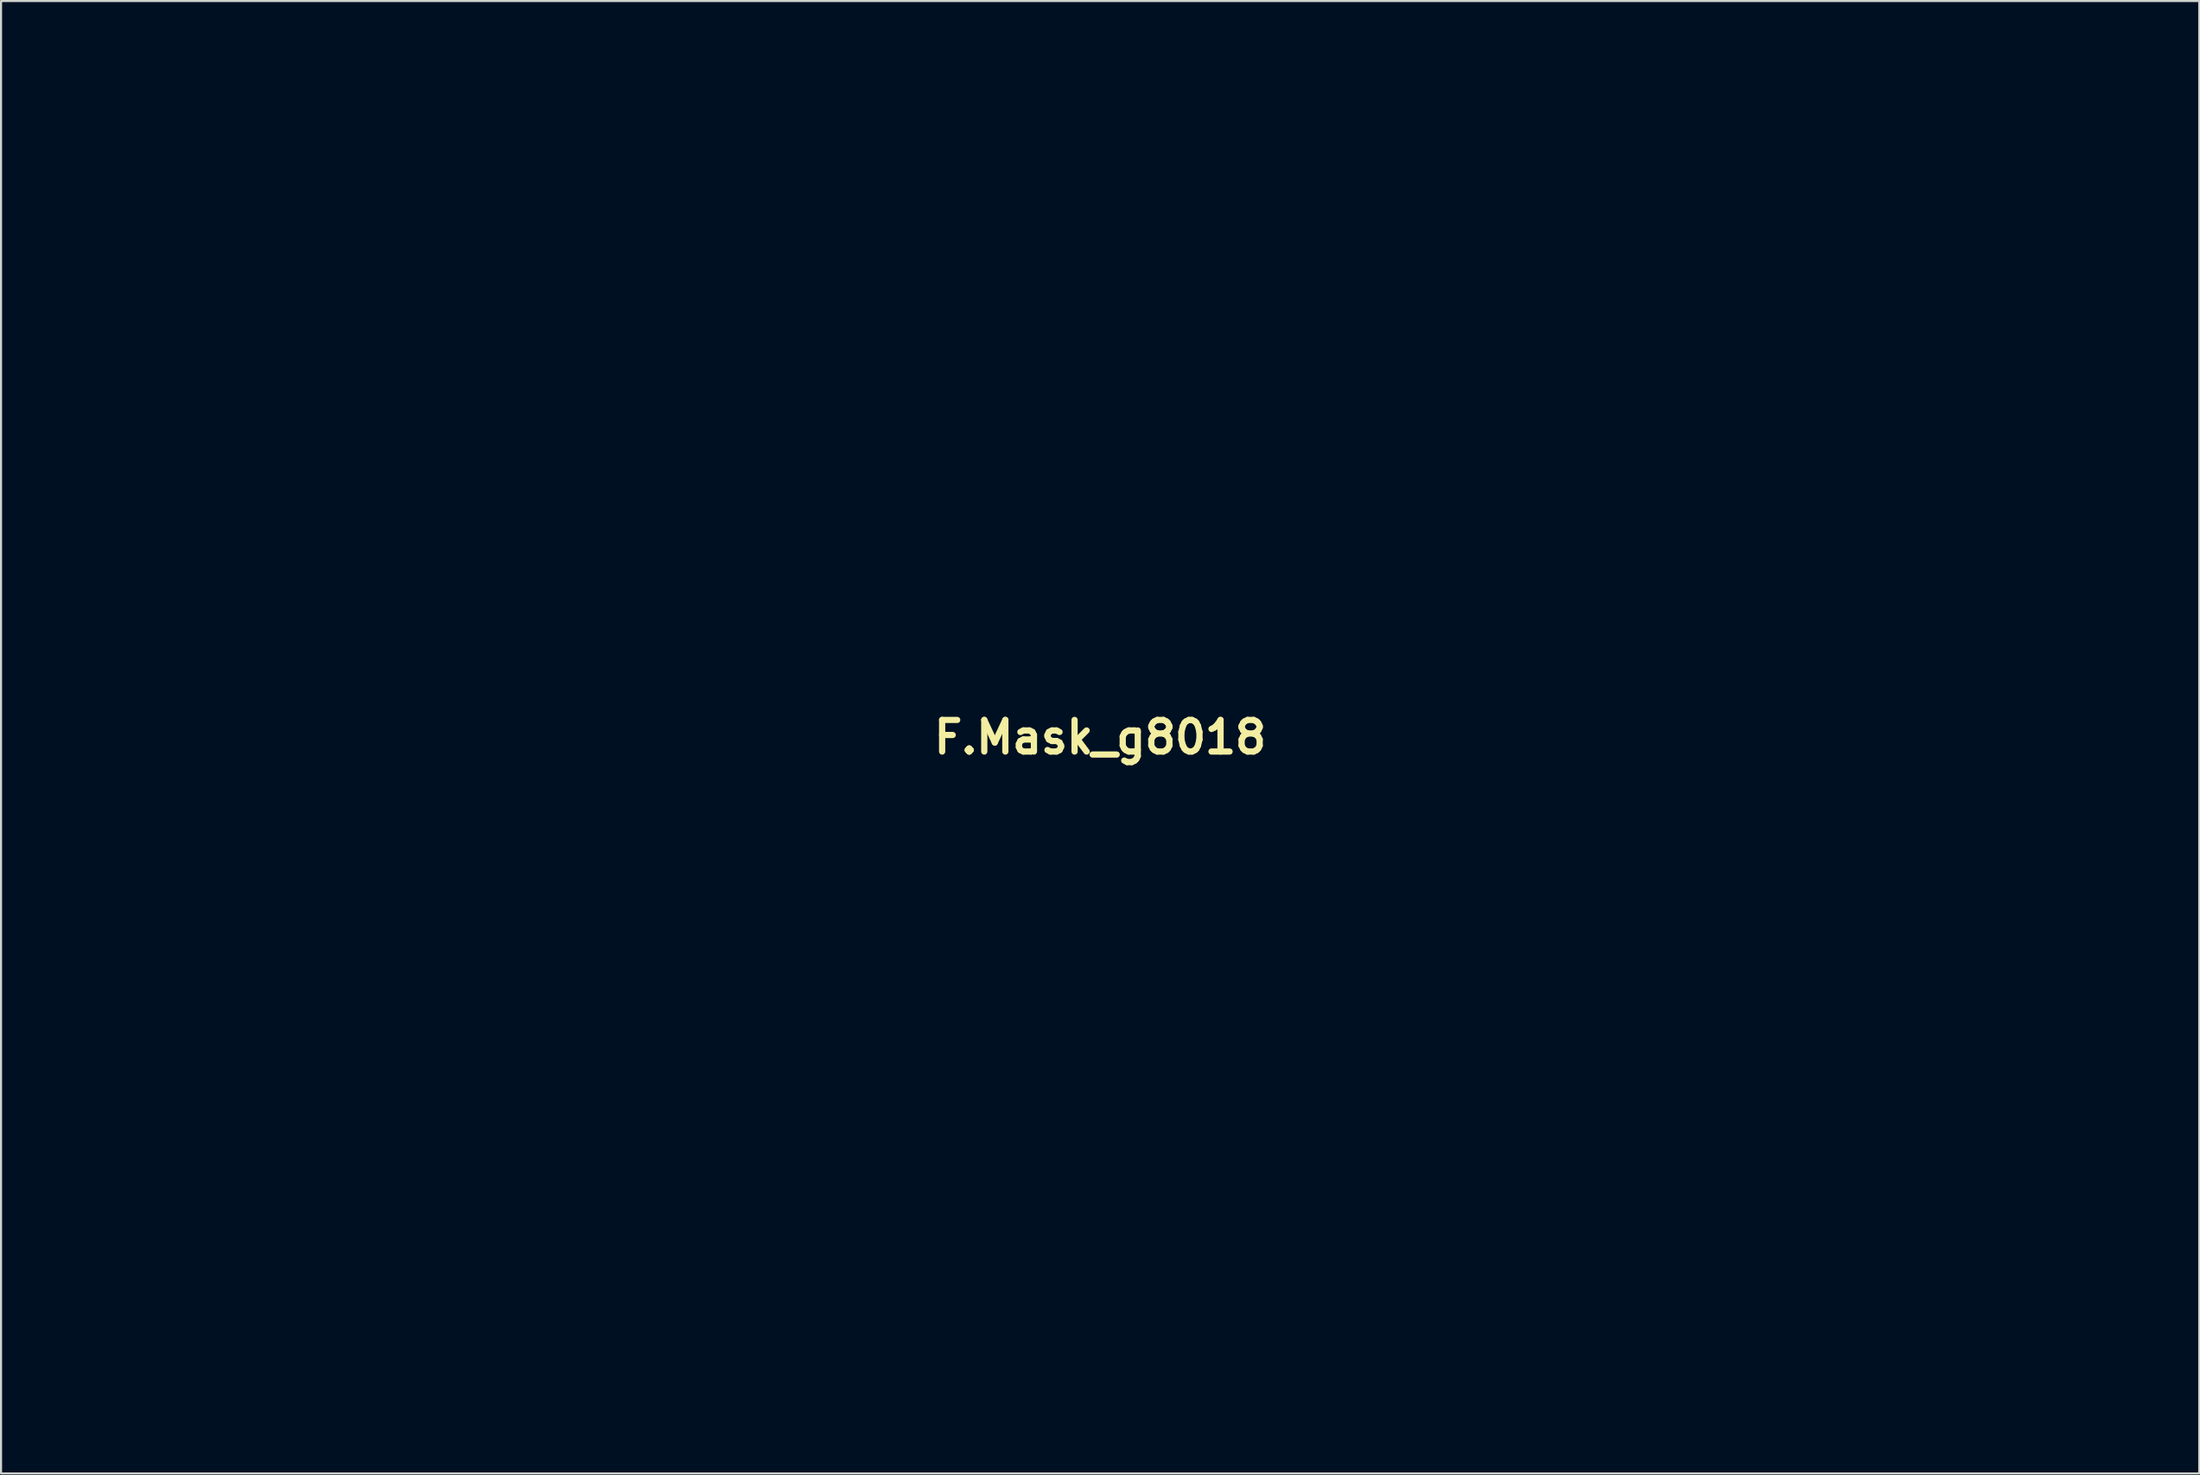
<source format=kicad_pcb>
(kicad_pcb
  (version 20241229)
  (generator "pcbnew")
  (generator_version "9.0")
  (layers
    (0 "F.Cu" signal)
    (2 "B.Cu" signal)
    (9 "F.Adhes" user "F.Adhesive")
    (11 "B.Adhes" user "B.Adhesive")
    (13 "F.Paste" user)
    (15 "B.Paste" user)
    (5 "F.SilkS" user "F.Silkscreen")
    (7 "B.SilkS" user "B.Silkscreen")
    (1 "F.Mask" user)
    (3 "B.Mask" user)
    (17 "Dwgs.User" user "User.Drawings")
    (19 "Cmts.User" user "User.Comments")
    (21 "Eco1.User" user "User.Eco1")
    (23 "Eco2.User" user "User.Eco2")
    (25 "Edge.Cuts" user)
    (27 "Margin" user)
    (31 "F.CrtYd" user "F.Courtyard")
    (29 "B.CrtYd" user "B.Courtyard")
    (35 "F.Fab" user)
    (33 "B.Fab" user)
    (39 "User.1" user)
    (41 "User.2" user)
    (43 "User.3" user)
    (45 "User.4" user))
  (footprint "F.Mask_g8018"
    (layer "F.Cu")
    (at 50.005 32.504)
    (property "Reference" "F.Mask_g8018" (at 0 0 0) (layer "F.SilkS") (effects (font (size 1.524 1.524) (thickness 0.3))))
    (attr through_hole)
    (fp_poly (pts (xy -0.815 27.753) (xy -0.81 27.77) (xy -0.826 27.785) (xy -0.844 27.793) (xy -0.85 27.783) (xy -0.851 27.769) (xy -0.846 27.742) (xy -0.831 27.739) (xy -0.815 27.753)) (stroke (width 0.01) (type solid)) (fill yes) (layer "F.Mask"))
    (fp_poly (pts (xy 19.455 -29.485) (xy 19.456 -29.477) (xy 19.445 -29.468) (xy 19.421 -29.465) (xy 19.399 -29.466) (xy 19.4 -29.471) (xy 19.412 -29.477) (xy 19.442 -29.487) (xy 19.455 -29.485)) (stroke (width 0.01) (type solid)) (fill yes) (layer "F.Mask"))
    (fp_poly (pts (xy 19.888 -28.398) (xy 19.897 -28.389) (xy 19.898 -28.388) (xy 19.907 -28.37) (xy 19.896 -28.36) (xy 19.886 -28.357) (xy 19.86 -28.353) (xy 19.816 -28.35) (xy 19.764 -28.348) (xy 19.748 -28.348) (xy 19.641 -28.348) (xy 19.761 -28.379) (xy 19.817 -28.393) (xy 19.853 -28.401) (xy 19.875 -28.402) (xy 19.888 -28.398)) (stroke (width 0.01) (type solid)) (fill yes) (layer "F.Mask"))
    (fp_poly (pts (xy -3.245 28.794) (xy -3.157 28.811) (xy -3.085 28.846) (xy -3.027 28.901) (xy -2.982 28.977) (xy -2.961 29.031) (xy -2.938 29.125) (xy -2.937 29.211) (xy -2.957 29.296) (xy -2.96 29.306) (xy -2.998 29.374) (xy -3.053 29.424) (xy -3.127 29.457) (xy -3.151 29.463) (xy -3.201 29.472) (xy -3.243 29.475) (xy -3.289 29.47) (xy -3.326 29.463) (xy -3.408 29.435) (xy -3.476 29.388) (xy -3.529 29.326) (xy -3.564 29.252) (xy -3.58 29.169) (xy -3.58 29.155) (xy -3.302 29.155) (xy -3.296 29.203) (xy -3.282 29.239) (xy -3.262 29.259) (xy -3.239 29.262) (xy -3.218 29.243) (xy -3.214 29.236) (xy -3.203 29.203) (xy -3.2 29.16) (xy -3.204 29.114) (xy -3.213 29.071) (xy -3.226 29.039) (xy -3.242 29.023) (xy -3.249 29.022) (xy -3.274 29.039) (xy -3.292 29.077) (xy -3.301 29.131) (xy -3.302 29.155) (xy -3.58 29.155) (xy -3.577 29.081) (xy -3.551 28.99) (xy -3.546 28.978) (xy -3.5 28.898) (xy -3.441 28.841) (xy -3.371 28.806) (xy -3.288 28.793) (xy -3.245 28.794)) (stroke (width 0.01) (type solid)) (fill yes) (layer "F.Mask"))
    (fp_poly (pts (xy 21.355 -29.397) (xy 21.415 -29.393) (xy 21.461 -29.384) (xy 21.498 -29.37) (xy 21.528 -29.345) (xy 21.558 -29.308) (xy 21.589 -29.254) (xy 21.626 -29.18) (xy 21.631 -29.172) (xy 21.656 -29.119) (xy 21.688 -29.052) (xy 21.724 -28.975) (xy 21.763 -28.89) (xy 21.803 -28.801) (xy 21.844 -28.712) (xy 21.882 -28.627) (xy 21.917 -28.548) (xy 21.947 -28.48) (xy 21.97 -28.425) (xy 21.985 -28.388) (xy 21.989 -28.375) (xy 21.993 -28.362) (xy 21.989 -28.354) (xy 21.975 -28.349) (xy 21.946 -28.347) (xy 21.898 -28.347) (xy 21.873 -28.347) (xy 21.817 -28.348) (xy 21.769 -28.352) (xy 21.736 -28.357) (xy 21.726 -28.36) (xy 21.71 -28.377) (xy 21.688 -28.411) (xy 21.663 -28.455) (xy 21.655 -28.471) (xy 21.625 -28.531) (xy 21.591 -28.604) (xy 21.552 -28.686) (xy 21.511 -28.776) (xy 21.469 -28.869) (xy 21.427 -28.963) (xy 21.386 -29.056) (xy 21.348 -29.142) (xy 21.314 -29.221) (xy 21.286 -29.288) (xy 21.264 -29.341) (xy 21.251 -29.376) (xy 21.247 -29.391) (xy 21.26 -29.397) (xy 21.297 -29.4) (xy 21.355 -29.397)) (stroke (width 0.01) (type solid)) (fill yes) (layer "F.Mask"))
    (fp_poly (pts (xy -2.551 28.785) (xy -2.504 28.787) (xy -2.469 28.793) (xy -2.44 28.801) (xy -2.41 28.815) (xy -2.407 28.816) (xy -2.338 28.863) (xy -2.291 28.92) (xy -2.266 28.988) (xy -2.264 29.006) (xy -2.266 29.079) (xy -2.289 29.139) (xy -2.334 29.186) (xy -2.401 29.222) (xy -2.471 29.242) (xy -2.568 29.264) (xy -2.562 29.316) (xy -2.562 29.377) (xy -2.578 29.42) (xy -2.611 29.448) (xy -2.665 29.462) (xy -2.713 29.464) (xy -2.759 29.461) (xy -2.789 29.452) (xy -2.811 29.435) (xy -2.834 29.397) (xy -2.852 29.337) (xy -2.863 29.256) (xy -2.869 29.156) (xy -2.868 29.05) (xy -2.866 29.02) (xy -2.6 29.02) (xy -2.597 29.056) (xy -2.597 29.059) (xy -2.588 29.098) (xy -2.551 29.063) (xy -2.528 29.033) (xy -2.515 29.004) (xy -2.515 28.999) (xy -2.526 28.97) (xy -2.552 28.949) (xy -2.576 28.943) (xy -2.588 28.955) (xy -2.597 28.983) (xy -2.6 29.02) (xy -2.866 29.02) (xy -2.864 28.961) (xy -2.855 28.895) (xy -2.84 28.847) (xy -2.814 28.816) (xy -2.775 28.797) (xy -2.721 28.788) (xy -2.647 28.785) (xy -2.617 28.785) (xy -2.551 28.785)) (stroke (width 0.01) (type solid)) (fill yes) (layer "F.Mask"))
    (fp_poly (pts (xy -4.997 -29.809) (xy -4.976 -29.78) (xy -4.946 -29.735) (xy -4.908 -29.677) (xy -4.864 -29.609) (xy -4.815 -29.533) (xy -4.764 -29.453) (xy -4.712 -29.371) (xy -4.661 -29.291) (xy -4.612 -29.214) (xy -4.568 -29.144) (xy -4.531 -29.083) (xy -4.502 -29.035) (xy -4.498 -29.029) (xy -4.431 -28.915) (xy -4.505 -28.818) (xy -4.547 -28.764) (xy -4.597 -28.702) (xy -4.658 -28.628) (xy -4.731 -28.543) (xy -4.817 -28.443) (xy -4.917 -28.327) (xy -4.989 -28.245) (xy -5.056 -28.168) (xy -5.108 -28.109) (xy -5.147 -28.065) (xy -5.174 -28.035) (xy -5.192 -28.017) (xy -5.202 -28.01) (xy -5.206 -28.012) (xy -5.206 -28.021) (xy -5.204 -28.036) (xy -5.202 -28.048) (xy -5.198 -28.076) (xy -5.192 -28.126) (xy -5.184 -28.196) (xy -5.174 -28.283) (xy -5.163 -28.384) (xy -5.151 -28.496) (xy -5.137 -28.617) (xy -5.123 -28.744) (xy -5.109 -28.873) (xy -5.095 -29.003) (xy -5.082 -29.129) (xy -5.069 -29.251) (xy -5.056 -29.364) (xy -5.046 -29.466) (xy -5.036 -29.555) (xy -5.029 -29.626) (xy -5.024 -29.679) (xy -5.021 -29.708) (xy -5.017 -29.758) (xy -5.012 -29.796) (xy -5.007 -29.817) (xy -5.005 -29.819) (xy -4.997 -29.809)) (stroke (width 0.01) (type solid)) (fill yes) (layer "F.Mask"))
    (fp_poly (pts (xy -0.57 29.878) (xy -0.478 29.905) (xy -0.395 29.949) (xy -0.334 30.001) (xy -0.295 30.055) (xy -0.261 30.127) (xy -0.232 30.207) (xy -0.213 30.289) (xy -0.206 30.362) (xy -0.207 30.385) (xy -0.224 30.489) (xy -0.255 30.573) (xy -0.301 30.64) (xy -0.364 30.691) (xy -0.405 30.713) (xy -0.459 30.729) (xy -0.529 30.74) (xy -0.605 30.744) (xy -0.678 30.741) (xy -0.737 30.73) (xy -0.834 30.691) (xy -0.914 30.634) (xy -0.975 30.562) (xy -1.017 30.477) (xy -1.038 30.381) (xy -1.038 30.375) (xy -0.685 30.375) (xy -0.68 30.411) (xy -0.668 30.435) (xy -0.641 30.46) (xy -0.61 30.469) (xy -0.581 30.461) (xy -0.564 30.439) (xy -0.557 30.4) (xy -0.555 30.346) (xy -0.558 30.288) (xy -0.564 30.236) (xy -0.571 30.209) (xy -0.589 30.174) (xy -0.609 30.162) (xy -0.631 30.17) (xy -0.651 30.197) (xy -0.668 30.241) (xy -0.68 30.298) (xy -0.683 30.323) (xy -0.685 30.375) (xy -1.038 30.375) (xy -1.037 30.276) (xy -1.022 30.194) (xy -0.986 30.095) (xy -0.935 30.011) (xy -0.871 29.945) (xy -0.796 29.898) (xy -0.754 29.883) (xy -0.664 29.87) (xy -0.57 29.878)) (stroke (width 0.01) (type solid)) (fill yes) (layer "F.Mask"))
    (fp_poly (pts (xy 0.432 28.811) (xy 0.505 28.847) (xy 0.546 28.878) (xy 0.574 28.91) (xy 0.597 28.949) (xy 0.618 29.002) (xy 0.627 29.03) (xy 0.646 29.093) (xy 0.656 29.141) (xy 0.658 29.182) (xy 0.653 29.224) (xy 0.64 29.275) (xy 0.639 29.277) (xy 0.608 29.352) (xy 0.56 29.408) (xy 0.494 29.447) (xy 0.411 29.467) (xy 0.389 29.47) (xy 0.338 29.471) (xy 0.287 29.467) (xy 0.271 29.464) (xy 0.184 29.435) (xy 0.11 29.387) (xy 0.055 29.323) (xy 0.03 29.277) (xy 0.018 29.231) (xy 0.014 29.171) (xy 0.014 29.149) (xy 0.287 29.149) (xy 0.288 29.193) (xy 0.296 29.228) (xy 0.303 29.24) (xy 0.329 29.257) (xy 0.357 29.259) (xy 0.376 29.246) (xy 0.382 29.222) (xy 0.384 29.182) (xy 0.383 29.135) (xy 0.379 29.09) (xy 0.373 29.056) (xy 0.369 29.046) (xy 0.351 29.025) (xy 0.338 29.02) (xy 0.319 29.031) (xy 0.303 29.061) (xy 0.292 29.103) (xy 0.287 29.149) (xy 0.014 29.149) (xy 0.015 29.104) (xy 0.023 29.042) (xy 0.032 29.004) (xy 0.063 28.941) (xy 0.109 28.882) (xy 0.162 28.835) (xy 0.196 28.815) (xy 0.27 28.794) (xy 0.351 28.793) (xy 0.432 28.811)) (stroke (width 0.01) (type solid)) (fill yes) (layer "F.Mask"))
    (fp_poly (pts (xy -1.81 28.791) (xy -1.781 28.806) (xy -1.768 28.829) (xy -1.771 28.861) (xy -1.79 28.89) (xy -1.826 28.914) (xy -1.872 28.928) (xy -1.898 28.931) (xy -1.92 28.934) (xy -1.929 28.95) (xy -1.93 28.973) (xy -1.928 29.007) (xy -1.918 29.022) (xy -1.894 29.022) (xy -1.869 29.016) (xy -1.817 29.011) (xy -1.776 29.024) (xy -1.749 29.053) (xy -1.742 29.078) (xy -1.75 29.118) (xy -1.778 29.15) (xy -1.821 29.168) (xy -1.855 29.172) (xy -1.887 29.175) (xy -1.904 29.186) (xy -1.91 29.204) (xy -1.914 29.237) (xy -1.9 29.255) (xy -1.867 29.261) (xy -1.86 29.261) (xy -1.819 29.269) (xy -1.785 29.291) (xy -1.767 29.321) (xy -1.765 29.332) (xy -1.775 29.357) (xy -1.802 29.389) (xy -1.838 29.421) (xy -1.877 29.447) (xy -1.912 29.463) (xy -1.984 29.475) (xy -2.055 29.473) (xy -2.114 29.458) (xy -2.12 29.454) (xy -2.16 29.429) (xy -2.187 29.398) (xy -2.206 29.355) (xy -2.218 29.294) (xy -2.222 29.257) (xy -2.227 29.183) (xy -2.226 29.103) (xy -2.221 29.022) (xy -2.212 28.949) (xy -2.199 28.889) (xy -2.187 28.854) (xy -2.165 28.81) (xy -2.019 28.794) (xy -1.928 28.785) (xy -1.858 28.784) (xy -1.81 28.791)) (stroke (width 0.01) (type solid)) (fill yes) (layer "F.Mask"))
    (fp_poly (pts (xy 1.298 28.794) (xy 1.345 28.825) (xy 1.367 28.849) (xy 1.382 28.871) (xy 1.392 28.89) (xy 1.396 28.915) (xy 1.397 28.95) (xy 1.394 29.003) (xy 1.393 29.017) (xy 1.384 29.105) (xy 1.367 29.191) (xy 1.344 29.271) (xy 1.318 29.338) (xy 1.289 29.386) (xy 1.287 29.388) (xy 1.231 29.435) (xy 1.16 29.465) (xy 1.079 29.478) (xy 0.99 29.472) (xy 0.917 29.453) (xy 0.846 29.42) (xy 0.793 29.376) (xy 0.758 29.318) (xy 0.738 29.242) (xy 0.732 29.153) (xy 0.736 29.046) (xy 0.749 28.959) (xy 0.77 28.892) (xy 0.8 28.848) (xy 0.8 28.848) (xy 0.842 28.821) (xy 0.889 28.808) (xy 0.937 28.809) (xy 0.979 28.823) (xy 1.009 28.848) (xy 1.019 28.872) (xy 1.019 28.898) (xy 1.016 28.941) (xy 1.009 28.996) (xy 1.003 29.033) (xy 0.991 29.106) (xy 0.988 29.159) (xy 0.992 29.193) (xy 1.006 29.213) (xy 1.03 29.221) (xy 1.049 29.223) (xy 1.074 29.218) (xy 1.092 29.201) (xy 1.104 29.17) (xy 1.113 29.119) (xy 1.118 29.053) (xy 1.126 28.967) (xy 1.135 28.902) (xy 1.147 28.855) (xy 1.164 28.823) (xy 1.186 28.802) (xy 1.196 28.796) (xy 1.246 28.783) (xy 1.298 28.794)) (stroke (width 0.01) (type solid)) (fill yes) (layer "F.Mask"))
    (fp_poly (pts (xy 3.232 28.791) (xy 3.261 28.806) (xy 3.274 28.829) (xy 3.271 28.861) (xy 3.252 28.89) (xy 3.216 28.914) (xy 3.17 28.928) (xy 3.144 28.931) (xy 3.122 28.934) (xy 3.113 28.95) (xy 3.111 28.973) (xy 3.113 29.007) (xy 3.123 29.022) (xy 3.148 29.022) (xy 3.173 29.016) (xy 3.225 29.011) (xy 3.266 29.024) (xy 3.293 29.053) (xy 3.3 29.078) (xy 3.292 29.118) (xy 3.264 29.15) (xy 3.221 29.168) (xy 3.187 29.172) (xy 3.155 29.175) (xy 3.138 29.186) (xy 3.132 29.204) (xy 3.128 29.237) (xy 3.142 29.255) (xy 3.175 29.261) (xy 3.182 29.261) (xy 3.223 29.269) (xy 3.257 29.291) (xy 3.275 29.321) (xy 3.277 29.332) (xy 3.266 29.357) (xy 3.24 29.389) (xy 3.204 29.421) (xy 3.165 29.447) (xy 3.13 29.463) (xy 3.058 29.475) (xy 2.987 29.473) (xy 2.928 29.458) (xy 2.922 29.454) (xy 2.882 29.429) (xy 2.855 29.398) (xy 2.836 29.355) (xy 2.824 29.294) (xy 2.82 29.257) (xy 2.815 29.183) (xy 2.816 29.103) (xy 2.821 29.022) (xy 2.83 28.949) (xy 2.843 28.889) (xy 2.855 28.854) (xy 2.877 28.81) (xy 3.023 28.794) (xy 3.114 28.785) (xy 3.183 28.784) (xy 3.232 28.791)) (stroke (width 0.01) (type solid)) (fill yes) (layer "F.Mask"))
    (fp_poly (pts (xy 2.553 28.788) (xy 2.625 28.817) (xy 2.682 28.864) (xy 2.683 28.866) (xy 2.71 28.912) (xy 2.716 28.96) (xy 2.705 29.003) (xy 2.678 29.037) (xy 2.637 29.056) (xy 2.616 29.058) (xy 2.572 29.051) (xy 2.529 29.035) (xy 2.496 29.012) (xy 2.482 28.993) (xy 2.473 28.973) (xy 2.463 28.979) (xy 2.455 29.009) (xy 2.448 29.062) (xy 2.444 29.103) (xy 2.441 29.162) (xy 2.44 29.201) (xy 2.444 29.225) (xy 2.451 29.241) (xy 2.455 29.245) (xy 2.468 29.254) (xy 2.483 29.255) (xy 2.506 29.245) (xy 2.543 29.223) (xy 2.553 29.217) (xy 2.598 29.191) (xy 2.63 29.178) (xy 2.657 29.175) (xy 2.674 29.178) (xy 2.71 29.192) (xy 2.732 29.212) (xy 2.74 29.248) (xy 2.739 29.296) (xy 2.729 29.345) (xy 2.712 29.382) (xy 2.676 29.417) (xy 2.622 29.444) (xy 2.555 29.462) (xy 2.483 29.469) (xy 2.41 29.465) (xy 2.4 29.463) (xy 2.325 29.435) (xy 2.26 29.387) (xy 2.21 29.318) (xy 2.207 29.313) (xy 2.188 29.271) (xy 2.177 29.233) (xy 2.172 29.187) (xy 2.172 29.147) (xy 2.179 29.036) (xy 2.203 28.945) (xy 2.242 28.874) (xy 2.297 28.822) (xy 2.368 28.791) (xy 2.454 28.779) (xy 2.464 28.779) (xy 2.553 28.788)) (stroke (width 0.01) (type solid)) (fill yes) (layer "F.Mask"))
    (fp_poly (pts (xy 1.544 29.868) (xy 1.602 29.898) (xy 1.635 29.927) (xy 1.689 29.981) (xy 1.689 30.109) (xy 1.682 30.239) (xy 1.663 30.363) (xy 1.633 30.477) (xy 1.592 30.575) (xy 1.565 30.622) (xy 1.51 30.684) (xy 1.438 30.727) (xy 1.35 30.75) (xy 1.246 30.755) (xy 1.156 30.745) (xy 1.057 30.718) (xy 0.975 30.675) (xy 0.911 30.615) (xy 0.867 30.539) (xy 0.855 30.506) (xy 0.846 30.456) (xy 0.841 30.388) (xy 0.84 30.31) (xy 0.843 30.228) (xy 0.85 30.149) (xy 0.859 30.081) (xy 0.869 30.04) (xy 0.899 29.978) (xy 0.943 29.931) (xy 0.998 29.899) (xy 1.057 29.886) (xy 1.116 29.893) (xy 1.171 29.921) (xy 1.172 29.921) (xy 1.193 29.942) (xy 1.206 29.967) (xy 1.211 30.001) (xy 1.209 30.048) (xy 1.199 30.114) (xy 1.194 30.144) (xy 1.178 30.238) (xy 1.17 30.31) (xy 1.169 30.362) (xy 1.176 30.396) (xy 1.191 30.415) (xy 1.193 30.416) (xy 1.239 30.43) (xy 1.278 30.42) (xy 1.306 30.391) (xy 1.318 30.366) (xy 1.326 30.332) (xy 1.332 30.283) (xy 1.336 30.214) (xy 1.337 30.197) (xy 1.344 30.093) (xy 1.357 30.012) (xy 1.375 29.951) (xy 1.4 29.907) (xy 1.431 29.88) (xy 1.432 29.879) (xy 1.487 29.861) (xy 1.544 29.868)) (stroke (width 0.01) (type solid)) (fill yes) (layer "F.Mask"))
    (fp_poly (pts (xy 2.278 29.874) (xy 2.367 29.888) (xy 2.445 29.911) (xy 2.507 29.94) (xy 2.527 29.954) (xy 2.553 29.982) (xy 2.564 30.013) (xy 2.565 30.041) (xy 2.562 30.084) (xy 2.549 30.113) (xy 2.523 30.133) (xy 2.479 30.148) (xy 2.433 30.157) (xy 2.385 30.166) (xy 2.348 30.174) (xy 2.328 30.18) (xy 2.326 30.181) (xy 2.325 30.196) (xy 2.328 30.231) (xy 2.333 30.281) (xy 2.34 30.341) (xy 2.342 30.356) (xy 2.353 30.465) (xy 2.353 30.552) (xy 2.343 30.622) (xy 2.321 30.677) (xy 2.288 30.719) (xy 2.274 30.73) (xy 2.245 30.742) (xy 2.2 30.746) (xy 2.148 30.744) (xy 2.1 30.735) (xy 2.071 30.724) (xy 2.036 30.703) (xy 2.01 30.676) (xy 1.994 30.64) (xy 1.985 30.59) (xy 1.981 30.522) (xy 1.98 30.464) (xy 1.981 30.383) (xy 1.984 30.32) (xy 1.988 30.269) (xy 1.995 30.222) (xy 2.001 30.191) (xy 2.001 30.17) (xy 1.985 30.163) (xy 1.974 30.163) (xy 1.942 30.159) (xy 1.899 30.152) (xy 1.885 30.148) (xy 1.833 30.126) (xy 1.794 30.092) (xy 1.771 30.05) (xy 1.765 30.007) (xy 1.78 29.966) (xy 1.794 29.949) (xy 1.844 29.917) (xy 1.913 29.893) (xy 1.995 29.877) (xy 2.087 29.868) (xy 2.183 29.867) (xy 2.278 29.874)) (stroke (width 0.01) (type solid)) (fill yes) (layer "F.Mask"))
    (fp_poly (pts (xy -2.38 29.873) (xy -2.313 29.879) (xy -2.26 29.891) (xy -2.209 29.911) (xy -2.204 29.914) (xy -2.136 29.953) (xy -2.084 29.999) (xy -2.043 30.058) (xy -2.008 30.136) (xy -2.007 30.137) (xy -1.973 30.247) (xy -1.959 30.347) (xy -1.964 30.441) (xy -1.974 30.487) (xy -2.008 30.575) (xy -2.056 30.644) (xy -2.119 30.694) (xy -2.2 30.726) (xy -2.298 30.741) (xy -2.323 30.742) (xy -2.38 30.742) (xy -2.433 30.74) (xy -2.473 30.735) (xy -2.48 30.734) (xy -2.573 30.698) (xy -2.655 30.641) (xy -2.722 30.567) (xy -2.757 30.508) (xy -2.773 30.469) (xy -2.782 30.426) (xy -2.786 30.371) (xy -2.787 30.342) (xy -2.435 30.342) (xy -2.434 30.362) (xy -2.426 30.417) (xy -2.409 30.45) (xy -2.381 30.465) (xy -2.361 30.467) (xy -2.337 30.464) (xy -2.323 30.45) (xy -2.312 30.419) (xy -2.311 30.414) (xy -2.303 30.35) (xy -2.308 30.276) (xy -2.325 30.203) (xy -2.326 30.201) (xy -2.343 30.172) (xy -2.362 30.164) (xy -2.383 30.175) (xy -2.403 30.201) (xy -2.42 30.24) (xy -2.431 30.288) (xy -2.435 30.342) (xy -2.787 30.342) (xy -2.787 30.34) (xy -2.778 30.223) (xy -2.75 30.119) (xy -2.703 30.031) (xy -2.638 29.959) (xy -2.565 29.911) (xy -2.522 29.889) (xy -2.488 29.877) (xy -2.455 29.872) (xy -2.411 29.872) (xy -2.38 29.873)) (stroke (width 0.01) (type solid)) (fill yes) (layer "F.Mask"))
    (fp_poly (pts (xy -0.261 28.781) (xy -0.209 28.793) (xy -0.167 28.814) (xy -0.13 28.845) (xy -0.1 28.878) (xy -0.091 28.905) (xy -0.103 28.931) (xy -0.126 28.957) (xy -0.165 28.985) (xy -0.204 28.994) (xy -0.236 28.982) (xy -0.244 28.975) (xy -0.272 28.943) (xy -0.29 28.927) (xy -0.304 28.924) (xy -0.311 28.926) (xy -0.332 28.946) (xy -0.338 28.976) (xy -0.336 28.985) (xy -0.323 28.998) (xy -0.293 29.02) (xy -0.252 29.047) (xy -0.233 29.058) (xy -0.165 29.101) (xy -0.116 29.139) (xy -0.085 29.177) (xy -0.069 29.217) (xy -0.064 29.263) (xy -0.064 29.269) (xy -0.065 29.313) (xy -0.073 29.342) (xy -0.092 29.367) (xy -0.105 29.381) (xy -0.155 29.418) (xy -0.22 29.448) (xy -0.29 29.469) (xy -0.353 29.476) (xy -0.403 29.471) (xy -0.458 29.461) (xy -0.476 29.456) (xy -0.535 29.431) (xy -0.578 29.396) (xy -0.603 29.355) (xy -0.607 29.321) (xy -0.598 29.286) (xy -0.577 29.268) (xy -0.542 29.266) (xy -0.49 29.28) (xy -0.442 29.294) (xy -0.411 29.296) (xy -0.397 29.291) (xy -0.376 29.273) (xy -0.377 29.255) (xy -0.399 29.235) (xy -0.434 29.216) (xy -0.512 29.169) (xy -0.566 29.118) (xy -0.598 29.061) (xy -0.61 28.995) (xy -0.61 28.99) (xy -0.598 28.927) (xy -0.565 28.873) (xy -0.507 28.827) (xy -0.484 28.814) (xy -0.437 28.792) (xy -0.393 28.782) (xy -0.338 28.778) (xy -0.33 28.778) (xy -0.261 28.781)) (stroke (width 0.01) (type solid)) (fill yes) (layer "F.Mask"))
    (fp_poly (pts (xy -5.874 -30.148) (xy -5.807 -30.147) (xy -5.73 -30.144) (xy -5.71 -30.144) (xy -5.45 -30.134) (xy -5.457 -30.069) (xy -5.459 -30.045) (xy -5.465 -29.999) (xy -5.473 -29.932) (xy -5.484 -29.846) (xy -5.496 -29.744) (xy -5.51 -29.629) (xy -5.526 -29.501) (xy -5.543 -29.364) (xy -5.56 -29.221) (xy -5.57 -29.146) (xy -5.589 -28.992) (xy -5.608 -28.838) (xy -5.626 -28.686) (xy -5.644 -28.541) (xy -5.661 -28.405) (xy -5.676 -28.281) (xy -5.689 -28.173) (xy -5.7 -28.083) (xy -5.709 -28.014) (xy -5.71 -28.002) (xy -5.744 -27.715) (xy -5.897 -27.707) (xy -5.996 -27.702) (xy -6.087 -27.7) (xy -6.168 -27.699) (xy -6.233 -27.701) (xy -6.281 -27.704) (xy -6.308 -27.709) (xy -6.31 -27.71) (xy -6.321 -27.73) (xy -6.32 -27.745) (xy -6.316 -27.765) (xy -6.309 -27.807) (xy -6.3 -27.869) (xy -6.289 -27.947) (xy -6.276 -28.038) (xy -6.262 -28.14) (xy -6.247 -28.249) (xy -6.231 -28.362) (xy -6.216 -28.477) (xy -6.201 -28.59) (xy -6.187 -28.699) (xy -6.174 -28.8) (xy -6.163 -28.891) (xy -6.16 -28.916) (xy -6.149 -29.007) (xy -6.135 -29.11) (xy -6.121 -29.221) (xy -6.105 -29.337) (xy -6.089 -29.455) (xy -6.073 -29.573) (xy -6.057 -29.686) (xy -6.042 -29.791) (xy -6.028 -29.886) (xy -6.016 -29.966) (xy -6.006 -30.03) (xy -5.999 -30.073) (xy -5.996 -30.086) (xy -5.987 -30.12) (xy -5.979 -30.143) (xy -5.977 -30.146) (xy -5.963 -30.148) (xy -5.927 -30.148) (xy -5.874 -30.148)) (stroke (width 0.01) (type solid)) (fill yes) (layer "F.Mask"))
    (fp_poly (pts (xy -1.412 29.856) (xy -1.326 29.882) (xy -1.264 29.915) (xy -1.209 29.959) (xy -1.175 30.007) (xy -1.159 30.064) (xy -1.159 30.068) (xy -1.157 30.104) (xy -1.164 30.129) (xy -1.185 30.156) (xy -1.197 30.169) (xy -1.23 30.197) (xy -1.26 30.21) (xy -1.298 30.213) (xy -1.357 30.205) (xy -1.41 30.181) (xy -1.449 30.147) (xy -1.459 30.131) (xy -1.474 30.107) (xy -1.487 30.105) (xy -1.496 30.126) (xy -1.501 30.172) (xy -1.504 30.241) (xy -1.505 30.293) (xy -1.505 30.361) (xy -1.504 30.408) (xy -1.501 30.438) (xy -1.497 30.454) (xy -1.489 30.462) (xy -1.479 30.465) (xy -1.477 30.465) (xy -1.452 30.46) (xy -1.414 30.443) (xy -1.368 30.417) (xy -1.368 30.417) (xy -1.302 30.382) (xy -1.248 30.367) (xy -1.201 30.371) (xy -1.162 30.393) (xy -1.144 30.41) (xy -1.134 30.427) (xy -1.131 30.454) (xy -1.132 30.496) (xy -1.132 30.504) (xy -1.143 30.577) (xy -1.168 30.632) (xy -1.211 30.674) (xy -1.267 30.706) (xy -1.324 30.724) (xy -1.395 30.737) (xy -1.471 30.744) (xy -1.541 30.742) (xy -1.598 30.733) (xy -1.599 30.733) (xy -1.66 30.705) (xy -1.722 30.662) (xy -1.775 30.611) (xy -1.792 30.591) (xy -1.833 30.515) (xy -1.857 30.424) (xy -1.867 30.326) (xy -1.861 30.225) (xy -1.841 30.127) (xy -1.806 30.037) (xy -1.759 29.961) (xy -1.732 29.931) (xy -1.666 29.886) (xy -1.588 29.858) (xy -1.501 29.848) (xy -1.412 29.856)) (stroke (width 0.01) (type solid)) (fill yes) (layer "F.Mask"))
    (fp_poly (pts (xy -15.277 -30.134) (xy -15.221 -30.133) (xy -15.181 -30.131) (xy -15.163 -30.128) (xy -15.162 -30.128) (xy -15.164 -30.114) (xy -15.173 -30.079) (xy -15.189 -30.024) (xy -15.211 -29.954) (xy -15.237 -29.869) (xy -15.268 -29.773) (xy -15.303 -29.669) (xy -15.322 -29.61) (xy -15.361 -29.493) (xy -15.407 -29.358) (xy -15.456 -29.208) (xy -15.509 -29.049) (xy -15.563 -28.885) (xy -15.617 -28.722) (xy -15.669 -28.564) (xy -15.716 -28.422) (xy -15.758 -28.296) (xy -15.797 -28.177) (xy -15.834 -28.067) (xy -15.867 -27.968) (xy -15.895 -27.883) (xy -15.919 -27.815) (xy -15.936 -27.764) (xy -15.947 -27.733) (xy -15.951 -27.725) (xy -15.966 -27.719) (xy -16.002 -27.714) (xy -16.053 -27.709) (xy -16.116 -27.705) (xy -16.187 -27.702) (xy -16.261 -27.7) (xy -16.333 -27.698) (xy -16.399 -27.698) (xy -16.455 -27.7) (xy -16.497 -27.702) (xy -16.52 -27.707) (xy -16.523 -27.709) (xy -16.519 -27.725) (xy -16.507 -27.761) (xy -16.489 -27.813) (xy -16.466 -27.88) (xy -16.44 -27.956) (xy -16.42 -28.013) (xy -16.393 -28.089) (xy -16.359 -28.185) (xy -16.32 -28.296) (xy -16.278 -28.417) (xy -16.233 -28.546) (xy -16.188 -28.676) (xy -16.144 -28.804) (xy -16.129 -28.848) (xy -16.068 -29.025) (xy -16.009 -29.194) (xy -15.954 -29.354) (xy -15.902 -29.503) (xy -15.854 -29.639) (xy -15.811 -29.76) (xy -15.774 -29.865) (xy -15.743 -29.951) (xy -15.719 -30.017) (xy -15.702 -30.061) (xy -15.7 -30.067) (xy -15.675 -30.131) (xy -15.423 -30.134) (xy -15.346 -30.135) (xy -15.277 -30.134)) (stroke (width 0.01) (type solid)) (fill yes) (layer "F.Mask"))
    (fp_poly (pts (xy -3.164 29.856) (xy -3.089 29.877) (xy -3.021 29.909) (xy -2.967 29.951) (xy -2.928 30.002) (xy -2.909 30.06) (xy -2.908 30.08) (xy -2.914 30.117) (xy -2.933 30.15) (xy -2.951 30.17) (xy -2.984 30.198) (xy -3.015 30.211) (xy -3.05 30.213) (xy -3.11 30.205) (xy -3.163 30.181) (xy -3.202 30.147) (xy -3.211 30.131) (xy -3.226 30.108) (xy -3.238 30.107) (xy -3.246 30.127) (xy -3.252 30.171) (xy -3.255 30.239) (xy -3.256 30.292) (xy -3.257 30.36) (xy -3.256 30.407) (xy -3.254 30.437) (xy -3.25 30.454) (xy -3.242 30.462) (xy -3.232 30.465) (xy -3.228 30.465) (xy -3.2 30.46) (xy -3.157 30.44) (xy -3.119 30.417) (xy -3.058 30.383) (xy -3.006 30.367) (xy -2.959 30.37) (xy -2.928 30.381) (xy -2.902 30.399) (xy -2.888 30.43) (xy -2.883 30.476) (xy -2.886 30.526) (xy -2.897 30.586) (xy -2.92 30.632) (xy -2.962 30.67) (xy -3.014 30.701) (xy -3.058 30.72) (xy -3.101 30.733) (xy -3.152 30.739) (xy -3.197 30.742) (xy -3.28 30.742) (xy -3.34 30.734) (xy -3.354 30.73) (xy -3.446 30.683) (xy -3.52 30.619) (xy -3.574 30.54) (xy -3.607 30.447) (xy -3.619 30.342) (xy -3.619 30.337) (xy -3.616 30.281) (xy -3.608 30.214) (xy -3.595 30.147) (xy -3.58 30.086) (xy -3.565 30.041) (xy -3.561 30.033) (xy -3.52 29.972) (xy -3.467 29.92) (xy -3.41 29.883) (xy -3.405 29.881) (xy -3.326 29.857) (xy -3.245 29.849) (xy -3.164 29.856)) (stroke (width 0.01) (type solid)) (fill yes) (layer "F.Mask"))
    (fp_poly (pts (xy -1.112 28.794) (xy -1.077 28.806) (xy -1.051 28.829) (xy -1.032 28.865) (xy -1.02 28.918) (xy -1.013 28.99) (xy -1.01 29.084) (xy -1.01 29.121) (xy -1.01 29.198) (xy -1.011 29.254) (xy -1.014 29.295) (xy -1.019 29.325) (xy -1.027 29.35) (xy -1.037 29.374) (xy -1.038 29.376) (xy -1.072 29.426) (xy -1.114 29.455) (xy -1.171 29.464) (xy -1.175 29.464) (xy -1.211 29.458) (xy -1.245 29.438) (xy -1.278 29.401) (xy -1.315 29.344) (xy -1.333 29.312) (xy -1.384 29.216) (xy -1.384 29.296) (xy -1.39 29.363) (xy -1.405 29.415) (xy -1.429 29.448) (xy -1.442 29.456) (xy -1.468 29.461) (xy -1.505 29.464) (xy -1.513 29.464) (xy -1.557 29.458) (xy -1.593 29.435) (xy -1.6 29.428) (xy -1.62 29.403) (xy -1.635 29.372) (xy -1.644 29.33) (xy -1.649 29.275) (xy -1.651 29.204) (xy -1.397 29.204) (xy -1.391 29.21) (xy -1.384 29.204) (xy -1.391 29.197) (xy -1.397 29.204) (xy -1.651 29.204) (xy -1.651 29.202) (xy -1.649 29.108) (xy -1.649 29.103) (xy -1.644 29.018) (xy -1.637 28.954) (xy -1.625 28.907) (xy -1.607 28.873) (xy -1.581 28.847) (xy -1.55 28.827) (xy -1.496 28.806) (xy -1.449 28.804) (xy -1.405 28.822) (xy -1.364 28.862) (xy -1.323 28.924) (xy -1.281 29.01) (xy -1.28 29.013) (xy -1.258 29.064) (xy -1.267 28.994) (xy -1.274 28.917) (xy -1.271 28.862) (xy -1.256 28.824) (xy -1.228 28.802) (xy -1.186 28.792) (xy -1.157 28.791) (xy -1.112 28.794)) (stroke (width 0.01) (type solid)) (fill yes) (layer "F.Mask"))
    (fp_poly (pts (xy 1.855 28.786) (xy 1.901 28.79) (xy 1.936 28.799) (xy 1.962 28.81) (xy 2.019 28.852) (xy 2.058 28.911) (xy 2.077 28.976) (xy 2.081 29.038) (xy 2.067 29.087) (xy 2.035 29.133) (xy 2.025 29.143) (xy 2 29.169) (xy 1.984 29.186) (xy 1.981 29.19) (xy 1.989 29.2) (xy 2.009 29.223) (xy 2.031 29.247) (xy 2.073 29.301) (xy 2.091 29.347) (xy 2.084 29.387) (xy 2.053 29.422) (xy 1.998 29.453) (xy 1.997 29.454) (xy 1.944 29.469) (xy 1.896 29.463) (xy 1.849 29.435) (xy 1.804 29.39) (xy 1.776 29.358) (xy 1.761 29.344) (xy 1.754 29.345) (xy 1.753 29.36) (xy 1.753 29.366) (xy 1.744 29.415) (xy 1.718 29.447) (xy 1.679 29.463) (xy 1.636 29.473) (xy 1.602 29.474) (xy 1.562 29.465) (xy 1.553 29.463) (xy 1.522 29.451) (xy 1.5 29.433) (xy 1.486 29.406) (xy 1.478 29.365) (xy 1.474 29.306) (xy 1.473 29.242) (xy 1.475 29.128) (xy 1.48 29.053) (xy 1.727 29.053) (xy 1.729 29.09) (xy 1.733 29.115) (xy 1.737 29.121) (xy 1.753 29.115) (xy 1.781 29.1) (xy 1.788 29.096) (xy 1.82 29.067) (xy 1.828 29.036) (xy 1.81 29.004) (xy 1.789 28.984) (xy 1.761 28.971) (xy 1.741 28.982) (xy 1.73 29.016) (xy 1.727 29.053) (xy 1.48 29.053) (xy 1.481 29.03) (xy 1.491 28.95) (xy 1.505 28.89) (xy 1.521 28.852) (xy 1.526 28.846) (xy 1.568 28.818) (xy 1.633 28.798) (xy 1.721 28.787) (xy 1.791 28.785) (xy 1.855 28.786)) (stroke (width 0.01) (type solid)) (fill yes) (layer "F.Mask"))
    (fp_poly (pts (xy 3.074 29.851) (xy 3.159 29.872) (xy 3.167 29.875) (xy 3.208 29.898) (xy 3.249 29.929) (xy 3.283 29.962) (xy 3.304 29.991) (xy 3.306 29.997) (xy 3.302 30.028) (xy 3.284 30.064) (xy 3.255 30.098) (xy 3.223 30.122) (xy 3.178 30.132) (xy 3.133 30.123) (xy 3.099 30.098) (xy 3.089 30.082) (xy 3.065 30.056) (xy 3.036 30.048) (xy 3.008 30.06) (xy 2.997 30.074) (xy 2.99 30.097) (xy 2.997 30.12) (xy 3.019 30.145) (xy 3.061 30.175) (xy 3.123 30.212) (xy 3.208 30.266) (xy 3.27 30.316) (xy 3.313 30.366) (xy 3.338 30.418) (xy 3.347 30.458) (xy 3.346 30.531) (xy 3.324 30.593) (xy 3.278 30.645) (xy 3.26 30.659) (xy 3.167 30.711) (xy 3.063 30.743) (xy 2.955 30.752) (xy 2.861 30.741) (xy 2.784 30.718) (xy 2.721 30.688) (xy 2.676 30.653) (xy 2.659 30.63) (xy 2.644 30.582) (xy 2.644 30.535) (xy 2.658 30.496) (xy 2.667 30.487) (xy 2.682 30.475) (xy 2.697 30.471) (xy 2.721 30.475) (xy 2.759 30.488) (xy 2.767 30.491) (xy 2.836 30.512) (xy 2.889 30.518) (xy 2.926 30.51) (xy 2.946 30.495) (xy 2.941 30.474) (xy 2.913 30.447) (xy 2.862 30.417) (xy 2.861 30.416) (xy 2.794 30.378) (xy 2.744 30.343) (xy 2.707 30.307) (xy 2.676 30.263) (xy 2.671 30.255) (xy 2.642 30.183) (xy 2.636 30.111) (xy 2.654 30.042) (xy 2.674 30.007) (xy 2.732 29.946) (xy 2.806 29.899) (xy 2.892 29.866) (xy 2.983 29.85) (xy 3.074 29.851)) (stroke (width 0.01) (type solid)) (fill yes) (layer "F.Mask"))
    (fp_poly (pts (xy 0.568 29.867) (xy 0.623 29.884) (xy 0.667 29.917) (xy 0.69 29.949) (xy 0.699 29.979) (xy 0.708 30.028) (xy 0.717 30.089) (xy 0.724 30.156) (xy 0.733 30.303) (xy 0.73 30.429) (xy 0.715 30.534) (xy 0.689 30.618) (xy 0.652 30.68) (xy 0.641 30.692) (xy 0.614 30.717) (xy 0.588 30.729) (xy 0.553 30.734) (xy 0.527 30.734) (xy 0.483 30.732) (xy 0.447 30.726) (xy 0.433 30.722) (xy 0.408 30.7) (xy 0.376 30.656) (xy 0.339 30.595) (xy 0.297 30.517) (xy 0.283 30.488) (xy 0.233 30.388) (xy 0.239 30.501) (xy 0.239 30.581) (xy 0.231 30.64) (xy 0.213 30.683) (xy 0.184 30.712) (xy 0.162 30.725) (xy 0.106 30.744) (xy 0.053 30.741) (xy 0.019 30.729) (xy -0.02 30.707) (xy -0.05 30.68) (xy -0.071 30.642) (xy -0.086 30.591) (xy -0.096 30.524) (xy -0.1 30.437) (xy -0.101 30.365) (xy -0.1 30.252) (xy -0.095 30.16) (xy -0.086 30.088) (xy -0.072 30.032) (xy -0.051 29.988) (xy -0.024 29.954) (xy 0.012 29.926) (xy 0.018 29.922) (xy 0.071 29.901) (xy 0.131 29.894) (xy 0.189 29.902) (xy 0.235 29.925) (xy 0.239 29.927) (xy 0.264 29.956) (xy 0.296 30.003) (xy 0.329 30.06) (xy 0.361 30.122) (xy 0.387 30.183) (xy 0.388 30.185) (xy 0.399 30.212) (xy 0.403 30.217) (xy 0.401 30.2) (xy 0.4 30.194) (xy 0.396 30.164) (xy 0.391 30.117) (xy 0.387 30.062) (xy 0.386 30.051) (xy 0.382 29.999) (xy 0.382 29.965) (xy 0.387 29.943) (xy 0.397 29.926) (xy 0.407 29.914) (xy 0.454 29.881) (xy 0.509 29.865) (xy 0.568 29.867)) (stroke (width 0.01) (type solid)) (fill yes) (layer "F.Mask"))
    (fp_poly (pts (xy -0.117 -30.137) (xy 0.058 -30.137) (xy 0.228 -30.137) (xy 0.388 -30.136) (xy 0.538 -30.136) (xy 0.676 -30.135) (xy 0.8 -30.134) (xy 0.909 -30.133) (xy 1 -30.132) (xy 1.071 -30.131) (xy 1.122 -30.13) (xy 1.149 -30.129) (xy 1.154 -30.129) (xy 1.169 -30.123) (xy 1.178 -30.113) (xy 1.181 -30.092) (xy 1.18 -30.055) (xy 1.178 -30.027) (xy 1.174 -29.981) (xy 1.17 -29.945) (xy 1.166 -29.927) (xy 1.165 -29.926) (xy 1.152 -29.925) (xy 1.116 -29.922) (xy 1.062 -29.92) (xy 0.993 -29.917) (xy 0.913 -29.914) (xy 0.824 -29.91) (xy 0.73 -29.907) (xy 0.636 -29.904) (xy 0.543 -29.902) (xy 0.457 -29.899) (xy 0.379 -29.898) (xy 0.314 -29.897) (xy 0.291 -29.896) (xy 0.219 -29.896) (xy 0.21 -29.023) (xy 0.208 -28.869) (xy 0.206 -28.717) (xy 0.204 -28.57) (xy 0.202 -28.43) (xy 0.2 -28.301) (xy 0.198 -28.184) (xy 0.196 -28.084) (xy 0.194 -28.003) (xy 0.193 -27.943) (xy 0.192 -27.927) (xy 0.184 -27.705) (xy -0.057 -27.704) (xy -0.136 -27.704) (xy -0.209 -27.704) (xy -0.271 -27.705) (xy -0.317 -27.706) (xy -0.341 -27.708) (xy -0.384 -27.713) (xy -0.376 -28.281) (xy -0.373 -28.418) (xy -0.371 -28.565) (xy -0.368 -28.715) (xy -0.365 -28.862) (xy -0.362 -29.002) (xy -0.358 -29.129) (xy -0.356 -29.236) (xy -0.355 -29.248) (xy -0.352 -29.371) (xy -0.35 -29.472) (xy -0.349 -29.555) (xy -0.35 -29.623) (xy -0.353 -29.68) (xy -0.358 -29.729) (xy -0.365 -29.773) (xy -0.374 -29.817) (xy -0.381 -29.848) (xy -0.397 -29.909) (xy -0.59 -29.909) (xy -0.664 -29.909) (xy -0.756 -29.91) (xy -0.858 -29.912) (xy -0.962 -29.914) (xy -1.061 -29.917) (xy -1.071 -29.917) (xy -1.359 -29.925) (xy -1.359 -30.137) (xy -0.117 -30.137)) (stroke (width 0.01) (type solid)) (fill yes) (layer "F.Mask"))
    (fp_poly (pts (xy -13.324 -30.137) (xy -13.156 -30.137) (xy -12.992 -30.137) (xy -12.833 -30.136) (xy -12.681 -30.136) (xy -12.54 -30.135) (xy -12.411 -30.134) (xy -12.297 -30.133) (xy -12.201 -30.132) (xy -12.124 -30.13) (xy -12.069 -30.129) (xy -12.057 -30.129) (xy -11.84 -30.121) (xy -11.851 -30.075) (xy -11.86 -30.044) (xy -11.872 -30.005) (xy -11.886 -29.966) (xy -11.897 -29.935) (xy -11.904 -29.919) (xy -11.904 -29.919) (xy -11.917 -29.918) (xy -11.952 -29.918) (xy -12.007 -29.916) (xy -12.079 -29.915) (xy -12.166 -29.913) (xy -12.264 -29.912) (xy -12.37 -29.91) (xy -12.381 -29.91) (xy -12.855 -29.902) (xy -12.885 -29.82) (xy -12.91 -29.748) (xy -12.94 -29.656) (xy -12.973 -29.551) (xy -13.007 -29.438) (xy -13.041 -29.322) (xy -13.073 -29.208) (xy -13.1 -29.108) (xy -13.126 -29.013) (xy -13.158 -28.893) (xy -13.198 -28.749) (xy -13.244 -28.582) (xy -13.298 -28.391) (xy -13.358 -28.177) (xy -13.424 -27.94) (xy -13.431 -27.917) (xy -13.45 -27.85) (xy -13.467 -27.792) (xy -13.481 -27.748) (xy -13.49 -27.721) (xy -13.492 -27.715) (xy -13.507 -27.712) (xy -13.542 -27.71) (xy -13.594 -27.708) (xy -13.657 -27.706) (xy -13.727 -27.705) (xy -13.8 -27.704) (xy -13.871 -27.703) (xy -13.935 -27.703) (xy -13.989 -27.704) (xy -14.026 -27.705) (xy -14.042 -27.707) (xy -14.059 -27.712) (xy -14.064 -27.723) (xy -14.058 -27.746) (xy -14.051 -27.766) (xy -14.044 -27.788) (xy -14.031 -27.831) (xy -14.011 -27.894) (xy -13.987 -27.973) (xy -13.958 -28.067) (xy -13.926 -28.173) (xy -13.891 -28.288) (xy -13.854 -28.411) (xy -13.816 -28.538) (xy -13.777 -28.667) (xy -13.738 -28.795) (xy -13.701 -28.92) (xy -13.665 -29.041) (xy -13.631 -29.153) (xy -13.6 -29.255) (xy -13.574 -29.344) (xy -13.552 -29.417) (xy -13.546 -29.44) (xy -13.525 -29.511) (xy -13.504 -29.586) (xy -13.483 -29.663) (xy -13.464 -29.735) (xy -13.447 -29.8) (xy -13.434 -29.852) (xy -13.426 -29.888) (xy -13.424 -29.902) (xy -13.436 -29.903) (xy -13.471 -29.905) (xy -13.525 -29.906) (xy -13.596 -29.908) (xy -13.68 -29.909) (xy -13.775 -29.91) (xy -13.846 -29.91) (xy -13.952 -29.911) (xy -14.053 -29.912) (xy -14.145 -29.913) (xy -14.226 -29.915) (xy -14.291 -29.917) (xy -14.337 -29.919) (xy -14.352 -29.92) (xy -14.435 -29.928) (xy -14.404 -30.032) (xy -14.373 -30.137) (xy -13.324 -30.137)) (stroke (width 0.01) (type solid)) (fill yes) (layer "F.Mask"))
    (fp_poly (pts (xy 7.771 -30.089) (xy 7.777 -30.063) (xy 7.787 -30.017) (xy 7.799 -29.953) (xy 7.813 -29.878) (xy 7.828 -29.794) (xy 7.836 -29.75) (xy 7.854 -29.648) (xy 7.874 -29.536) (xy 7.895 -29.424) (xy 7.914 -29.319) (xy 7.93 -29.23) (xy 7.932 -29.223) (xy 7.946 -29.143) (xy 7.959 -29.067) (xy 7.971 -28.999) (xy 7.979 -28.947) (xy 7.983 -28.917) (xy 7.991 -28.846) (xy 7.675 -28.837) (xy 7.596 -28.836) (xy 7.496 -28.834) (xy 7.379 -28.833) (xy 7.249 -28.831) (xy 7.111 -28.83) (xy 6.969 -28.83) (xy 6.828 -28.829) (xy 6.724 -28.829) (xy 6.089 -28.829) (xy 6.042 -28.797) (xy 6.026 -28.786) (xy 6.013 -28.773) (xy 6.002 -28.759) (xy 5.994 -28.739) (xy 5.988 -28.713) (xy 5.985 -28.679) (xy 5.984 -28.634) (xy 5.986 -28.577) (xy 5.991 -28.506) (xy 5.999 -28.419) (xy 6.009 -28.314) (xy 6.022 -28.189) (xy 6.037 -28.042) (xy 6.052 -27.904) (xy 6.059 -27.839) (xy 6.064 -27.784) (xy 6.068 -27.743) (xy 6.069 -27.721) (xy 6.068 -27.718) (xy 6.054 -27.716) (xy 6.019 -27.714) (xy 5.968 -27.712) (xy 5.907 -27.71) (xy 5.838 -27.708) (xy 5.768 -27.707) (xy 5.701 -27.706) (xy 5.642 -27.706) (xy 5.596 -27.706) (xy 5.567 -27.708) (xy 5.502 -27.713) (xy 5.488 -27.829) (xy 5.48 -27.895) (xy 5.472 -27.974) (xy 5.464 -28.052) (xy 5.461 -28.086) (xy 5.456 -28.136) (xy 5.449 -28.205) (xy 5.439 -28.291) (xy 5.429 -28.388) (xy 5.417 -28.49) (xy 5.405 -28.594) (xy 5.404 -28.607) (xy 5.384 -28.776) (xy 5.366 -28.945) (xy 5.347 -29.11) (xy 5.33 -29.27) (xy 5.315 -29.421) (xy 5.3 -29.561) (xy 5.288 -29.687) (xy 5.277 -29.798) (xy 5.269 -29.887) (xy 5.817 -29.887) (xy 5.818 -29.855) (xy 5.822 -29.802) (xy 5.828 -29.736) (xy 5.836 -29.66) (xy 5.844 -29.581) (xy 5.853 -29.504) (xy 5.862 -29.434) (xy 5.869 -29.376) (xy 5.874 -29.346) (xy 5.889 -29.27) (xy 5.907 -29.211) (xy 5.932 -29.16) (xy 5.959 -29.118) (xy 5.983 -29.083) (xy 6.687 -29.083) (xy 6.818 -29.083) (xy 6.942 -29.083) (xy 7.055 -29.084) (xy 7.155 -29.085) (xy 7.241 -29.085) (xy 7.309 -29.086) (xy 7.359 -29.087) (xy 7.386 -29.088) (xy 7.391 -29.089) (xy 7.389 -29.103) (xy 7.384 -29.137) (xy 7.376 -29.187) (xy 7.367 -29.246) (xy 7.366 -29.251) (xy 7.355 -29.325) (xy 7.341 -29.414) (xy 7.328 -29.506) (xy 7.316 -29.591) (xy 7.316 -29.594) (xy 7.306 -29.663) (xy 7.295 -29.726) (xy 7.286 -29.776) (xy 7.277 -29.809) (xy 7.274 -29.816) (xy 7.253 -29.845) (xy 7.22 -29.872) (xy 7.214 -29.876) (xy 7.203 -29.882) (xy 7.191 -29.887) (xy 7.176 -29.891) (xy 7.155 -29.894) (xy 7.126 -29.897) (xy 7.088 -29.899) (xy 7.037 -29.901) (xy 6.972 -29.902) (xy 6.891 -29.903) (xy 6.791 -29.904) (xy 6.671 -29.905) (xy 6.528 -29.906) (xy 6.493 -29.906) (xy 6.345 -29.907) (xy 6.22 -29.908) (xy 6.116 -29.908) (xy 6.032 -29.908) (xy 5.965 -29.908) (xy 5.914 -29.907) (xy 5.876 -29.905) (xy 5.849 -29.903) (xy 5.832 -29.9) (xy 5.822 -29.897) (xy 5.818 -29.893) (xy 5.817 -29.888) (xy 5.817 -29.887) (xy 5.269 -29.887) (xy 5.269 -29.89) (xy 5.264 -29.961) (xy 5.262 -29.994) (xy 5.254 -30.137) (xy 7.759 -30.137) (xy 7.771 -30.089)) (stroke (width 0.01) (type solid)) (fill yes) (layer "F.Mask"))
    (fp_poly (pts (xy -2.541 -30.149) (xy -2.474 -30.147) (xy -2.41 -30.145) (xy -2.355 -30.142) (xy -2.327 -30.139) (xy -2.26 -30.131) (xy -2.503 -29.845) (xy -2.577 -29.757) (xy -2.659 -29.662) (xy -2.741 -29.566) (xy -2.821 -29.473) (xy -2.893 -29.39) (xy -2.938 -29.339) (xy -2.995 -29.273) (xy -3.048 -29.211) (xy -3.094 -29.156) (xy -3.131 -29.112) (xy -3.154 -29.082) (xy -3.16 -29.074) (xy -3.183 -29.03) (xy -3.189 -28.986) (xy -3.178 -28.936) (xy -3.15 -28.876) (xy -3.136 -28.851) (xy -3.116 -28.817) (xy -3.083 -28.766) (xy -3.039 -28.699) (xy -2.987 -28.621) (xy -2.929 -28.533) (xy -2.866 -28.438) (xy -2.8 -28.34) (xy -2.734 -28.242) (xy -2.669 -28.147) (xy -2.608 -28.056) (xy -2.552 -27.974) (xy -2.503 -27.903) (xy -2.463 -27.847) (xy -2.448 -27.826) (xy -2.362 -27.705) (xy -2.543 -27.702) (xy -2.62 -27.701) (xy -2.698 -27.702) (xy -2.77 -27.704) (xy -2.826 -27.708) (xy -2.83 -27.708) (xy -2.936 -27.718) (xy -3.091 -27.954) (xy -3.14 -28.029) (xy -3.189 -28.103) (xy -3.235 -28.171) (xy -3.274 -28.228) (xy -3.303 -28.269) (xy -3.308 -28.276) (xy -3.342 -28.324) (xy -3.373 -28.372) (xy -3.396 -28.41) (xy -3.398 -28.415) (xy -3.438 -28.469) (xy -3.49 -28.504) (xy -3.55 -28.52) (xy -3.612 -28.514) (xy -3.67 -28.486) (xy -3.687 -28.47) (xy -3.719 -28.437) (xy -3.763 -28.39) (xy -3.816 -28.33) (xy -3.878 -28.261) (xy -3.946 -28.184) (xy -4.012 -28.107) (xy -4.082 -28.026) (xy -4.147 -27.951) (xy -4.205 -27.884) (xy -4.255 -27.827) (xy -4.294 -27.782) (xy -4.321 -27.753) (xy -4.333 -27.74) (xy -4.352 -27.733) (xy -4.39 -27.726) (xy -4.443 -27.72) (xy -4.505 -27.713) (xy -4.572 -27.708) (xy -4.64 -27.704) (xy -4.704 -27.701) (xy -4.759 -27.7) (xy -4.8 -27.701) (xy -4.823 -27.704) (xy -4.826 -27.707) (xy -4.818 -27.721) (xy -4.795 -27.752) (xy -4.761 -27.794) (xy -4.718 -27.846) (xy -4.668 -27.903) (xy -4.615 -27.963) (xy -4.578 -28.003) (xy -4.526 -28.06) (xy -4.461 -28.135) (xy -4.383 -28.225) (xy -4.294 -28.328) (xy -4.197 -28.442) (xy -4.093 -28.566) (xy -3.984 -28.696) (xy -3.921 -28.771) (xy -3.87 -28.834) (xy -3.829 -28.887) (xy -3.8 -28.927) (xy -3.785 -28.954) (xy -3.784 -28.962) (xy -3.792 -28.974) (xy -3.813 -29.006) (xy -3.845 -29.053) (xy -3.886 -29.115) (xy -3.934 -29.189) (xy -3.989 -29.271) (xy -4.049 -29.361) (xy -4.111 -29.455) (xy -4.175 -29.551) (xy -4.238 -29.647) (xy -4.3 -29.741) (xy -4.359 -29.829) (xy -4.412 -29.91) (xy -4.459 -29.982) (xy -4.498 -30.041) (xy -4.528 -30.085) (xy -4.546 -30.113) (xy -4.551 -30.121) (xy -4.549 -30.127) (xy -4.535 -30.131) (xy -4.505 -30.134) (xy -4.458 -30.136) (xy -4.39 -30.137) (xy -4.302 -30.137) (xy -4.043 -30.137) (xy -3.943 -29.988) (xy -3.874 -29.885) (xy -3.805 -29.784) (xy -3.739 -29.69) (xy -3.677 -29.605) (xy -3.623 -29.532) (xy -3.578 -29.475) (xy -3.55 -29.442) (xy -3.516 -29.406) (xy -3.491 -29.386) (xy -3.468 -29.377) (xy -3.439 -29.375) (xy -3.381 -29.386) (xy -3.345 -29.407) (xy -3.325 -29.425) (xy -3.292 -29.46) (xy -3.248 -29.508) (xy -3.195 -29.567) (xy -3.135 -29.634) (xy -3.073 -29.707) (xy -3.065 -29.715) (xy -3 -29.791) (xy -2.936 -29.865) (xy -2.877 -29.933) (xy -2.826 -29.992) (xy -2.785 -30.039) (xy -2.758 -30.07) (xy -2.758 -30.07) (xy -2.688 -30.15) (xy -2.541 -30.149)) (stroke (width 0.01) (type solid)) (fill yes) (layer "F.Mask"))
    (fp_poly (pts (xy 3.197 -30.134) (xy 4.464 -30.131) (xy 4.48 -29.985) (xy 4.496 -29.833) (xy 4.512 -29.675) (xy 4.528 -29.511) (xy 4.545 -29.344) (xy 4.561 -29.175) (xy 4.577 -29.006) (xy 4.593 -28.84) (xy 4.608 -28.679) (xy 4.622 -28.523) (xy 4.635 -28.376) (xy 4.647 -28.238) (xy 4.658 -28.113) (xy 4.667 -28.001) (xy 4.674 -27.905) (xy 4.68 -27.827) (xy 4.683 -27.768) (xy 4.685 -27.731) (xy 4.684 -27.717) (xy 4.669 -27.714) (xy 4.633 -27.712) (xy 4.581 -27.71) (xy 4.518 -27.709) (xy 4.447 -27.708) (xy 4.374 -27.707) (xy 4.303 -27.707) (xy 4.239 -27.708) (xy 4.187 -27.709) (xy 4.15 -27.711) (xy 4.134 -27.714) (xy 4.134 -27.714) (xy 4.13 -27.728) (xy 4.125 -27.765) (xy 4.119 -27.82) (xy 4.111 -27.89) (xy 4.103 -27.972) (xy 4.095 -28.063) (xy 4.095 -28.069) (xy 4.081 -28.22) (xy 4.069 -28.348) (xy 4.057 -28.454) (xy 4.046 -28.541) (xy 4.036 -28.612) (xy 4.025 -28.667) (xy 4.013 -28.709) (xy 4.001 -28.74) (xy 3.988 -28.763) (xy 3.985 -28.767) (xy 3.975 -28.779) (xy 3.964 -28.789) (xy 3.951 -28.797) (xy 3.933 -28.804) (xy 3.908 -28.81) (xy 3.875 -28.814) (xy 3.83 -28.818) (xy 3.772 -28.82) (xy 3.699 -28.822) (xy 3.609 -28.824) (xy 3.499 -28.825) (xy 3.368 -28.826) (xy 3.235 -28.826) (xy 2.565 -28.83) (xy 2.565 -28.623) (xy 2.566 -28.551) (xy 2.567 -28.46) (xy 2.57 -28.357) (xy 2.573 -28.247) (xy 2.577 -28.138) (xy 2.58 -28.07) (xy 2.584 -27.979) (xy 2.587 -27.897) (xy 2.589 -27.826) (xy 2.591 -27.771) (xy 2.591 -27.734) (xy 2.59 -27.719) (xy 2.59 -27.719) (xy 2.575 -27.716) (xy 2.54 -27.713) (xy 2.489 -27.711) (xy 2.427 -27.709) (xy 2.359 -27.707) (xy 2.289 -27.706) (xy 2.223 -27.705) (xy 2.165 -27.705) (xy 2.12 -27.706) (xy 2.099 -27.707) (xy 2.056 -27.714) (xy 2.033 -27.725) (xy 2.027 -27.734) (xy 2.024 -27.756) (xy 2.02 -27.8) (xy 2.016 -27.866) (xy 2.011 -27.95) (xy 2.006 -28.05) (xy 2.001 -28.165) (xy 1.996 -28.291) (xy 1.991 -28.427) (xy 1.986 -28.57) (xy 1.981 -28.715) (xy 1.977 -28.844) (xy 1.971 -28.991) (xy 1.966 -29.145) (xy 1.96 -29.3) (xy 1.954 -29.445) (xy 1.949 -29.566) (xy 1.944 -29.671) (xy 1.94 -29.771) (xy 1.937 -29.862) (xy 1.936 -29.892) (xy 2.486 -29.892) (xy 2.495 -29.719) (xy 2.504 -29.556) (xy 2.516 -29.413) (xy 2.529 -29.294) (xy 2.545 -29.198) (xy 2.551 -29.172) (xy 2.573 -29.077) (xy 3.001 -29.081) (xy 3.429 -29.086) (xy 3.429 -29.05) (xy 3.43 -29.013) (xy 3.45 -29.046) (xy 3.471 -29.079) (xy 3.73 -29.087) (xy 3.809 -29.089) (xy 3.878 -29.091) (xy 3.934 -29.094) (xy 3.974 -29.096) (xy 3.992 -29.098) (xy 3.993 -29.098) (xy 3.994 -29.112) (xy 3.993 -29.147) (xy 3.99 -29.199) (xy 3.986 -29.263) (xy 3.981 -29.336) (xy 3.976 -29.413) (xy 3.97 -29.491) (xy 3.965 -29.564) (xy 3.959 -29.629) (xy 3.954 -29.681) (xy 3.951 -29.714) (xy 3.939 -29.78) (xy 3.92 -29.826) (xy 3.89 -29.86) (xy 3.844 -29.887) (xy 3.841 -29.889) (xy 3.827 -29.894) (xy 3.807 -29.898) (xy 3.778 -29.902) (xy 3.738 -29.904) (xy 3.684 -29.906) (xy 3.614 -29.907) (xy 3.526 -29.908) (xy 3.416 -29.908) (xy 3.345 -29.908) (xy 3.229 -29.908) (xy 3.111 -29.907) (xy 2.997 -29.906) (xy 2.891 -29.905) (xy 2.798 -29.903) (xy 2.723 -29.901) (xy 2.688 -29.9) (xy 2.486 -29.892) (xy 1.936 -29.892) (xy 1.934 -29.942) (xy 1.932 -30.005) (xy 1.931 -30.049) (xy 1.93 -30.064) (xy 1.93 -30.137) (xy 3.197 -30.134)) (stroke (width 0.01) (type solid)) (fill yes) (layer "F.Mask"))
    (fp_poly (pts (xy 22.422 -30.107) (xy 22.432 -30.089) (xy 22.452 -30.049) (xy 22.483 -29.987) (xy 22.524 -29.905) (xy 22.575 -29.802) (xy 22.635 -29.68) (xy 22.704 -29.54) (xy 22.782 -29.381) (xy 22.868 -29.205) (xy 22.962 -29.013) (xy 23.063 -28.804) (xy 23.172 -28.581) (xy 23.288 -28.343) (xy 23.329 -28.258) (xy 23.592 -27.718) (xy 23.216 -27.71) (xy 23.078 -27.708) (xy 22.917 -27.706) (xy 22.734 -27.705) (xy 22.534 -27.704) (xy 22.317 -27.704) (xy 22.086 -27.704) (xy 21.843 -27.705) (xy 21.591 -27.706) (xy 21.345 -27.708) (xy 20.929 -27.712) (xy 20.91 -27.753) (xy 20.902 -27.773) (xy 20.884 -27.814) (xy 20.859 -27.874) (xy 20.828 -27.948) (xy 20.791 -28.035) (xy 20.751 -28.132) (xy 20.707 -28.235) (xy 20.69 -28.277) (xy 20.644 -28.386) (xy 20.59 -28.514) (xy 20.53 -28.656) (xy 20.466 -28.808) (xy 20.399 -28.965) (xy 20.332 -29.122) (xy 20.267 -29.275) (xy 20.205 -29.42) (xy 20.2 -29.432) (xy 20.147 -29.556) (xy 20.097 -29.673) (xy 20.051 -29.78) (xy 20.05 -29.78) (xy 20.607 -29.78) (xy 20.61 -29.753) (xy 20.618 -29.718) (xy 20.633 -29.672) (xy 20.656 -29.612) (xy 20.687 -29.537) (xy 20.728 -29.442) (xy 20.76 -29.37) (xy 20.796 -29.288) (xy 20.84 -29.19) (xy 20.888 -29.082) (xy 20.938 -28.971) (xy 20.985 -28.863) (xy 21.012 -28.804) (xy 21.075 -28.663) (xy 21.129 -28.543) (xy 21.175 -28.441) (xy 21.214 -28.356) (xy 21.248 -28.285) (xy 21.278 -28.226) (xy 21.304 -28.175) (xy 21.328 -28.132) (xy 21.337 -28.117) (xy 21.365 -28.071) (xy 21.388 -28.04) (xy 21.415 -28.018) (xy 21.452 -27.998) (xy 21.48 -27.984) (xy 21.532 -27.962) (xy 21.563 -27.953) (xy 21.574 -27.957) (xy 21.582 -27.961) (xy 21.604 -27.964) (xy 21.642 -27.967) (xy 21.698 -27.969) (xy 21.772 -27.97) (xy 21.868 -27.972) (xy 21.985 -27.972) (xy 22.114 -27.973) (xy 22.256 -27.973) (xy 22.375 -27.974) (xy 22.474 -27.975) (xy 22.553 -27.978) (xy 22.617 -27.981) (xy 22.666 -27.985) (xy 22.703 -27.991) (xy 22.731 -27.999) (xy 22.752 -28.008) (xy 22.768 -28.02) (xy 22.781 -28.034) (xy 22.783 -28.037) (xy 22.799 -28.062) (xy 22.808 -28.091) (xy 22.809 -28.126) (xy 22.802 -28.169) (xy 22.786 -28.223) (xy 22.761 -28.291) (xy 22.725 -28.375) (xy 22.678 -28.477) (xy 22.653 -28.531) (xy 22.628 -28.584) (xy 22.594 -28.657) (xy 22.551 -28.746) (xy 22.503 -28.849) (xy 22.45 -28.961) (xy 22.395 -29.079) (xy 22.337 -29.201) (xy 22.285 -29.311) (xy 22.224 -29.441) (xy 22.173 -29.55) (xy 22.13 -29.64) (xy 22.095 -29.712) (xy 22.067 -29.769) (xy 22.045 -29.813) (xy 22.027 -29.845) (xy 22.012 -29.868) (xy 22.001 -29.882) (xy 21.991 -29.891) (xy 21.981 -29.896) (xy 21.972 -29.899) (xy 21.97 -29.9) (xy 21.947 -29.902) (xy 21.902 -29.905) (xy 21.838 -29.907) (xy 21.759 -29.908) (xy 21.667 -29.91) (xy 21.566 -29.911) (xy 21.459 -29.912) (xy 21.349 -29.912) (xy 21.24 -29.912) (xy 21.135 -29.912) (xy 21.037 -29.911) (xy 20.949 -29.91) (xy 20.875 -29.909) (xy 20.818 -29.907) (xy 20.781 -29.905) (xy 20.775 -29.904) (xy 20.707 -29.887) (xy 20.653 -29.859) (xy 20.619 -29.823) (xy 20.61 -29.802) (xy 20.607 -29.78) (xy 20.05 -29.78) (xy 20.009 -29.877) (xy 19.973 -29.961) (xy 19.944 -30.029) (xy 19.922 -30.08) (xy 19.909 -30.112) (xy 19.905 -30.121) (xy 19.908 -30.124) (xy 19.922 -30.126) (xy 19.947 -30.128) (xy 19.984 -30.13) (xy 20.036 -30.132) (xy 20.102 -30.133) (xy 20.185 -30.134) (xy 20.286 -30.135) (xy 20.405 -30.136) (xy 20.544 -30.136) (xy 20.705 -30.137) (xy 20.889 -30.137) (xy 21.096 -30.137) (xy 21.15 -30.137) (xy 22.402 -30.137) (xy 22.422 -30.107)) (stroke (width 0.01) (type solid)) (fill yes) (layer "F.Mask"))
    (fp_poly (pts (xy 17.377 -30.146) (xy 17.534 -30.144) (xy 17.699 -30.142) (xy 17.865 -30.141) (xy 18.03 -30.14) (xy 18.189 -30.139) (xy 18.338 -30.138) (xy 18.471 -30.137) (xy 18.587 -30.137) (xy 18.639 -30.137) (xy 19.111 -30.137) (xy 19.199 -29.928) (xy 18.708 -29.92) (xy 18.575 -29.918) (xy 18.427 -29.916) (xy 18.274 -29.914) (xy 18.121 -29.913) (xy 17.977 -29.911) (xy 17.847 -29.911) (xy 17.791 -29.91) (xy 17.666 -29.909) (xy 17.558 -29.908) (xy 17.468 -29.905) (xy 17.398 -29.902) (xy 17.35 -29.899) (xy 17.326 -29.895) (xy 17.291 -29.872) (xy 17.265 -29.835) (xy 17.251 -29.793) (xy 17.253 -29.765) (xy 17.262 -29.74) (xy 17.277 -29.699) (xy 17.296 -29.652) (xy 17.298 -29.648) (xy 17.317 -29.602) (xy 17.341 -29.539) (xy 17.369 -29.469) (xy 17.397 -29.399) (xy 17.399 -29.392) (xy 17.433 -29.307) (xy 17.461 -29.242) (xy 17.487 -29.194) (xy 17.511 -29.16) (xy 17.537 -29.134) (xy 17.564 -29.115) (xy 17.573 -29.111) (xy 17.583 -29.106) (xy 17.595 -29.103) (xy 17.613 -29.1) (xy 17.636 -29.097) (xy 17.668 -29.095) (xy 17.71 -29.093) (xy 17.763 -29.091) (xy 17.83 -29.09) (xy 17.912 -29.089) (xy 18.01 -29.088) (xy 18.128 -29.087) (xy 18.266 -29.087) (xy 18.426 -29.086) (xy 18.576 -29.085) (xy 19.543 -29.082) (xy 19.587 -28.988) (xy 19.609 -28.941) (xy 19.628 -28.9) (xy 19.639 -28.872) (xy 19.64 -28.869) (xy 19.649 -28.842) (xy 19.048 -28.841) (xy 18.805 -28.84) (xy 18.587 -28.838) (xy 18.395 -28.836) (xy 18.228 -28.833) (xy 18.087 -28.828) (xy 17.971 -28.823) (xy 17.88 -28.818) (xy 17.814 -28.811) (xy 17.774 -28.803) (xy 17.766 -28.801) (xy 17.717 -28.77) (xy 17.682 -28.729) (xy 17.666 -28.683) (xy 17.666 -28.674) (xy 17.671 -28.643) (xy 17.684 -28.6) (xy 17.703 -28.552) (xy 17.703 -28.552) (xy 17.721 -28.508) (xy 17.745 -28.448) (xy 17.772 -28.378) (xy 17.799 -28.306) (xy 17.805 -28.289) (xy 17.831 -28.222) (xy 17.856 -28.158) (xy 17.879 -28.105) (xy 17.896 -28.068) (xy 17.9 -28.06) (xy 17.931 -28.008) (xy 18.138 -27.993) (xy 18.188 -27.99) (xy 18.26 -27.987) (xy 18.352 -27.983) (xy 18.46 -27.98) (xy 18.583 -27.977) (xy 18.717 -27.974) (xy 18.859 -27.971) (xy 19.006 -27.968) (xy 19.156 -27.966) (xy 19.176 -27.966) (xy 19.319 -27.963) (xy 19.454 -27.961) (xy 19.58 -27.959) (xy 19.694 -27.956) (xy 19.794 -27.954) (xy 19.878 -27.951) (xy 19.944 -27.949) (xy 19.99 -27.946) (xy 20.013 -27.944) (xy 20.016 -27.944) (xy 20.023 -27.929) (xy 20.037 -27.897) (xy 20.054 -27.854) (xy 20.072 -27.808) (xy 20.088 -27.766) (xy 20.1 -27.734) (xy 20.104 -27.718) (xy 20.092 -27.717) (xy 20.056 -27.716) (xy 19.999 -27.716) (xy 19.923 -27.715) (xy 19.829 -27.714) (xy 19.72 -27.714) (xy 19.598 -27.714) (xy 19.465 -27.713) (xy 19.323 -27.713) (xy 19.174 -27.713) (xy 19.02 -27.713) (xy 18.863 -27.713) (xy 18.704 -27.713) (xy 18.547 -27.714) (xy 18.394 -27.714) (xy 18.245 -27.714) (xy 18.104 -27.715) (xy 17.971 -27.715) (xy 17.85 -27.716) (xy 17.743 -27.717) (xy 17.651 -27.717) (xy 17.576 -27.718) (xy 17.521 -27.719) (xy 17.487 -27.72) (xy 17.477 -27.721) (xy 17.467 -27.723) (xy 17.458 -27.728) (xy 17.449 -27.738) (xy 17.438 -27.755) (xy 17.426 -27.782) (xy 17.41 -27.82) (xy 17.391 -27.874) (xy 17.366 -27.944) (xy 17.335 -28.033) (xy 17.297 -28.143) (xy 17.271 -28.219) (xy 17.237 -28.315) (xy 17.198 -28.428) (xy 17.153 -28.554) (xy 17.105 -28.691) (xy 17.054 -28.834) (xy 17.002 -28.982) (xy 16.949 -29.13) (xy 16.898 -29.275) (xy 16.848 -29.415) (xy 16.801 -29.546) (xy 16.758 -29.665) (xy 16.721 -29.768) (xy 16.691 -29.852) (xy 16.675 -29.896) (xy 16.652 -29.959) (xy 16.631 -30.018) (xy 16.614 -30.068) (xy 16.604 -30.098) (xy 16.586 -30.154) (xy 17.377 -30.146)) (stroke (width 0.01) (type solid)) (fill yes) (layer "F.Mask"))
    (fp_poly (pts (xy 9.804 -30.134) (xy 10.041 -30.133) (xy 10.254 -30.132) (xy 10.443 -30.131) (xy 10.607 -30.13) (xy 10.747 -30.128) (xy 10.862 -30.127) (xy 10.953 -30.125) (xy 11.018 -30.123) (xy 11.058 -30.12) (xy 11.073 -30.118) (xy 11.084 -30.098) (xy 11.096 -30.064) (xy 11.108 -30.022) (xy 11.117 -29.98) (xy 11.123 -29.945) (xy 11.122 -29.926) (xy 11.121 -29.925) (xy 11.107 -29.924) (xy 11.07 -29.922) (xy 11.011 -29.921) (xy 10.932 -29.919) (xy 10.836 -29.917) (xy 10.725 -29.916) (xy 10.599 -29.914) (xy 10.462 -29.913) (xy 10.315 -29.912) (xy 10.16 -29.911) (xy 10.12 -29.911) (xy 9.129 -29.905) (xy 9.137 -29.859) (xy 9.144 -29.823) (xy 9.155 -29.77) (xy 9.169 -29.703) (xy 9.185 -29.626) (xy 9.203 -29.543) (xy 9.222 -29.457) (xy 9.24 -29.373) (xy 9.258 -29.293) (xy 9.273 -29.222) (xy 9.287 -29.163) (xy 9.297 -29.12) (xy 9.303 -29.097) (xy 9.304 -29.094) (xy 9.318 -29.091) (xy 9.354 -29.088) (xy 9.408 -29.086) (xy 9.477 -29.084) (xy 9.557 -29.083) (xy 9.619 -29.083) (xy 9.693 -29.083) (xy 9.788 -29.082) (xy 9.901 -29.082) (xy 10.028 -29.081) (xy 10.166 -29.079) (xy 10.309 -29.078) (xy 10.455 -29.077) (xy 10.6 -29.075) (xy 10.634 -29.075) (xy 10.786 -29.073) (xy 10.915 -29.071) (xy 11.022 -29.07) (xy 11.109 -29.068) (xy 11.179 -29.066) (xy 11.234 -29.065) (xy 11.275 -29.063) (xy 11.304 -29.06) (xy 11.324 -29.057) (xy 11.337 -29.054) (xy 11.343 -29.049) (xy 11.347 -29.045) (xy 11.348 -29.04) (xy 11.353 -29.013) (xy 11.359 -28.972) (xy 11.364 -28.929) (xy 11.374 -28.845) (xy 10.44 -28.836) (xy 10.258 -28.834) (xy 10.1 -28.832) (xy 9.963 -28.831) (xy 9.847 -28.829) (xy 9.749 -28.827) (xy 9.668 -28.824) (xy 9.602 -28.822) (xy 9.549 -28.818) (xy 9.508 -28.814) (xy 9.477 -28.809) (xy 9.454 -28.802) (xy 9.437 -28.795) (xy 9.425 -28.787) (xy 9.415 -28.777) (xy 9.407 -28.765) (xy 9.403 -28.759) (xy 9.393 -28.741) (xy 9.387 -28.721) (xy 9.387 -28.693) (xy 9.39 -28.651) (xy 9.396 -28.602) (xy 9.414 -28.479) (xy 9.435 -28.364) (xy 9.458 -28.26) (xy 9.483 -28.17) (xy 9.508 -28.098) (xy 9.534 -28.045) (xy 9.553 -28.02) (xy 9.59 -27.984) (xy 9.885 -27.976) (xy 9.956 -27.975) (xy 10.05 -27.973) (xy 10.161 -27.971) (xy 10.286 -27.97) (xy 10.421 -27.969) (xy 10.562 -27.968) (xy 10.706 -27.967) (xy 10.848 -27.967) (xy 10.865 -27.966) (xy 10.995 -27.966) (xy 11.119 -27.965) (xy 11.232 -27.965) (xy 11.334 -27.964) (xy 11.421 -27.962) (xy 11.492 -27.961) (xy 11.543 -27.96) (xy 11.572 -27.958) (xy 11.578 -27.958) (xy 11.592 -27.949) (xy 11.605 -27.929) (xy 11.618 -27.894) (xy 11.632 -27.841) (xy 11.648 -27.768) (xy 11.653 -27.742) (xy 11.654 -27.736) (xy 11.652 -27.73) (xy 11.646 -27.726) (xy 11.633 -27.723) (xy 11.611 -27.72) (xy 11.577 -27.717) (xy 11.531 -27.715) (xy 11.468 -27.713) (xy 11.388 -27.712) (xy 11.288 -27.71) (xy 11.166 -27.708) (xy 11.096 -27.707) (xy 10.951 -27.705) (xy 10.79 -27.704) (xy 10.617 -27.703) (xy 10.435 -27.702) (xy 10.248 -27.702) (xy 10.061 -27.702) (xy 9.878 -27.702) (xy 9.701 -27.703) (xy 9.535 -27.704) (xy 9.384 -27.705) (xy 9.252 -27.707) (xy 9.168 -27.708) (xy 8.982 -27.712) (xy 8.975 -27.753) (xy 8.966 -27.801) (xy 8.954 -27.87) (xy 8.938 -27.959) (xy 8.919 -28.063) (xy 8.899 -28.179) (xy 8.876 -28.306) (xy 8.852 -28.438) (xy 8.828 -28.574) (xy 8.803 -28.711) (xy 8.779 -28.844) (xy 8.756 -28.972) (xy 8.735 -29.09) (xy 8.715 -29.196) (xy 8.699 -29.288) (xy 8.693 -29.318) (xy 8.667 -29.463) (xy 8.644 -29.589) (xy 8.624 -29.699) (xy 8.606 -29.798) (xy 8.59 -29.892) (xy 8.574 -29.985) (xy 8.557 -30.083) (xy 8.554 -30.102) (xy 8.548 -30.138) (xy 9.804 -30.134)) (stroke (width 0.01) (type solid)) (fill yes) (layer "F.Mask"))
    (fp_poly (pts (xy -19.799 -30.077) (xy -19.81 -30.05) (xy -19.83 -30.002) (xy -19.859 -29.933) (xy -19.897 -29.844) (xy -19.943 -29.738) (xy -19.996 -29.614) (xy -20.056 -29.474) (xy -20.123 -29.32) (xy -20.195 -29.153) (xy -20.272 -28.975) (xy -20.335 -28.829) (xy -20.368 -28.754) (xy -20.408 -28.661) (xy -20.453 -28.556) (xy -20.501 -28.446) (xy -20.548 -28.335) (xy -20.593 -28.232) (xy -20.633 -28.138) (xy -20.672 -28.048) (xy -20.709 -27.966) (xy -20.74 -27.894) (xy -20.766 -27.838) (xy -20.784 -27.8) (xy -20.787 -27.793) (xy -20.826 -27.716) (xy -21.408 -27.707) (xy -21.54 -27.705) (xy -21.693 -27.704) (xy -21.859 -27.702) (xy -22.035 -27.701) (xy -22.215 -27.7) (xy -22.393 -27.699) (xy -22.563 -27.699) (xy -22.718 -27.699) (xy -22.875 -27.699) (xy -23.01 -27.699) (xy -23.122 -27.7) (xy -23.215 -27.7) (xy -23.289 -27.702) (xy -23.347 -27.703) (xy -23.39 -27.705) (xy -23.42 -27.707) (xy -23.439 -27.71) (xy -23.449 -27.714) (xy -23.452 -27.716) (xy -23.452 -27.722) (xy -23.449 -27.735) (xy -23.442 -27.754) (xy -23.431 -27.781) (xy -23.416 -27.817) (xy -23.395 -27.863) (xy -23.368 -27.921) (xy -23.348 -27.962) (xy -22.698 -27.962) (xy -22.052 -27.969) (xy -21.888 -27.971) (xy -21.748 -27.973) (xy -21.631 -27.975) (xy -21.536 -27.978) (xy -21.462 -27.981) (xy -21.407 -27.984) (xy -21.371 -27.988) (xy -21.355 -27.991) (xy -21.318 -28.007) (xy -21.283 -28.033) (xy -21.248 -28.073) (xy -21.21 -28.128) (xy -21.169 -28.202) (xy -21.142 -28.254) (xy -21.08 -28.38) (xy -21.032 -28.487) (xy -20.998 -28.576) (xy -20.977 -28.648) (xy -20.97 -28.706) (xy -20.976 -28.75) (xy -20.994 -28.783) (xy -21.025 -28.806) (xy -21.047 -28.814) (xy -21.074 -28.819) (xy -21.123 -28.823) (xy -21.19 -28.826) (xy -21.273 -28.83) (xy -21.368 -28.832) (xy -21.471 -28.834) (xy -21.58 -28.836) (xy -21.69 -28.837) (xy -21.799 -28.837) (xy -21.904 -28.836) (xy -22 -28.834) (xy -22.075 -28.832) (xy -22.164 -28.829) (xy -22.232 -28.825) (xy -22.282 -28.822) (xy -22.318 -28.818) (xy -22.342 -28.812) (xy -22.36 -28.805) (xy -22.373 -28.797) (xy -22.393 -28.775) (xy -22.421 -28.733) (xy -22.455 -28.676) (xy -22.492 -28.606) (xy -22.531 -28.529) (xy -22.57 -28.447) (xy -22.607 -28.364) (xy -22.637 -28.291) (xy -22.664 -28.218) (xy -22.681 -28.157) (xy -22.69 -28.098) (xy -22.692 -28.064) (xy -22.698 -27.962) (xy -23.348 -27.962) (xy -23.335 -27.991) (xy -23.295 -28.075) (xy -23.248 -28.173) (xy -23.193 -28.287) (xy -23.129 -28.419) (xy -23.057 -28.568) (xy -22.974 -28.736) (xy -22.882 -28.925) (xy -22.78 -29.135) (xy -22.756 -29.185) (xy -22.696 -29.307) (xy -22.174 -29.307) (xy -22.173 -29.253) (xy -22.17 -29.217) (xy -22.162 -29.195) (xy -22.15 -29.179) (xy -22.149 -29.178) (xy -22.132 -29.156) (xy -22.136 -29.14) (xy -22.139 -29.126) (xy -22.12 -29.11) (xy -22.108 -29.104) (xy -22.073 -29.08) (xy -22.04 -29.046) (xy -22.035 -29.039) (xy -22.009 -29.007) (xy -21.993 -28.997) (xy -21.985 -29.009) (xy -21.984 -29.037) (xy -21.984 -29.08) (xy -21.428 -29.085) (xy -21.287 -29.086) (xy -21.169 -29.088) (xy -21.071 -29.089) (xy -20.992 -29.092) (xy -20.929 -29.096) (xy -20.88 -29.101) (xy -20.842 -29.108) (xy -20.812 -29.118) (xy -20.79 -29.13) (xy -20.771 -29.145) (xy -20.755 -29.163) (xy -20.737 -29.185) (xy -20.732 -29.192) (xy -20.717 -29.217) (xy -20.694 -29.261) (xy -20.664 -29.32) (xy -20.631 -29.389) (xy -20.596 -29.463) (xy -20.562 -29.539) (xy -20.53 -29.611) (xy -20.502 -29.675) (xy -20.481 -29.728) (xy -20.468 -29.763) (xy -20.466 -29.77) (xy -20.464 -29.788) (xy -20.472 -29.805) (xy -20.493 -29.825) (xy -20.531 -29.853) (xy -20.534 -29.855) (xy -20.61 -29.909) (xy -21.871 -29.909) (xy -21.999 -29.647) (xy -22.044 -29.556) (xy -22.079 -29.487) (xy -22.106 -29.439) (xy -22.125 -29.41) (xy -22.137 -29.399) (xy -22.14 -29.399) (xy -22.156 -29.411) (xy -22.166 -29.407) (xy -22.171 -29.384) (xy -22.174 -29.34) (xy -22.174 -29.307) (xy -22.696 -29.307) (xy -22.293 -30.131) (xy -21.035 -30.134) (xy -19.776 -30.137) (xy -19.799 -30.077)) (stroke (width 0.01) (type solid)) (fill yes) (layer "F.Mask"))
    (fp_poly (pts (xy 15.588 -30.145) (xy 15.657 -30.143) (xy 15.719 -30.139) (xy 15.769 -30.134) (xy 15.802 -30.128) (xy 15.81 -30.125) (xy 15.818 -30.111) (xy 15.832 -30.076) (xy 15.851 -30.024) (xy 15.873 -29.959) (xy 15.898 -29.884) (xy 15.908 -29.851) (xy 15.926 -29.794) (xy 15.952 -29.717) (xy 15.984 -29.62) (xy 16.022 -29.508) (xy 16.064 -29.382) (xy 16.111 -29.245) (xy 16.16 -29.099) (xy 16.211 -28.949) (xy 16.264 -28.795) (xy 16.307 -28.67) (xy 16.357 -28.524) (xy 16.405 -28.383) (xy 16.451 -28.252) (xy 16.492 -28.13) (xy 16.53 -28.021) (xy 16.562 -27.927) (xy 16.589 -27.848) (xy 16.61 -27.787) (xy 16.624 -27.747) (xy 16.63 -27.728) (xy 16.63 -27.727) (xy 16.639 -27.699) (xy 16.438 -27.7) (xy 16.359 -27.701) (xy 16.279 -27.703) (xy 16.207 -27.705) (xy 16.15 -27.708) (xy 16.135 -27.709) (xy 16.033 -27.718) (xy 15.868 -27.857) (xy 15.829 -27.891) (xy 15.773 -27.94) (xy 15.702 -28.001) (xy 15.618 -28.073) (xy 15.525 -28.154) (xy 15.423 -28.242) (xy 15.316 -28.336) (xy 15.206 -28.432) (xy 15.094 -28.529) (xy 14.96 -28.647) (xy 14.843 -28.748) (xy 14.742 -28.836) (xy 14.657 -28.91) (xy 14.585 -28.972) (xy 14.525 -29.023) (xy 14.476 -29.065) (xy 14.436 -29.098) (xy 14.405 -29.123) (xy 14.38 -29.142) (xy 14.36 -29.156) (xy 14.344 -29.166) (xy 14.33 -29.174) (xy 14.317 -29.18) (xy 14.315 -29.181) (xy 14.262 -29.191) (xy 14.214 -29.178) (xy 14.175 -29.142) (xy 14.166 -29.128) (xy 14.159 -29.115) (xy 14.155 -29.102) (xy 14.152 -29.086) (xy 14.151 -29.067) (xy 14.154 -29.041) (xy 14.16 -29.008) (xy 14.17 -28.964) (xy 14.185 -28.908) (xy 14.204 -28.838) (xy 14.229 -28.752) (xy 14.259 -28.648) (xy 14.296 -28.524) (xy 14.339 -28.379) (xy 14.351 -28.34) (xy 14.386 -28.221) (xy 14.419 -28.11) (xy 14.449 -28.008) (xy 14.475 -27.919) (xy 14.497 -27.843) (xy 14.514 -27.785) (xy 14.524 -27.745) (xy 14.529 -27.728) (xy 14.529 -27.727) (xy 14.517 -27.717) (xy 14.481 -27.712) (xy 14.462 -27.711) (xy 14.411 -27.711) (xy 14.351 -27.709) (xy 14.313 -27.707) (xy 14.262 -27.705) (xy 14.198 -27.705) (xy 14.129 -27.707) (xy 14.101 -27.707) (xy 13.971 -27.712) (xy 13.933 -27.83) (xy 13.919 -27.877) (xy 13.899 -27.944) (xy 13.876 -28.024) (xy 13.851 -28.112) (xy 13.826 -28.202) (xy 13.818 -28.233) (xy 13.79 -28.335) (xy 13.757 -28.452) (xy 13.722 -28.576) (xy 13.687 -28.696) (xy 13.655 -28.805) (xy 13.651 -28.82) (xy 13.62 -28.925) (xy 13.586 -29.046) (xy 13.55 -29.174) (xy 13.514 -29.3) (xy 13.483 -29.414) (xy 13.475 -29.442) (xy 13.448 -29.541) (xy 13.42 -29.641) (xy 13.393 -29.739) (xy 13.367 -29.828) (xy 13.346 -29.901) (xy 13.336 -29.934) (xy 13.317 -29.997) (xy 13.302 -30.052) (xy 13.29 -30.094) (xy 13.285 -30.118) (xy 13.284 -30.121) (xy 13.29 -30.127) (xy 13.309 -30.131) (xy 13.344 -30.134) (xy 13.396 -30.136) (xy 13.47 -30.137) (xy 13.566 -30.137) (xy 13.568 -30.137) (xy 13.852 -30.137) (xy 14.472 -29.62) (xy 14.63 -29.487) (xy 14.771 -29.369) (xy 14.895 -29.266) (xy 15.002 -29.177) (xy 15.095 -29.099) (xy 15.175 -29.033) (xy 15.242 -28.978) (xy 15.299 -28.932) (xy 15.345 -28.894) (xy 15.383 -28.864) (xy 15.413 -28.841) (xy 15.438 -28.822) (xy 15.457 -28.809) (xy 15.472 -28.799) (xy 15.485 -28.791) (xy 15.489 -28.789) (xy 15.54 -28.77) (xy 15.583 -28.774) (xy 15.618 -28.801) (xy 15.634 -28.823) (xy 15.646 -28.846) (xy 15.654 -28.869) (xy 15.655 -28.896) (xy 15.651 -28.931) (xy 15.641 -28.979) (xy 15.624 -29.044) (xy 15.603 -29.116) (xy 15.591 -29.154) (xy 15.574 -29.211) (xy 15.551 -29.283) (xy 15.525 -29.367) (xy 15.496 -29.459) (xy 15.465 -29.557) (xy 15.433 -29.656) (xy 15.402 -29.754) (xy 15.372 -29.846) (xy 15.345 -29.931) (xy 15.321 -30.004) (xy 15.302 -30.062) (xy 15.289 -30.101) (xy 15.283 -30.116) (xy 15.285 -30.125) (xy 15.301 -30.132) (xy 15.335 -30.137) (xy 15.391 -30.143) (xy 15.397 -30.143) (xy 15.453 -30.146) (xy 15.518 -30.146) (xy 15.588 -30.145)) (stroke (width 0.01) (type solid)) (fill yes) (layer "F.Mask"))
    (fp_poly (pts (xy -9.298 -30.14) (xy -9.223 -30.14) (xy -9.155 -30.138) (xy -9.1 -30.136) (xy -9.062 -30.134) (xy -9.045 -30.131) (xy -9.044 -30.13) (xy -9.043 -30.127) (xy -9.039 -30.117) (xy -9.032 -30.1) (xy -9.022 -30.074) (xy -9.008 -30.037) (xy -8.99 -29.987) (xy -8.966 -29.923) (xy -8.937 -29.843) (xy -8.902 -29.746) (xy -8.859 -29.63) (xy -8.81 -29.494) (xy -8.752 -29.335) (xy -8.75 -29.331) (xy -8.708 -29.215) (xy -8.674 -29.122) (xy -8.645 -29.047) (xy -8.622 -28.988) (xy -8.603 -28.943) (xy -8.587 -28.909) (xy -8.573 -28.884) (xy -8.559 -28.865) (xy -8.545 -28.85) (xy -8.539 -28.843) (xy -8.508 -28.817) (xy -8.483 -28.806) (xy -8.45 -28.806) (xy -8.437 -28.807) (xy -8.379 -28.823) (xy -8.342 -28.85) (xy -8.31 -28.883) (xy -8.265 -28.935) (xy -8.206 -29.006) (xy -8.135 -29.095) (xy -8.053 -29.2) (xy -7.959 -29.32) (xy -7.856 -29.455) (xy -7.791 -29.54) (xy -7.724 -29.629) (xy -7.656 -29.717) (xy -7.592 -29.802) (xy -7.533 -29.878) (xy -7.482 -29.943) (xy -7.443 -29.993) (xy -7.427 -30.013) (xy -7.327 -30.137) (xy -6.786 -30.137) (xy -6.791 -30.07) (xy -6.796 -30.018) (xy -6.804 -29.947) (xy -6.815 -29.858) (xy -6.828 -29.753) (xy -6.843 -29.636) (xy -6.86 -29.508) (xy -6.879 -29.371) (xy -6.899 -29.227) (xy -6.92 -29.078) (xy -6.941 -28.928) (xy -6.963 -28.777) (xy -6.985 -28.628) (xy -7.006 -28.483) (xy -7.027 -28.344) (xy -7.046 -28.214) (xy -7.065 -28.094) (xy -7.082 -27.986) (xy -7.097 -27.894) (xy -7.109 -27.818) (xy -7.12 -27.761) (xy -7.127 -27.725) (xy -7.131 -27.713) (xy -7.146 -27.711) (xy -7.181 -27.708) (xy -7.233 -27.706) (xy -7.296 -27.704) (xy -7.367 -27.702) (xy -7.44 -27.702) (xy -7.511 -27.701) (xy -7.575 -27.701) (xy -7.629 -27.702) (xy -7.668 -27.704) (xy -7.686 -27.706) (xy -7.687 -27.707) (xy -7.688 -27.721) (xy -7.685 -27.757) (xy -7.678 -27.815) (xy -7.667 -27.894) (xy -7.652 -27.997) (xy -7.633 -28.123) (xy -7.612 -28.264) (xy -7.602 -28.338) (xy -7.594 -28.42) (xy -7.59 -28.497) (xy -7.589 -28.528) (xy -7.588 -28.653) (xy -7.63 -28.69) (xy -7.662 -28.714) (xy -7.693 -28.726) (xy -7.701 -28.727) (xy -7.719 -28.726) (xy -7.738 -28.719) (xy -7.758 -28.707) (xy -7.781 -28.686) (xy -7.809 -28.656) (xy -7.843 -28.614) (xy -7.884 -28.559) (xy -7.933 -28.49) (xy -7.993 -28.404) (xy -8.064 -28.3) (xy -8.131 -28.2) (xy -8.197 -28.102) (xy -8.259 -28.01) (xy -8.316 -27.927) (xy -8.367 -27.854) (xy -8.409 -27.794) (xy -8.441 -27.749) (xy -8.461 -27.721) (xy -8.468 -27.713) (xy -8.489 -27.707) (xy -8.529 -27.703) (xy -8.581 -27.701) (xy -8.64 -27.701) (xy -8.698 -27.703) (xy -8.751 -27.706) (xy -8.791 -27.711) (xy -8.813 -27.718) (xy -8.814 -27.719) (xy -8.821 -27.734) (xy -8.834 -27.769) (xy -8.854 -27.824) (xy -8.879 -27.894) (xy -8.908 -27.977) (xy -8.94 -28.071) (xy -8.972 -28.167) (xy -9.015 -28.294) (xy -9.051 -28.399) (xy -9.081 -28.484) (xy -9.106 -28.551) (xy -9.127 -28.603) (xy -9.145 -28.641) (xy -9.161 -28.669) (xy -9.176 -28.687) (xy -9.19 -28.699) (xy -9.195 -28.702) (xy -9.24 -28.714) (xy -9.289 -28.71) (xy -9.33 -28.691) (xy -9.334 -28.687) (xy -9.351 -28.668) (xy -9.368 -28.644) (xy -9.384 -28.613) (xy -9.399 -28.573) (xy -9.416 -28.52) (xy -9.434 -28.454) (xy -9.454 -28.371) (xy -9.476 -28.27) (xy -9.502 -28.147) (xy -9.525 -28.036) (xy -9.543 -27.95) (xy -9.559 -27.871) (xy -9.574 -27.805) (xy -9.585 -27.753) (xy -9.593 -27.72) (xy -9.596 -27.709) (xy -9.611 -27.705) (xy -9.649 -27.703) (xy -9.706 -27.702) (xy -9.78 -27.702) (xy -9.868 -27.703) (xy -9.967 -27.705) (xy -10.05 -27.708) (xy -10.104 -27.711) (xy -10.136 -27.713) (xy -10.153 -27.719) (xy -10.157 -27.727) (xy -10.155 -27.74) (xy -10.151 -27.76) (xy -10.142 -27.801) (xy -10.129 -27.86) (xy -10.114 -27.933) (xy -10.096 -28.016) (xy -10.078 -28.107) (xy -10.077 -28.111) (xy -10.065 -28.168) (xy -10.048 -28.246) (xy -10.028 -28.343) (xy -10.003 -28.456) (xy -9.976 -28.583) (xy -9.947 -28.72) (xy -9.916 -28.865) (xy -9.883 -29.014) (xy -9.851 -29.166) (xy -9.818 -29.316) (xy -9.787 -29.462) (xy -9.756 -29.602) (xy -9.728 -29.731) (xy -9.702 -29.849) (xy -9.68 -29.951) (xy -9.662 -30.034) (xy -9.648 -30.097) (xy -9.645 -30.109) (xy -9.642 -30.12) (xy -9.634 -30.128) (xy -9.619 -30.133) (xy -9.592 -30.136) (xy -9.549 -30.138) (xy -9.486 -30.139) (xy -9.458 -30.14) (xy -9.378 -30.141) (xy -9.298 -30.14)) (stroke (width 0.01) (type solid)) (fill yes) (layer "F.Mask"))
    (fp_poly (pts (xy -17.333 -30.149) (xy -17.19 -30.149) (xy -17.055 -30.148) (xy -16.927 -30.148) (xy -16.811 -30.147) (xy -16.708 -30.145) (xy -16.619 -30.144) (xy -16.548 -30.143) (xy -16.496 -30.141) (xy -16.466 -30.139) (xy -16.459 -30.138) (xy -16.464 -30.12) (xy -16.475 -30.087) (xy -16.486 -30.058) (xy -16.498 -30.027) (xy -16.516 -29.977) (xy -16.541 -29.911) (xy -16.569 -29.834) (xy -16.6 -29.75) (xy -16.62 -29.693) (xy -16.651 -29.61) (xy -16.679 -29.534) (xy -16.703 -29.47) (xy -16.723 -29.419) (xy -16.737 -29.387) (xy -16.743 -29.376) (xy -16.758 -29.363) (xy -16.789 -29.338) (xy -16.833 -29.303) (xy -16.887 -29.261) (xy -16.935 -29.225) (xy -17.014 -29.166) (xy -17.079 -29.116) (xy -17.136 -29.071) (xy -17.193 -29.025) (xy -17.256 -28.974) (xy -17.264 -28.967) (xy -17.261 -28.954) (xy -17.246 -28.924) (xy -17.22 -28.882) (xy -17.186 -28.831) (xy -17.174 -28.814) (xy -17.122 -28.738) (xy -17.082 -28.68) (xy -17.055 -28.636) (xy -17.038 -28.604) (xy -17.029 -28.581) (xy -17.027 -28.563) (xy -17.028 -28.556) (xy -17.034 -28.537) (xy -17.047 -28.498) (xy -17.067 -28.443) (xy -17.091 -28.376) (xy -17.119 -28.302) (xy -17.126 -28.283) (xy -17.155 -28.203) (xy -17.183 -28.127) (xy -17.207 -28.059) (xy -17.227 -28.005) (xy -17.239 -27.969) (xy -17.24 -27.965) (xy -17.257 -27.917) (xy -17.279 -27.858) (xy -17.299 -27.805) (xy -17.336 -27.715) (xy -17.566 -27.707) (xy -17.612 -27.706) (xy -17.662 -27.704) (xy -17.719 -27.703) (xy -17.785 -27.703) (xy -17.86 -27.702) (xy -17.946 -27.702) (xy -18.045 -27.701) (xy -18.158 -27.702) (xy -18.286 -27.702) (xy -18.431 -27.702) (xy -18.594 -27.703) (xy -18.777 -27.704) (xy -18.981 -27.705) (xy -19.207 -27.707) (xy -19.457 -27.708) (xy -19.466 -27.708) (xy -19.613 -27.709) (xy -19.735 -27.711) (xy -19.833 -27.713) (xy -19.906 -27.716) (xy -19.957 -27.719) (xy -19.984 -27.722) (xy -19.99 -27.725) (xy -19.985 -27.74) (xy -19.972 -27.775) (xy -19.951 -27.826) (xy -19.925 -27.89) (xy -19.894 -27.962) (xy -19.883 -27.988) (xy -19.851 -28.063) (xy -19.848 -28.071) (xy -19.244 -28.071) (xy -19.236 -28.048) (xy -19.215 -28.028) (xy -19.196 -28.014) (xy -19.157 -27.992) (xy -19.114 -27.98) (xy -19.063 -27.975) (xy -18.99 -27.972) (xy -18.897 -27.97) (xy -18.789 -27.969) (xy -18.669 -27.969) (xy -18.543 -27.97) (xy -18.417 -27.971) (xy -18.294 -27.974) (xy -18.179 -27.977) (xy -18.178 -27.977) (xy -18.071 -27.981) (xy -17.987 -27.985) (xy -17.922 -27.991) (xy -17.872 -28) (xy -17.835 -28.012) (xy -17.807 -28.029) (xy -17.785 -28.051) (xy -17.766 -28.08) (xy -17.746 -28.117) (xy -17.746 -28.118) (xy -17.708 -28.202) (xy -17.671 -28.301) (xy -17.636 -28.407) (xy -17.607 -28.512) (xy -17.585 -28.609) (xy -17.574 -28.685) (xy -17.569 -28.74) (xy -17.566 -28.786) (xy -17.566 -28.815) (xy -17.567 -28.824) (xy -17.581 -28.825) (xy -17.618 -28.827) (xy -17.675 -28.828) (xy -17.75 -28.829) (xy -17.841 -28.83) (xy -17.945 -28.831) (xy -18.059 -28.832) (xy -18.182 -28.832) (xy -18.201 -28.832) (xy -18.354 -28.833) (xy -18.483 -28.833) (xy -18.591 -28.832) (xy -18.681 -28.831) (xy -18.753 -28.829) (xy -18.811 -28.825) (xy -18.856 -28.821) (xy -18.891 -28.816) (xy -18.917 -28.809) (xy -18.937 -28.801) (xy -18.953 -28.791) (xy -18.964 -28.781) (xy -18.99 -28.75) (xy -19.021 -28.699) (xy -19.055 -28.632) (xy -19.091 -28.555) (xy -19.128 -28.47) (xy -19.162 -28.384) (xy -19.192 -28.3) (xy -19.217 -28.222) (xy -19.234 -28.156) (xy -19.243 -28.106) (xy -19.244 -28.071) (xy -19.848 -28.071) (xy -19.812 -28.156) (xy -19.767 -28.262) (xy -19.72 -28.376) (xy -19.671 -28.493) (xy -19.623 -28.607) (xy -19.602 -28.658) (xy -19.555 -28.772) (xy -19.5 -28.903) (xy -19.441 -29.045) (xy -19.38 -29.191) (xy -19.319 -29.336) (xy -19.309 -29.36) (xy -18.808 -29.36) (xy -18.807 -29.312) (xy -18.802 -29.172) (xy -18.707 -29.076) (xy -18.612 -28.98) (xy -18.608 -29.031) (xy -18.604 -29.082) (xy -18.049 -29.086) (xy -17.916 -29.086) (xy -17.806 -29.087) (xy -17.716 -29.088) (xy -17.644 -29.09) (xy -17.588 -29.091) (xy -17.546 -29.093) (xy -17.514 -29.096) (xy -17.49 -29.1) (xy -17.472 -29.104) (xy -17.458 -29.109) (xy -17.445 -29.116) (xy -17.441 -29.118) (xy -17.403 -29.142) (xy -17.371 -29.173) (xy -17.343 -29.213) (xy -17.315 -29.269) (xy -17.285 -29.343) (xy -17.272 -29.38) (xy -17.247 -29.45) (xy -17.219 -29.523) (xy -17.193 -29.588) (xy -17.176 -29.63) (xy -17.152 -29.687) (xy -17.138 -29.728) (xy -17.134 -29.76) (xy -17.138 -29.79) (xy -17.146 -29.818) (xy -17.153 -29.836) (xy -17.16 -29.851) (xy -17.17 -29.864) (xy -17.184 -29.874) (xy -17.206 -29.882) (xy -17.236 -29.889) (xy -17.277 -29.894) (xy -17.331 -29.898) (xy -17.4 -29.901) (xy -17.485 -29.902) (xy -17.59 -29.904) (xy -17.716 -29.905) (xy -17.864 -29.906) (xy -17.896 -29.906) (xy -18.552 -29.91) (xy -18.651 -29.661) (xy -18.684 -29.579) (xy -18.709 -29.517) (xy -18.728 -29.474) (xy -18.742 -29.447) (xy -18.753 -29.432) (xy -18.761 -29.428) (xy -18.769 -29.431) (xy -18.771 -29.432) (xy -18.791 -29.448) (xy -18.802 -29.451) (xy -18.805 -29.439) (xy -18.807 -29.407) (xy -18.808 -29.36) (xy -19.309 -29.36) (xy -19.262 -29.472) (xy -19.226 -29.557) (xy -19.182 -29.662) (xy -19.141 -29.761) (xy -19.104 -29.85) (xy -19.072 -29.928) (xy -19.047 -29.991) (xy -19.028 -30.037) (xy -19.018 -30.064) (xy -19.017 -30.069) (xy -19.001 -30.098) (xy -18.983 -30.113) (xy -18.962 -30.119) (xy -18.921 -30.124) (xy -18.864 -30.13) (xy -18.797 -30.135) (xy -18.753 -30.138) (xy -18.703 -30.14) (xy -18.632 -30.142) (xy -18.545 -30.143) (xy -18.442 -30.145) (xy -18.326 -30.146) (xy -18.2 -30.147) (xy -18.064 -30.148) (xy -17.923 -30.149) (xy -17.776 -30.149) (xy -17.628 -30.149) (xy -17.479 -30.149) (xy -17.333 -30.149)) (stroke (width 0.01) (type solid)) (fill yes) (layer "F.Mask"))
    (fp_poly (pts (xy 0.356 22.495) (xy 0.361 22.514) (xy 0.37 22.555) (xy 0.382 22.614) (xy 0.397 22.689) (xy 0.414 22.776) (xy 0.433 22.873) (xy 0.444 22.936) (xy 0.463 23.037) (xy 0.482 23.13) (xy 0.498 23.213) (xy 0.513 23.283) (xy 0.525 23.336) (xy 0.534 23.369) (xy 0.537 23.379) (xy 0.547 23.39) (xy 0.569 23.405) (xy 0.604 23.424) (xy 0.655 23.447) (xy 0.724 23.477) (xy 0.814 23.514) (xy 0.863 23.534) (xy 0.946 23.568) (xy 1.023 23.598) (xy 1.089 23.624) (xy 1.141 23.644) (xy 1.176 23.656) (xy 1.191 23.66) (xy 1.205 23.653) (xy 1.238 23.634) (xy 1.287 23.603) (xy 1.349 23.563) (xy 1.422 23.515) (xy 1.503 23.46) (xy 1.579 23.41) (xy 1.695 23.332) (xy 1.791 23.269) (xy 1.867 23.22) (xy 1.924 23.186) (xy 1.963 23.166) (xy 1.984 23.159) (xy 1.984 23.159) (xy 1.996 23.162) (xy 2.014 23.171) (xy 2.038 23.19) (xy 2.071 23.218) (xy 2.115 23.258) (xy 2.17 23.311) (xy 2.24 23.38) (xy 2.326 23.465) (xy 2.33 23.469) (xy 2.403 23.542) (xy 2.47 23.611) (xy 2.529 23.671) (xy 2.577 23.723) (xy 2.614 23.762) (xy 2.636 23.788) (xy 2.642 23.798) (xy 2.635 23.812) (xy 2.615 23.844) (xy 2.583 23.893) (xy 2.542 23.954) (xy 2.493 24.026) (xy 2.438 24.106) (xy 2.392 24.173) (xy 2.333 24.258) (xy 2.278 24.337) (xy 2.23 24.408) (xy 2.191 24.468) (xy 2.161 24.515) (xy 2.142 24.545) (xy 2.137 24.555) (xy 2.141 24.574) (xy 2.154 24.611) (xy 2.174 24.664) (xy 2.2 24.729) (xy 2.23 24.802) (xy 2.263 24.879) (xy 2.297 24.956) (xy 2.33 25.03) (xy 2.361 25.097) (xy 2.388 25.154) (xy 2.409 25.196) (xy 2.424 25.219) (xy 2.427 25.223) (xy 2.444 25.228) (xy 2.483 25.236) (xy 2.54 25.248) (xy 2.614 25.263) (xy 2.7 25.279) (xy 2.796 25.297) (xy 2.877 25.312) (xy 3.008 25.336) (xy 3.114 25.357) (xy 3.198 25.374) (xy 3.26 25.388) (xy 3.3 25.399) (xy 3.321 25.408) (xy 3.324 25.41) (xy 3.328 25.428) (xy 3.331 25.467) (xy 3.334 25.524) (xy 3.337 25.595) (xy 3.338 25.678) (xy 3.34 25.768) (xy 3.34 25.861) (xy 3.341 25.955) (xy 3.34 26.045) (xy 3.339 26.127) (xy 3.337 26.199) (xy 3.335 26.257) (xy 3.332 26.296) (xy 3.328 26.313) (xy 3.312 26.321) (xy 3.27 26.333) (xy 3.203 26.348) (xy 3.112 26.368) (xy 2.995 26.39) (xy 2.89 26.41) (xy 2.769 26.432) (xy 2.671 26.451) (xy 2.594 26.466) (xy 2.535 26.479) (xy 2.492 26.49) (xy 2.463 26.499) (xy 2.446 26.508) (xy 2.44 26.512) (xy 2.429 26.53) (xy 2.411 26.567) (xy 2.387 26.621) (xy 2.359 26.686) (xy 2.328 26.76) (xy 2.295 26.839) (xy 2.263 26.918) (xy 2.232 26.994) (xy 2.205 27.063) (xy 2.183 27.122) (xy 2.167 27.166) (xy 2.159 27.191) (xy 2.159 27.195) (xy 2.166 27.21) (xy 2.186 27.243) (xy 2.217 27.292) (xy 2.258 27.354) (xy 2.307 27.426) (xy 2.362 27.506) (xy 2.4 27.561) (xy 2.458 27.645) (xy 2.511 27.722) (xy 2.557 27.791) (xy 2.595 27.848) (xy 2.623 27.892) (xy 2.638 27.919) (xy 2.642 27.927) (xy 2.633 27.941) (xy 2.608 27.97) (xy 2.57 28.012) (xy 2.521 28.063) (xy 2.464 28.122) (xy 2.401 28.186) (xy 2.335 28.253) (xy 2.268 28.319) (xy 2.202 28.383) (xy 2.142 28.441) (xy 2.088 28.492) (xy 2.043 28.533) (xy 2.01 28.561) (xy 1.992 28.574) (xy 1.989 28.575) (xy 1.974 28.568) (xy 1.94 28.549) (xy 1.89 28.518) (xy 1.828 28.478) (xy 1.754 28.431) (xy 1.674 28.378) (xy 1.617 28.34) (xy 1.533 28.284) (xy 1.455 28.232) (xy 1.387 28.188) (xy 1.33 28.151) (xy 1.287 28.124) (xy 1.261 28.108) (xy 1.254 28.105) (xy 1.238 28.111) (xy 1.205 28.126) (xy 1.158 28.149) (xy 1.102 28.178) (xy 1.083 28.188) (xy 1.024 28.218) (xy 0.973 28.243) (xy 0.933 28.261) (xy 0.91 28.27) (xy 0.907 28.27) (xy 0.889 28.26) (xy 0.872 28.235) (xy 0.872 28.235) (xy 0.861 28.211) (xy 0.843 28.17) (xy 0.821 28.117) (xy 0.795 28.056) (xy 0.769 27.992) (xy 0.744 27.929) (xy 0.721 27.871) (xy 0.702 27.824) (xy 0.69 27.791) (xy 0.686 27.778) (xy 0.696 27.767) (xy 0.722 27.746) (xy 0.761 27.719) (xy 0.791 27.699) (xy 0.934 27.59) (xy 1.065 27.46) (xy 1.182 27.311) (xy 1.284 27.147) (xy 1.37 26.968) (xy 1.439 26.778) (xy 1.489 26.578) (xy 1.52 26.37) (xy 1.525 26.314) (xy 1.53 26.227) (xy 1.533 26.153) (xy 1.532 26.085) (xy 1.527 26.012) (xy 1.519 25.924) (xy 1.518 25.914) (xy 1.508 25.821) (xy 1.499 25.748) (xy 1.49 25.688) (xy 1.48 25.636) (xy 1.467 25.585) (xy 1.451 25.53) (xy 1.44 25.495) (xy 1.371 25.314) (xy 1.287 25.152) (xy 1.187 25.009) (xy 1.071 24.886) (xy 0.942 24.783) (xy 0.822 24.712) (xy 0.67 24.649) (xy 0.503 24.603) (xy 0.325 24.574) (xy 0.139 24.564) (xy -0.051 24.573) (xy -0.057 24.574) (xy -0.126 24.582) (xy -0.204 24.593) (xy -0.286 24.606) (xy -0.37 24.621) (xy -0.451 24.637) (xy -0.526 24.652) (xy -0.59 24.667) (xy -0.641 24.68) (xy -0.674 24.691) (xy -0.686 24.699) (xy -0.678 24.711) (xy -0.658 24.738) (xy -0.628 24.776) (xy -0.594 24.818) (xy -0.552 24.869) (xy -0.522 24.902) (xy -0.5 24.92) (xy -0.483 24.926) (xy -0.477 24.925) (xy -0.455 24.92) (xy -0.413 24.913) (xy -0.358 24.903) (xy -0.295 24.892) (xy -0.286 24.89) (xy -0.191 24.877) (xy -0.085 24.867) (xy 0.027 24.861) (xy 0.14 24.859) (xy 0.248 24.86) (xy 0.347 24.865) (xy 0.43 24.874) (xy 0.483 24.884) (xy 0.587 24.917) (xy 0.668 24.956) (xy 0.725 25.003) (xy 0.76 25.058) (xy 0.772 25.107) (xy 0.773 25.153) (xy 0.763 25.191) (xy 0.745 25.227) (xy 0.695 25.293) (xy 0.623 25.362) (xy 0.533 25.43) (xy 0.429 25.494) (xy 0.314 25.553) (xy 0.251 25.58) (xy 0.206 25.601) (xy 0.172 25.62) (xy 0.154 25.634) (xy 0.152 25.637) (xy 0.155 25.654) (xy 0.163 25.691) (xy 0.174 25.748) (xy 0.19 25.82) (xy 0.208 25.904) (xy 0.229 25.998) (xy 0.242 26.056) (xy 0.263 26.154) (xy 0.283 26.243) (xy 0.299 26.322) (xy 0.313 26.387) (xy 0.322 26.435) (xy 0.327 26.464) (xy 0.327 26.47) (xy 0.32 26.462) (xy 0.302 26.435) (xy 0.274 26.39) (xy 0.238 26.331) (xy 0.195 26.259) (xy 0.146 26.177) (xy 0.101 26.1) (xy 0.039 25.994) (xy -0.012 25.908) (xy -0.053 25.84) (xy -0.086 25.79) (xy -0.111 25.754) (xy -0.131 25.731) (xy -0.146 25.72) (xy -0.157 25.718) (xy -0.167 25.724) (xy -0.167 25.724) (xy -0.167 25.738) (xy -0.162 25.772) (xy -0.152 25.822) (xy -0.139 25.884) (xy -0.132 25.917) (xy -0.117 25.982) (xy -0.106 26.038) (xy -0.098 26.08) (xy -0.094 26.104) (xy -0.094 26.108) (xy -0.104 26.1) (xy -0.128 26.078) (xy -0.164 26.042) (xy -0.21 25.996) (xy -0.262 25.943) (xy -0.262 25.942) (xy -0.425 25.773) (xy -0.637 25.785) (xy -0.808 25.789) (xy -0.96 25.782) (xy -1.09 25.764) (xy -1.2 25.735) (xy -1.288 25.694) (xy -1.353 25.643) (xy -1.382 25.607) (xy -1.404 25.571) (xy -1.418 25.544) (xy -1.422 25.532) (xy -1.414 25.487) (xy -1.39 25.432) (xy -1.356 25.377) (xy -1.345 25.362) (xy -1.318 25.324) (xy -1.304 25.295) (xy -1.303 25.282) (xy -1.319 25.26) (xy -1.344 25.228) (xy -1.375 25.19) (xy -1.407 25.151) (xy -1.437 25.117) (xy -1.46 25.093) (xy -1.471 25.083) (xy -1.471 25.082) (xy -1.487 25.092) (xy -1.515 25.118) (xy -1.55 25.157) (xy -1.589 25.203) (xy -1.629 25.254) (xy -1.652 25.286) (xy -1.732 25.416) (xy -1.79 25.555) (xy -1.829 25.705) (xy -1.849 25.869) (xy -1.85 26.041) (xy -1.84 26.188) (xy -1.819 26.327) (xy -1.786 26.463) (xy -1.74 26.603) (xy -1.679 26.754) (xy -1.665 26.784) (xy -1.565 26.983) (xy -1.446 27.167) (xy -1.307 27.338) (xy -1.148 27.499) (xy -0.966 27.651) (xy -0.891 27.706) (xy -0.893 27.719) (xy -0.904 27.751) (xy -0.922 27.799) (xy -0.946 27.857) (xy -0.973 27.924) (xy -1.003 27.994) (xy -1.033 28.063) (xy -1.061 28.128) (xy -1.087 28.185) (xy -1.108 28.23) (xy -1.123 28.259) (xy -1.129 28.268) (xy -1.147 28.264) (xy -1.181 28.251) (xy -1.23 28.229) (xy -1.286 28.201) (xy -1.309 28.19) (xy -1.367 28.159) (xy -1.419 28.134) (xy -1.458 28.115) (xy -1.482 28.106) (xy -1.485 28.105) (xy -1.499 28.112) (xy -1.532 28.131) (xy -1.58 28.162) (xy -1.641 28.202) (xy -1.713 28.249) (xy -1.793 28.302) (xy -1.849 28.34) (xy -1.933 28.396) (xy -2.012 28.448) (xy -2.081 28.493) (xy -2.139 28.53) (xy -2.184 28.556) (xy -2.211 28.572) (xy -2.219 28.574) (xy -2.233 28.566) (xy -2.263 28.541) (xy -2.306 28.502) (xy -2.361 28.452) (xy -2.425 28.392) (xy -2.495 28.324) (xy -2.562 28.258) (xy -2.637 28.185) (xy -2.705 28.117) (xy -2.765 28.056) (xy -2.815 28.005) (xy -2.852 27.966) (xy -2.876 27.94) (xy -2.883 27.93) (xy -2.876 27.917) (xy -2.856 27.886) (xy -2.825 27.839) (xy -2.784 27.779) (xy -2.736 27.708) (xy -2.681 27.629) (xy -2.64 27.57) (xy -2.582 27.487) (xy -2.528 27.41) (xy -2.481 27.341) (xy -2.442 27.284) (xy -2.413 27.242) (xy -2.396 27.215) (xy -2.392 27.208) (xy -2.394 27.191) (xy -2.406 27.154) (xy -2.424 27.102) (xy -2.449 27.037) (xy -2.478 26.963) (xy -2.51 26.885) (xy -2.543 26.805) (xy -2.576 26.727) (xy -2.608 26.655) (xy -2.636 26.593) (xy -2.66 26.543) (xy -2.677 26.511) (xy -2.686 26.498) (xy -2.704 26.492) (xy -2.745 26.483) (xy -2.803 26.47) (xy -2.878 26.455) (xy -2.964 26.438) (xy -3.06 26.42) (xy -3.118 26.41) (xy -3.217 26.391) (xy -3.309 26.374) (xy -3.39 26.359) (xy -3.458 26.345) (xy -3.508 26.335) (xy -3.539 26.327) (xy -3.546 26.325) (xy -3.552 26.32) (xy -3.557 26.312) (xy -3.561 26.296) (xy -3.564 26.272) (xy -3.566 26.235) (xy -3.567 26.185) (xy -3.568 26.118) (xy -3.569 26.032) (xy -3.569 25.924) (xy -3.569 25.865) (xy -3.568 25.739) (xy -3.568 25.636) (xy -3.567 25.555) (xy -3.565 25.494) (xy -3.562 25.45) (xy -3.559 25.421) (xy -3.555 25.406) (xy -3.553 25.403) (xy -3.537 25.398) (xy -3.499 25.389) (xy -3.442 25.377) (xy -3.369 25.362) (xy -3.283 25.345) (xy -3.187 25.327) (xy -3.105 25.312) (xy -2.976 25.288) (xy -2.871 25.268) (xy -2.788 25.251) (xy -2.725 25.236) (xy -2.683 25.225) (xy -2.658 25.216) (xy -2.652 25.212) (xy -2.643 25.196) (xy -2.625 25.161) (xy -2.601 25.11) (xy -2.572 25.047) (xy -2.54 24.976) (xy -2.506 24.9) (xy -2.472 24.825) (xy -2.441 24.752) (xy -2.413 24.687) (xy -2.39 24.633) (xy -2.375 24.594) (xy -2.37 24.58) (xy -2.371 24.568) (xy -2.379 24.548) (xy -2.395 24.517) (xy -2.421 24.475) (xy -2.458 24.419) (xy -2.506 24.347) (xy -2.568 24.258) (xy -2.618 24.186) (xy -2.677 24.1) (xy -2.733 24.02) (xy -2.781 23.949) (xy -2.822 23.889) (xy -2.831 23.876) (xy -2.258 23.876) (xy -2.25 23.886) (xy -2.226 23.914) (xy -2.187 23.957) (xy -2.134 24.015) (xy -2.069 24.085) (xy -1.992 24.168) (xy -1.906 24.26) (xy -1.811 24.362) (xy -1.709 24.471) (xy -1.6 24.586) (xy -1.518 24.674) (xy -0.774 25.463) (xy -0.688 25.463) (xy -0.636 25.461) (xy -0.586 25.456) (xy -0.556 25.45) (xy -0.522 25.434) (xy -0.488 25.409) (xy -0.461 25.379) (xy -0.447 25.353) (xy -0.447 25.343) (xy -0.456 25.332) (xy -0.482 25.306) (xy -0.523 25.264) (xy -0.578 25.209) (xy -0.644 25.143) (xy -0.721 25.067) (xy -0.807 24.983) (xy -0.899 24.891) (xy -0.998 24.794) (xy -1.1 24.693) (xy -1.205 24.59) (xy -1.311 24.487) (xy -1.416 24.384) (xy -1.519 24.283) (xy -1.618 24.187) (xy -1.711 24.095) (xy -1.798 24.011) (xy -1.876 23.935) (xy -1.944 23.87) (xy -2 23.816) (xy -2.043 23.775) (xy -2.071 23.749) (xy -2.083 23.739) (xy -2.083 23.739) (xy -2.096 23.744) (xy -2.123 23.762) (xy -2.158 23.788) (xy -2.195 23.817) (xy -2.227 23.845) (xy -2.25 23.866) (xy -2.258 23.876) (xy -2.831 23.876) (xy -2.854 23.842) (xy -2.874 23.812) (xy -2.88 23.801) (xy -2.873 23.788) (xy -2.85 23.76) (xy -2.813 23.72) (xy -2.766 23.669) (xy -2.709 23.611) (xy -2.646 23.548) (xy -2.58 23.483) (xy -2.513 23.417) (xy -2.446 23.353) (xy -2.384 23.295) (xy -2.328 23.243) (xy -2.281 23.2) (xy -2.245 23.17) (xy -2.223 23.154) (xy -2.218 23.152) (xy -2.202 23.159) (xy -2.168 23.179) (xy -2.119 23.209) (xy -2.055 23.25) (xy -1.982 23.298) (xy -1.9 23.352) (xy -1.826 23.401) (xy -1.739 23.46) (xy -1.658 23.514) (xy -1.586 23.561) (xy -1.525 23.601) (xy -1.478 23.631) (xy -1.447 23.65) (xy -1.435 23.656) (xy -1.419 23.653) (xy -1.384 23.642) (xy -1.332 23.624) (xy -1.268 23.6) (xy -1.196 23.573) (xy -1.119 23.544) (xy -1.042 23.514) (xy -0.967 23.484) (xy -0.899 23.457) (xy -0.842 23.432) (xy -0.81 23.418) (xy -0.798 23.412) (xy -0.789 23.406) (xy -0.78 23.395) (xy -0.772 23.378) (xy -0.763 23.353) (xy -0.754 23.317) (xy -0.742 23.268) (xy -0.729 23.203) (xy -0.713 23.12) (xy -0.694 23.017) (xy -0.673 22.906) (xy -0.654 22.807) (xy -0.636 22.716) (xy -0.619 22.635) (xy -0.605 22.569) (xy -0.593 22.519) (xy -0.585 22.49) (xy -0.583 22.483) (xy -0.574 22.479) (xy -0.556 22.475) (xy -0.526 22.472) (xy -0.481 22.47) (xy -0.42 22.468) (xy -0.34 22.467) (xy -0.239 22.466) (xy -0.116 22.466) (xy 0.343 22.466) (xy 0.356 22.495)) (stroke (width 0.01) (type solid)) (fill yes) (layer "F.Mask"))
    (fp_poly (pts (xy 50 32.499) (xy -50 32.499) (xy -50 -10.501) (xy -49.464 -10.501) (xy -49.463 -10.489) (xy -49.455 -10.471) (xy -49.44 -10.445) (xy -49.417 -10.409) (xy -49.384 -10.361) (xy -49.34 -10.301) (xy -49.284 -10.226) (xy -49.215 -10.133) (xy -49.14 -10.034) (xy -49.059 -9.927) (xy -48.991 -9.839) (xy -48.936 -9.768) (xy -48.893 -9.714) (xy -48.86 -9.674) (xy -48.836 -9.647) (xy -48.821 -9.633) (xy -48.812 -9.629) (xy -48.808 -9.633) (xy -48.811 -9.645) (xy -48.821 -9.667) (xy -48.841 -9.699) (xy -48.87 -9.743) (xy -48.911 -9.801) (xy -48.964 -9.873) (xy -49.03 -9.962) (xy -49.11 -10.07) (xy -49.132 -10.099) (xy -49.213 -10.206) (xy -49.279 -10.293) (xy -49.333 -10.363) (xy -49.375 -10.417) (xy -49.408 -10.457) (xy -49.432 -10.485) (xy -49.448 -10.501) (xy -49.458 -10.507) (xy -49.463 -10.505) (xy -49.464 -10.501) (xy -50 -10.501) (xy -50 -24.962) (xy -48.385 -24.962) (xy -48.357 -18.021) (xy -48.355 -17.582) (xy -48.353 -17.151) (xy -48.351 -16.73) (xy -48.349 -16.318) (xy -48.348 -15.917) (xy -48.346 -15.527) (xy -48.344 -15.149) (xy -48.342 -14.782) (xy -48.34 -14.429) (xy -48.339 -14.09) (xy -48.337 -13.765) (xy -48.335 -13.455) (xy -48.334 -13.161) (xy -48.332 -12.883) (xy -48.331 -12.623) (xy -48.329 -12.38) (xy -48.328 -12.155) (xy -48.326 -11.949) (xy -48.325 -11.763) (xy -48.324 -11.597) (xy -48.322 -11.453) (xy -48.321 -11.329) (xy -48.32 -11.229) (xy -48.319 -11.151) (xy -48.318 -11.097) (xy -48.317 -11.067) (xy -48.317 -11.061) (xy -48.307 -11.047) (xy -48.283 -11.016) (xy -48.247 -10.968) (xy -48.201 -10.907) (xy -48.145 -10.835) (xy -48.082 -10.752) (xy -48.014 -10.663) (xy -47.967 -10.602) (xy -47.628 -10.162) (xy -47.62 -8.354) (xy -47.62 -8.273) (xy -47.62 -8.167) (xy -47.619 -8.036) (xy -47.619 -7.882) (xy -47.618 -7.704) (xy -47.618 -7.503) (xy -47.617 -7.281) (xy -47.616 -7.036) (xy -47.616 -6.77) (xy -47.615 -6.483) (xy -47.614 -6.176) (xy -47.614 -5.849) (xy -47.613 -5.503) (xy -47.612 -5.138) (xy -47.611 -4.755) (xy -47.61 -4.354) (xy -47.609 -3.935) (xy -47.609 -3.501) (xy -47.608 -3.05) (xy -47.607 -2.583) (xy -47.606 -2.101) (xy -47.605 -1.605) (xy -47.604 -1.094) (xy -47.602 -0.57) (xy -47.601 -0.032) (xy -47.6 0.518) (xy -47.599 1.08) (xy -47.598 1.654) (xy -47.597 2.239) (xy -47.596 2.834) (xy -47.594 3.439) (xy -47.593 4.054) (xy -47.592 4.678) (xy -47.591 5.311) (xy -47.59 5.952) (xy -47.588 6.6) (xy -47.587 7.255) (xy -47.586 7.916) (xy -47.585 8.584) (xy -47.583 9.257) (xy -47.582 9.934) (xy -47.581 10.617) (xy -47.58 11.303) (xy -47.579 11.601) (xy -47.546 29.75) (xy -47.418 29.997) (xy -47.377 30.077) (xy -47.335 30.156) (xy -47.296 30.228) (xy -47.262 30.289) (xy -47.237 30.334) (xy -47.233 30.34) (xy -47.106 30.53) (xy -46.962 30.702) (xy -46.804 30.855) (xy -46.632 30.988) (xy -46.548 31.042) (xy -46.489 31.076) (xy -46.421 31.11) (xy -46.351 31.142) (xy -46.286 31.169) (xy -46.231 31.188) (xy -46.202 31.196) (xy -46.17 31.2) (xy -46.119 31.204) (xy -46.049 31.208) (xy -45.959 31.212) (xy -45.851 31.216) (xy -45.722 31.219) (xy -45.573 31.223) (xy -45.404 31.227) (xy -45.214 31.23) (xy -45.004 31.233) (xy -44.771 31.236) (xy -44.517 31.24) (xy -44.241 31.243) (xy -43.943 31.246) (xy -43.622 31.248) (xy -43.278 31.251) (xy -42.911 31.254) (xy -42.521 31.257) (xy -42.106 31.259) (xy -41.668 31.262) (xy -41.205 31.264) (xy -40.717 31.267) (xy -40.24 31.269) (xy -40.118 31.27) (xy -39.972 31.27) (xy -39.8 31.271) (xy -39.603 31.271) (xy -39.382 31.272) (xy -39.136 31.272) (xy -38.866 31.273) (xy -38.572 31.273) (xy -38.253 31.274) (xy -37.911 31.274) (xy -37.546 31.275) (xy -37.157 31.275) (xy -36.745 31.276) (xy -36.309 31.276) (xy -35.851 31.277) (xy -35.37 31.277) (xy -34.867 31.278) (xy -34.341 31.278) (xy -33.793 31.279) (xy -33.224 31.279) (xy -32.632 31.28) (xy -32.019 31.28) (xy -31.384 31.281) (xy -30.729 31.281) (xy -30.052 31.282) (xy -29.354 31.282) (xy -28.635 31.283) (xy -27.896 31.283) (xy -27.137 31.284) (xy -26.358 31.284) (xy -25.558 31.285) (xy -24.739 31.285) (xy -23.9 31.286) (xy -23.042 31.286) (xy -22.164 31.287) (xy -21.267 31.287) (xy -20.352 31.287) (xy -19.418 31.288) (xy -18.465 31.288) (xy -17.494 31.289) (xy -16.504 31.289) (xy -15.497 31.29) (xy -14.472 31.29) (xy -13.429 31.291) (xy -12.369 31.291) (xy -11.292 31.291) (xy -10.197 31.292) (xy -9.086 31.292) (xy -7.958 31.293) (xy -6.813 31.293) (xy -5.652 31.294) (xy -4.475 31.294) (xy -3.282 31.294) (xy -2.073 31.295) (xy -0.848 31.295) (xy 0.392 31.296) (xy 1.648 31.296) (xy 2.918 31.296) (xy 4.203 31.297) (xy 5.504 31.297) (xy 6.818 31.297) (xy 8.147 31.298) (xy 9.491 31.298) (xy 10.848 31.299) (xy 12.219 31.299) (xy 13.604 31.299) (xy 15.002 31.3) (xy 16.413 31.3) (xy 17.838 31.3) (xy 19.275 31.301) (xy 20.726 31.301) (xy 22.189 31.301) (xy 23.664 31.301) (xy 25.151 31.302) (xy 26.651 31.302) (xy 28.162 31.302) (xy 29.685 31.303) (xy 31.219 31.303) (xy 31.337 31.303) (xy 45.839 31.305) (xy 46.081 31.215) (xy 46.209 31.166) (xy 46.316 31.123) (xy 46.407 31.083) (xy 46.483 31.046) (xy 46.55 31.01) (xy 46.609 30.975) (xy 46.645 30.951) (xy 46.679 30.928) (xy 46.713 30.902) (xy 46.749 30.874) (xy 46.789 30.84) (xy 46.834 30.798) (xy 46.888 30.749) (xy 46.952 30.688) (xy 47.027 30.615) (xy 47.116 30.529) (xy 47.221 30.426) (xy 47.244 30.403) (xy 47.289 30.353) (xy 47.329 30.298) (xy 47.35 30.261) (xy 47.373 30.205) (xy 47.395 30.138) (xy 47.416 30.059) (xy 47.434 29.969) (xy 47.452 29.865) (xy 47.468 29.746) (xy 47.483 29.612) (xy 47.496 29.462) (xy 47.509 29.295) (xy 47.52 29.11) (xy 47.531 28.905) (xy 47.54 28.68) (xy 47.549 28.434) (xy 47.557 28.166) (xy 47.565 27.875) (xy 47.572 27.56) (xy 47.575 27.413) (xy 47.576 27.318) (xy 47.578 27.215) (xy 47.58 27.104) (xy 47.581 26.985) (xy 47.583 26.857) (xy 47.584 26.72) (xy 47.586 26.573) (xy 47.587 26.416) (xy 47.588 26.25) (xy 47.59 26.072) (xy 47.591 25.884) (xy 47.592 25.684) (xy 47.593 25.472) (xy 47.594 25.249) (xy 47.595 25.013) (xy 47.596 24.764) (xy 47.597 24.503) (xy 47.598 24.227) (xy 47.599 23.938) (xy 47.6 23.635) (xy 47.601 23.317) (xy 47.602 22.984) (xy 47.602 22.636) (xy 47.603 22.273) (xy 47.604 21.893) (xy 47.605 21.497) (xy 47.605 21.084) (xy 47.606 20.655) (xy 47.606 20.207) (xy 47.607 19.742) (xy 47.607 19.259) (xy 47.608 18.758) (xy 47.608 18.237) (xy 47.609 17.697) (xy 47.609 17.138) (xy 47.609 16.559) (xy 47.61 15.959) (xy 47.61 15.339) (xy 47.61 14.698) (xy 47.611 14.035) (xy 47.611 13.351) (xy 47.611 12.644) (xy 47.611 11.916) (xy 47.611 11.164) (xy 47.612 10.389) (xy 47.612 9.591) (xy 47.612 8.768) (xy 47.612 7.922) (xy 47.612 7.05) (xy 47.612 6.154) (xy 47.612 5.979) (xy 47.612 -9.658) (xy 48.908 -9.658) (xy 48.91 -9.633) (xy 48.913 -9.627) (xy 48.921 -9.639) (xy 48.941 -9.67) (xy 48.972 -9.718) (xy 49.013 -9.78) (xy 49.061 -9.855) (xy 49.116 -9.939) (xy 49.175 -10.032) (xy 49.2 -10.071) (xy 49.48 -10.507) (xy 49.477 -10.581) (xy 49.473 -10.655) (xy 49.193 -10.214) (xy 49.124 -10.105) (xy 49.068 -10.015) (xy 49.022 -9.942) (xy 48.987 -9.884) (xy 48.96 -9.838) (xy 48.94 -9.802) (xy 48.927 -9.774) (xy 48.918 -9.751) (xy 48.913 -9.732) (xy 48.911 -9.714) (xy 48.91 -9.696) (xy 48.908 -9.658) (xy 47.612 -9.658) (xy 47.612 -10.044) (xy 47.955 -10.579) (xy 48.298 -11.114) (xy 48.298 -24.994) (xy 47.703 -25.788) (xy 47.683 -26.461) (xy 47.675 -26.727) (xy 47.667 -26.969) (xy 47.659 -27.189) (xy 47.651 -27.388) (xy 47.643 -27.568) (xy 47.635 -27.73) (xy 47.626 -27.875) (xy 47.617 -28.006) (xy 47.607 -28.123) (xy 47.596 -28.229) (xy 47.584 -28.323) (xy 47.571 -28.41) (xy 47.557 -28.488) (xy 47.541 -28.561) (xy 47.524 -28.629) (xy 47.506 -28.695) (xy 47.485 -28.759) (xy 47.477 -28.784) (xy 47.44 -28.882) (xy 47.397 -28.975) (xy 47.346 -29.067) (xy 47.287 -29.158) (xy 47.216 -29.253) (xy 47.132 -29.354) (xy 47.032 -29.463) (xy 46.915 -29.582) (xy 46.83 -29.667) (xy 46.76 -29.735) (xy 46.705 -29.787) (xy 46.66 -29.827) (xy 46.622 -29.857) (xy 46.586 -29.882) (xy 46.549 -29.905) (xy 46.512 -29.925) (xy 46.431 -29.962) (xy 46.341 -29.995) (xy 46.241 -30.025) (xy 46.128 -30.05) (xy 45.999 -30.072) (xy 45.854 -30.092) (xy 45.69 -30.108) (xy 45.505 -30.123) (xy 45.297 -30.135) (xy 45.263 -30.137) (xy 45.196 -30.14) (xy 45.123 -30.143) (xy 45.043 -30.146) (xy 44.956 -30.148) (xy 44.86 -30.151) (xy 44.755 -30.153) (xy 44.64 -30.156) (xy 44.515 -30.158) (xy 44.379 -30.159) (xy 44.23 -30.161) (xy 44.069 -30.163) (xy 43.895 -30.164) (xy 43.707 -30.166) (xy 43.504 -30.167) (xy 43.286 -30.168) (xy 43.051 -30.169) (xy 42.8 -30.17) (xy 42.531 -30.171) (xy 42.244 -30.172) (xy 41.937 -30.173) (xy 41.612 -30.173) (xy 41.265 -30.174) (xy 40.898 -30.174) (xy 40.509 -30.174) (xy 40.098 -30.175) (xy 39.663 -30.175) (xy 39.204 -30.175) (xy 38.721 -30.175) (xy 38.665 -30.175) (xy 33.738 -30.175) (xy 32.431 -23.885) (xy 32.331 -23.407) (xy 32.237 -22.954) (xy 32.148 -22.524) (xy 32.063 -22.116) (xy 31.983 -21.732) (xy 31.908 -21.369) (xy 31.836 -21.027) (xy 31.769 -20.706) (xy 31.707 -20.405) (xy 31.648 -20.123) (xy 31.593 -19.859) (xy 31.542 -19.614) (xy 31.494 -19.387) (xy 31.45 -19.176) (xy 31.409 -18.981) (xy 31.371 -18.802) (xy 31.337 -18.638) (xy 31.305 -18.488) (xy 31.276 -18.353) (xy 31.25 -18.23) (xy 31.226 -18.12) (xy 31.205 -18.021) (xy 31.186 -17.934) (xy 31.169 -17.858) (xy 31.154 -17.792) (xy 31.141 -17.735) (xy 31.13 -17.687) (xy 31.121 -17.647) (xy 31.113 -17.615) (xy 31.106 -17.589) (xy 31.1 -17.57) (xy 31.096 -17.557) (xy 31.093 -17.549) (xy 31.092 -17.547) (xy 31.061 -17.509) (xy 31.013 -17.46) (xy 30.954 -17.406) (xy 30.889 -17.351) (xy 30.821 -17.299) (xy 30.797 -17.281) (xy 30.757 -17.256) (xy 30.701 -17.222) (xy 30.633 -17.184) (xy 30.56 -17.143) (xy 30.502 -17.113) (xy 30.29 -17.004) (xy 10.011 -17.017) (xy 9.244 -17.017) (xy 8.469 -17.018) (xy 7.689 -17.018) (xy 6.903 -17.019) (xy 6.112 -17.019) (xy 5.317 -17.02) (xy 4.519 -17.02) (xy 3.719 -17.021) (xy 2.917 -17.022) (xy 2.114 -17.022) (xy 1.31 -17.023) (xy 0.508 -17.023) (xy -0.293 -17.024) (xy -1.092 -17.024) (xy -1.889 -17.025) (xy -2.681 -17.025) (xy -3.47 -17.026) (xy -4.253 -17.026) (xy -5.03 -17.027) (xy -5.801 -17.028) (xy -6.564 -17.028) (xy -7.319 -17.029) (xy -8.065 -17.029) (xy -8.801 -17.03) (xy -9.527 -17.03) (xy -10.242 -17.031) (xy -10.945 -17.031) (xy -11.636 -17.032) (xy -12.312 -17.032) (xy -12.975 -17.033) (xy -13.623 -17.033) (xy -14.255 -17.034) (xy -14.87 -17.034) (xy -15.468 -17.035) (xy -16.049 -17.035) (xy -16.61 -17.036) (xy -17.152 -17.036) (xy -17.674 -17.036) (xy -18.175 -17.037) (xy -18.654 -17.037) (xy -19.11 -17.037) (xy -19.544 -17.038) (xy -19.953 -17.038) (xy -20.267 -17.038) (xy -30.266 -17.047) (xy -30.452 -17.188) (xy -30.526 -17.247) (xy -30.603 -17.31) (xy -30.678 -17.376) (xy -30.749 -17.441) (xy -30.812 -17.502) (xy -30.865 -17.556) (xy -30.905 -17.601) (xy -30.927 -17.633) (xy -30.927 -17.634) (xy -30.939 -17.664) (xy -30.955 -17.72) (xy -30.976 -17.8) (xy -31.002 -17.905) (xy -31.033 -18.034) (xy -31.069 -18.189) (xy -31.109 -18.368) (xy -31.154 -18.571) (xy -31.204 -18.8) (xy -31.259 -19.053) (xy -31.319 -19.33) (xy -31.383 -19.632) (xy -31.453 -19.958) (xy -31.526 -20.309) (xy -31.605 -20.684) (xy -31.689 -21.083) (xy -31.777 -21.506) (xy -31.809 -21.66) (xy -31.898 -22.094) (xy -31.987 -22.525) (xy -32.075 -22.952) (xy -32.161 -23.374) (xy -32.246 -23.791) (xy -32.329 -24.201) (xy -32.411 -24.604) (xy -32.49 -24.998) (xy -32.567 -25.384) (xy -32.642 -25.759) (xy -32.714 -26.124) (xy -32.784 -26.477) (xy -32.847 -26.797) (xy -25.197 -26.797) (xy -25.197 -22.329) (xy -25.197 -21.993) (xy -25.197 -21.664) (xy -25.197 -21.343) (xy -25.196 -21.03) (xy -25.196 -20.726) (xy -25.196 -20.432) (xy -25.196 -20.149) (xy -25.195 -19.879) (xy -25.195 -19.621) (xy -25.195 -19.376) (xy -25.194 -19.147) (xy -25.194 -18.933) (xy -25.193 -18.736) (xy -25.193 -18.556) (xy -25.192 -18.394) (xy -25.192 -18.252) (xy -25.191 -18.13) (xy -25.191 -18.029) (xy -25.19 -17.949) (xy -25.189 -17.893) (xy -25.189 -17.86) (xy -25.188 -17.852) (xy -25.175 -17.852) (xy -25.138 -17.851) (xy -25.075 -17.851) (xy -24.988 -17.851) (xy -24.877 -17.851) (xy -24.743 -17.85) (xy -24.586 -17.85) (xy -24.406 -17.85) (xy -24.203 -17.85) (xy -23.979 -17.849) (xy -23.733 -17.849) (xy -23.466 -17.849) (xy -23.178 -17.849) (xy -22.869 -17.848) (xy -22.541 -17.848) (xy -22.193 -17.848) (xy -21.825 -17.848) (xy -21.439 -17.848) (xy -21.034 -17.847) (xy -20.611 -17.847) (xy -20.17 -17.847) (xy -19.711 -17.847) (xy -19.236 -17.847) (xy -18.744 -17.846) (xy -18.235 -17.846) (xy -17.711 -17.846) (xy -17.172 -17.846) (xy -16.617 -17.846) (xy -16.047 -17.845) (xy -15.463 -17.845) (xy -14.865 -17.845) (xy -14.254 -17.845) (xy -13.629 -17.845) (xy -12.992 -17.845) (xy -12.342 -17.845) (xy -11.68 -17.844) (xy -11.006 -17.844) (xy -10.321 -17.844) (xy -9.625 -17.844) (xy -8.918 -17.844) (xy -8.201 -17.844) (xy -7.475 -17.844) (xy -6.739 -17.844) (xy -5.994 -17.844) (xy -5.24 -17.844) (xy -4.478 -17.844) (xy -3.708 -17.844) (xy -2.931 -17.844) (xy -2.147 -17.844) (xy -1.355 -17.844) (xy -0.558 -17.844) (xy 0.18 -17.843) (xy 25.54 -17.843) (xy 25.54 -17.974) (xy 30.28 -17.974) (xy 30.281 -17.96) (xy 30.296 -17.96) (xy 30.318 -17.974) (xy 30.326 -17.982) (xy 30.335 -17.996) (xy 30.346 -18.022) (xy 30.359 -18.063) (xy 30.375 -18.118) (xy 30.393 -18.187) (xy 30.414 -18.273) (xy 30.439 -18.376) (xy 30.466 -18.495) (xy 30.497 -18.633) (xy 30.531 -18.79) (xy 30.569 -18.967) (xy 30.611 -19.164) (xy 30.657 -19.382) (xy 30.707 -19.621) (xy 30.761 -19.884) (xy 30.82 -20.17) (xy 30.884 -20.48) (xy 30.886 -20.491) (xy 30.913 -20.621) (xy 30.942 -20.765) (xy 30.974 -20.923) (xy 31.008 -21.093) (xy 31.045 -21.273) (xy 31.083 -21.463) (xy 31.122 -21.66) (xy 31.163 -21.864) (xy 31.205 -22.072) (xy 31.247 -22.284) (xy 31.29 -22.498) (xy 31.333 -22.712) (xy 31.375 -22.925) (xy 31.417 -23.136) (xy 31.458 -23.342) (xy 31.498 -23.544) (xy 31.537 -23.738) (xy 31.574 -23.924) (xy 31.608 -24.1) (xy 31.641 -24.266) (xy 31.671 -24.418) (xy 31.698 -24.556) (xy 31.722 -24.679) (xy 31.743 -24.784) (xy 31.759 -24.872) (xy 31.772 -24.939) (xy 31.781 -24.984) (xy 31.785 -25.007) (xy 31.785 -25.01) (xy 31.782 -24.998) (xy 31.774 -24.963) (xy 31.761 -24.905) (xy 31.744 -24.825) (xy 31.722 -24.724) (xy 31.696 -24.604) (xy 31.665 -24.464) (xy 31.632 -24.306) (xy 31.594 -24.132) (xy 31.553 -23.941) (xy 31.509 -23.735) (xy 31.462 -23.516) (xy 31.412 -23.283) (xy 31.36 -23.038) (xy 31.306 -22.783) (xy 31.249 -22.517) (xy 31.19 -22.242) (xy 31.13 -21.959) (xy 31.068 -21.668) (xy 31.034 -21.505) (xy 30.971 -21.211) (xy 30.91 -20.924) (xy 30.85 -20.643) (xy 30.792 -20.371) (xy 30.736 -20.109) (xy 30.683 -19.857) (xy 30.631 -19.616) (xy 30.583 -19.388) (xy 30.537 -19.173) (xy 30.494 -18.972) (xy 30.455 -18.787) (xy 30.419 -18.618) (xy 30.386 -18.467) (xy 30.358 -18.334) (xy 30.333 -18.22) (xy 30.313 -18.126) (xy 30.298 -18.054) (xy 30.287 -18.004) (xy 30.281 -17.978) (xy 30.28 -17.974) (xy 25.54 -17.974) (xy 25.54 -25.065) (xy 31.789 -25.065) (xy 31.791 -25.048) (xy 31.796 -25.048) (xy 31.799 -25.065) (xy 31.797 -25.072) (xy 31.791 -25.077) (xy 31.789 -25.065) (xy 25.54 -25.065) (xy 25.54 -25.128) (xy 31.802 -25.128) (xy 31.804 -25.112) (xy 31.808 -25.111) (xy 31.812 -25.128) (xy 31.809 -25.136) (xy 31.804 -25.14) (xy 31.802 -25.128) (xy 25.54 -25.128) (xy 25.54 -25.184) (xy 31.814 -25.184) (xy 31.818 -25.174) (xy 31.822 -25.176) (xy 31.823 -25.191) (xy 31.822 -25.193) (xy 31.814 -25.191) (xy 31.814 -25.184) (xy 25.54 -25.184) (xy 25.54 -25.248) (xy 31.826 -25.248) (xy 31.831 -25.237) (xy 31.835 -25.239) (xy 31.836 -25.254) (xy 31.835 -25.256) (xy 31.827 -25.254) (xy 31.826 -25.248) (xy 25.54 -25.248) (xy 25.54 -26.797) (xy -25.197 -26.797) (xy -32.847 -26.797) (xy -32.851 -26.817) (xy -32.914 -27.143) (xy -32.975 -27.455) (xy -32.985 -27.509) (xy -24.013 -27.509) (xy -24.002 -27.47) (xy -23.978 -27.434) (xy -23.938 -27.397) (xy -23.88 -27.358) (xy -23.802 -27.314) (xy -23.755 -27.29) (xy -23.726 -27.274) (xy -23.7 -27.261) (xy -23.676 -27.249) (xy -23.653 -27.239) (xy -23.627 -27.231) (xy -23.598 -27.223) (xy -23.565 -27.217) (xy -23.524 -27.212) (xy -23.475 -27.208) (xy -23.416 -27.204) (xy -23.345 -27.202) (xy -23.26 -27.2) (xy -23.161 -27.198) (xy -23.044 -27.197) (xy -22.908 -27.196) (xy -22.753 -27.195) (xy -22.575 -27.195) (xy -22.384 -27.194) (xy -22.195 -27.193) (xy -22.011 -27.193) (xy -21.833 -27.193) (xy -21.665 -27.193) (xy -21.507 -27.194) (xy -21.363 -27.195) (xy -21.234 -27.196) (xy -21.123 -27.197) (xy -21.032 -27.199) (xy -20.964 -27.201) (xy -20.948 -27.201) (xy -20.854 -27.206) (xy -20.78 -27.209) (xy -20.723 -27.214) (xy -20.677 -27.219) (xy -20.638 -27.225) (xy -20.601 -27.233) (xy -20.562 -27.245) (xy -20.516 -27.259) (xy -20.515 -27.26) (xy -20.458 -27.278) (xy -20.407 -27.292) (xy -20.37 -27.302) (xy -20.353 -27.305) (xy -20.333 -27.3) (xy -20.296 -27.287) (xy -20.246 -27.267) (xy -20.2 -27.248) (xy -20.069 -27.191) (xy -17.238 -27.191) (xy -17.113 -27.242) (xy -17.058 -27.265) (xy -17.008 -27.287) (xy -16.972 -27.305) (xy -16.957 -27.313) (xy -16.937 -27.323) (xy -16.915 -27.326) (xy -16.885 -27.321) (xy -16.845 -27.307) (xy -16.789 -27.284) (xy -16.749 -27.265) (xy -16.678 -27.236) (xy -16.615 -27.217) (xy -16.548 -27.205) (xy -16.526 -27.203) (xy -16.436 -27.196) (xy -16.335 -27.192) (xy -16.228 -27.192) (xy -16.119 -27.194) (xy -16.013 -27.199) (xy -15.915 -27.206) (xy -15.83 -27.216) (xy -15.763 -27.228) (xy -15.731 -27.236) (xy -15.631 -27.282) (xy -15.541 -27.349) (xy -15.466 -27.431) (xy -15.465 -27.432) (xy -15.454 -27.449) (xy -15.442 -27.47) (xy -15.429 -27.498) (xy -15.414 -27.533) (xy -15.397 -27.578) (xy -15.377 -27.634) (xy -15.353 -27.704) (xy -15.324 -27.787) (xy -15.291 -27.887) (xy -15.253 -28.005) (xy -15.208 -28.142) (xy -15.158 -28.301) (xy -15.115 -28.435) (xy -15.055 -28.623) (xy -15.002 -28.788) (xy -14.956 -28.932) (xy -14.915 -29.056) (xy -14.881 -29.161) (xy -14.852 -29.249) (xy -14.827 -29.322) (xy -14.807 -29.38) (xy -14.791 -29.426) (xy -14.777 -29.461) (xy -14.767 -29.485) (xy -14.758 -29.501) (xy -14.751 -29.511) (xy -14.746 -29.515) (xy -14.744 -29.515) (xy -14.729 -29.51) (xy -14.697 -29.496) (xy -14.654 -29.477) (xy -14.641 -29.47) (xy -14.579 -29.445) (xy -14.513 -29.426) (xy -14.438 -29.412) (xy -14.35 -29.405) (xy -14.243 -29.401) (xy -14.203 -29.401) (xy -14.048 -29.401) (xy -14.093 -29.232) (xy -14.107 -29.181) (xy -14.127 -29.11) (xy -14.152 -29.023) (xy -14.181 -28.922) (xy -14.213 -28.813) (xy -14.247 -28.699) (xy -14.281 -28.584) (xy -14.283 -28.575) (xy -14.345 -28.368) (xy -14.399 -28.185) (xy -14.445 -28.026) (xy -14.483 -27.89) (xy -14.515 -27.778) (xy -14.539 -27.688) (xy -14.555 -27.621) (xy -14.565 -27.576) (xy -14.567 -27.556) (xy -14.555 -27.498) (xy -14.521 -27.436) (xy -14.469 -27.376) (xy -14.4 -27.319) (xy -14.327 -27.275) (xy -14.271 -27.248) (xy -14.217 -27.227) (xy -14.16 -27.213) (xy -14.092 -27.202) (xy -14.008 -27.194) (xy -13.964 -27.191) (xy -13.9 -27.187) (xy -13.844 -27.185) (xy -13.789 -27.185) (xy -13.731 -27.186) (xy -13.661 -27.19) (xy -13.575 -27.195) (xy -13.536 -27.197) (xy -13.412 -27.212) (xy -13.301 -27.24) (xy -13.206 -27.278) (xy -13.131 -27.327) (xy -13.104 -27.351) (xy -13.087 -27.373) (xy -13.069 -27.402) (xy -13.05 -27.439) (xy -13.029 -27.488) (xy -13.006 -27.548) (xy -12.997 -27.574) (xy -10.639 -27.574) (xy -10.635 -27.52) (xy -10.624 -27.475) (xy -10.606 -27.436) (xy -10.581 -27.403) (xy -10.55 -27.372) (xy -10.511 -27.342) (xy -10.465 -27.311) (xy -10.44 -27.294) (xy -10.391 -27.264) (xy -10.347 -27.241) (xy -10.304 -27.223) (xy -10.256 -27.21) (xy -10.201 -27.201) (xy -10.134 -27.196) (xy -10.052 -27.193) (xy -9.949 -27.192) (xy -9.9 -27.191) (xy -9.782 -27.192) (xy -9.685 -27.194) (xy -9.604 -27.199) (xy -9.534 -27.206) (xy -9.472 -27.216) (xy -9.412 -27.23) (xy -9.351 -27.249) (xy -9.317 -27.26) (xy -9.192 -27.303) (xy -9.133 -27.278) (xy -9.013 -27.237) (xy -8.876 -27.209) (xy -8.727 -27.194) (xy -8.571 -27.193) (xy -8.412 -27.204) (xy -8.256 -27.23) (xy -8.197 -27.243) (xy -8.094 -27.269) (xy -7.931 -27.235) (xy -7.855 -27.221) (xy -7.774 -27.207) (xy -7.699 -27.197) (xy -7.646 -27.191) (xy -7.571 -27.186) (xy -7.484 -27.184) (xy -7.39 -27.184) (xy -7.295 -27.187) (xy -7.205 -27.192) (xy -7.127 -27.198) (xy -7.066 -27.207) (xy -7.048 -27.21) (xy -6.982 -27.227) (xy -6.929 -27.244) (xy -6.881 -27.267) (xy -6.825 -27.299) (xy -6.811 -27.308) (xy -6.732 -27.357) (xy -6.668 -27.313) (xy -6.605 -27.274) (xy -6.54 -27.244) (xy -6.469 -27.22) (xy -6.388 -27.204) (xy -6.293 -27.193) (xy -6.181 -27.188) (xy -6.052 -27.186) (xy -5.917 -27.189) (xy -5.803 -27.196) (xy -5.707 -27.207) (xy -5.625 -27.225) (xy -5.552 -27.25) (xy -5.486 -27.282) (xy -5.432 -27.315) (xy -5.398 -27.338) (xy -5.372 -27.355) (xy -5.365 -27.359) (xy -5.349 -27.356) (xy -5.318 -27.34) (xy -5.275 -27.315) (xy -5.224 -27.282) (xy -5.222 -27.281) (xy -5.094 -27.194) (xy -4.849 -27.188) (xy -4.694 -27.186) (xy -4.553 -27.188) (xy -4.431 -27.195) (xy -4.328 -27.205) (xy -4.247 -27.219) (xy -4.235 -27.222) (xy -4.185 -27.238) (xy -4.125 -27.261) (xy -4.068 -27.286) (xy -4.064 -27.288) (xy -4.026 -27.308) (xy -3.992 -27.33) (xy -3.956 -27.357) (xy -3.915 -27.393) (xy -3.865 -27.441) (xy -3.802 -27.504) (xy -3.749 -27.557) (xy -3.7 -27.604) (xy -3.66 -27.641) (xy -3.631 -27.665) (xy -3.616 -27.673) (xy -3.602 -27.664) (xy -3.575 -27.638) (xy -3.539 -27.599) (xy -3.498 -27.55) (xy -3.482 -27.53) (xy -3.405 -27.439) (xy -3.336 -27.367) (xy -3.27 -27.311) (xy -3.203 -27.269) (xy -3.131 -27.238) (xy -3.086 -27.223) (xy -3.019 -27.209) (xy -2.932 -27.197) (xy -2.831 -27.19) (xy -2.72 -27.186) (xy -2.605 -27.185) (xy -2.491 -27.187) (xy -2.382 -27.193) (xy -2.284 -27.203) (xy -2.201 -27.215) (xy -2.142 -27.23) (xy -2.039 -27.275) (xy -1.953 -27.335) (xy -1.886 -27.408) (xy -1.839 -27.492) (xy -1.815 -27.584) (xy -1.812 -27.628) (xy -1.812 -27.659) (xy -1.817 -27.691) (xy -1.826 -27.725) (xy -1.841 -27.765) (xy -1.863 -27.811) (xy -1.893 -27.866) (xy -1.932 -27.933) (xy -1.982 -28.012) (xy -2.043 -28.107) (xy -2.117 -28.219) (xy -2.181 -28.315) (xy -2.244 -28.411) (xy -2.306 -28.504) (xy -2.363 -28.591) (xy -2.415 -28.67) (xy -2.458 -28.736) (xy -2.491 -28.788) (xy -2.512 -28.822) (xy -2.514 -28.825) (xy -2.568 -28.917) (xy -2.542 -28.954) (xy -2.526 -28.974) (xy -2.497 -29.01) (xy -2.457 -29.059) (xy -2.408 -29.118) (xy -2.353 -29.185) (xy -2.304 -29.243) (xy -2.239 -29.322) (xy -2.172 -29.403) (xy -2.108 -29.483) (xy -2.05 -29.556) (xy -2.003 -29.618) (xy -1.983 -29.644) (xy -1.944 -29.697) (xy -1.91 -29.741) (xy -1.883 -29.774) (xy -1.868 -29.791) (xy -1.866 -29.793) (xy -1.859 -29.783) (xy -1.85 -29.754) (xy -1.843 -29.728) (xy -1.82 -29.652) (xy -1.787 -29.588) (xy -1.742 -29.535) (xy -1.684 -29.492) (xy -1.61 -29.458) (xy -1.519 -29.433) (xy -1.409 -29.416) (xy -1.278 -29.405) (xy -1.125 -29.401) (xy -1.083 -29.401) (xy -0.877 -29.401) (xy -0.867 -29.366) (xy -0.864 -29.345) (xy -0.862 -29.307) (xy -0.86 -29.25) (xy -0.859 -29.174) (xy -0.858 -29.077) (xy -0.858 -28.96) (xy -0.858 -28.82) (xy -0.859 -28.658) (xy -0.86 -28.472) (xy -0.862 -28.262) (xy -0.864 -28.131) (xy -0.865 -27.982) (xy -0.866 -27.857) (xy -0.866 -27.753) (xy -0.865 -27.667) (xy -0.863 -27.598) (xy -0.859 -27.542) (xy -0.853 -27.497) (xy -0.844 -27.461) (xy -0.833 -27.432) (xy -0.819 -27.408) (xy -0.802 -27.385) (xy -0.781 -27.362) (xy -0.763 -27.344) (xy -0.705 -27.292) (xy -0.643 -27.253) (xy -0.569 -27.224) (xy -0.52 -27.209) (xy -0.476 -27.202) (xy -0.411 -27.197) (xy -0.331 -27.193) (xy -0.24 -27.192) (xy -0.143 -27.192) (xy -0.045 -27.194) (xy 0.05 -27.197) (xy 0.137 -27.202) (xy 0.21 -27.209) (xy 0.266 -27.217) (xy 0.285 -27.221) (xy 0.403 -27.267) (xy 0.51 -27.335) (xy 0.553 -27.372) (xy 0.58 -27.396) (xy 0.602 -27.419) (xy 0.62 -27.442) (xy 0.634 -27.468) (xy 0.645 -27.5) (xy 0.654 -27.541) (xy 0.66 -27.592) (xy 0.665 -27.657) (xy 0.668 -27.739) (xy 0.671 -27.84) (xy 0.673 -27.963) (xy 0.674 -28.016) (xy 0.677 -28.147) (xy 0.679 -28.289) (xy 0.681 -28.437) (xy 0.683 -28.582) (xy 0.684 -28.719) (xy 0.685 -28.841) (xy 0.686 -28.886) (xy 0.686 -28.987) (xy 0.688 -29.081) (xy 0.689 -29.167) (xy 0.691 -29.239) (xy 0.693 -29.295) (xy 0.695 -29.33) (xy 0.696 -29.337) (xy 0.705 -29.394) (xy 0.933 -29.403) (xy 1.058 -29.409) (xy 1.161 -29.419) (xy 1.246 -29.432) (xy 1.315 -29.449) (xy 1.373 -29.471) (xy 1.386 -29.478) (xy 1.423 -29.493) (xy 1.443 -29.494) (xy 1.448 -29.49) (xy 1.45 -29.481) (xy 1.453 -29.464) (xy 1.456 -29.437) (xy 1.458 -29.397) (xy 1.461 -29.344) (xy 1.465 -29.276) (xy 1.468 -29.192) (xy 1.472 -29.09) (xy 1.476 -28.968) (xy 1.481 -28.825) (xy 1.487 -28.66) (xy 1.492 -28.492) (xy 1.498 -28.303) (xy 1.504 -28.137) (xy 1.51 -27.992) (xy 1.516 -27.868) (xy 1.523 -27.762) (xy 1.531 -27.672) (xy 1.539 -27.597) (xy 1.549 -27.535) (xy 1.56 -27.483) (xy 1.573 -27.441) (xy 1.588 -27.406) (xy 1.605 -27.377) (xy 1.625 -27.352) (xy 1.647 -27.328) (xy 1.656 -27.321) (xy 1.705 -27.282) (xy 1.764 -27.252) (xy 1.834 -27.228) (xy 1.92 -27.211) (xy 2.022 -27.199) (xy 2.145 -27.193) (xy 2.273 -27.191) (xy 2.418 -27.193) (xy 2.542 -27.201) (xy 2.646 -27.214) (xy 2.736 -27.234) (xy 2.812 -27.262) (xy 2.88 -27.299) (xy 2.942 -27.345) (xy 2.983 -27.383) (xy 3.005 -27.405) (xy 3.023 -27.426) (xy 3.037 -27.449) (xy 3.048 -27.475) (xy 3.055 -27.509) (xy 3.06 -27.553) (xy 3.063 -27.61) (xy 3.064 -27.682) (xy 3.064 -27.774) (xy 3.063 -27.887) (xy 3.063 -27.917) (xy 3.059 -28.32) (xy 3.107 -28.328) (xy 3.141 -28.332) (xy 3.194 -28.332) (xy 3.258 -28.331) (xy 3.326 -28.328) (xy 3.391 -28.323) (xy 3.445 -28.318) (xy 3.482 -28.312) (xy 3.485 -28.311) (xy 3.501 -28.306) (xy 3.514 -28.297) (xy 3.524 -28.282) (xy 3.532 -28.258) (xy 3.539 -28.222) (xy 3.545 -28.17) (xy 3.552 -28.1) (xy 3.56 -28.009) (xy 3.562 -27.98) (xy 3.574 -27.844) (xy 3.586 -27.731) (xy 3.599 -27.637) (xy 3.614 -27.56) (xy 3.631 -27.497) (xy 3.652 -27.445) (xy 3.676 -27.401) (xy 3.705 -27.361) (xy 3.736 -27.329) (xy 3.78 -27.289) (xy 3.83 -27.257) (xy 3.887 -27.232) (xy 3.955 -27.214) (xy 4.037 -27.2) (xy 4.136 -27.192) (xy 4.254 -27.188) (xy 4.362 -27.187) (xy 4.483 -27.189) (xy 4.582 -27.192) (xy 4.665 -27.199) (xy 4.736 -27.21) (xy 4.799 -27.225) (xy 4.859 -27.246) (xy 4.92 -27.272) (xy 4.947 -27.286) (xy 4.996 -27.31) (xy 5.037 -27.329) (xy 5.064 -27.341) (xy 5.072 -27.343) (xy 5.087 -27.336) (xy 5.116 -27.319) (xy 5.14 -27.303) (xy 5.218 -27.262) (xy 5.316 -27.228) (xy 5.433 -27.203) (xy 5.566 -27.187) (xy 5.711 -27.181) (xy 5.856 -27.184) (xy 5.978 -27.193) (xy 6.082 -27.207) (xy 6.172 -27.229) (xy 6.257 -27.261) (xy 6.343 -27.305) (xy 6.435 -27.362) (xy 6.464 -27.382) (xy 6.514 -27.417) (xy 6.547 -27.442) (xy 6.565 -27.46) (xy 6.572 -27.476) (xy 6.572 -27.492) (xy 6.572 -27.493) (xy 6.565 -27.542) (xy 6.557 -27.607) (xy 6.549 -27.683) (xy 6.541 -27.768) (xy 6.533 -27.858) (xy 6.525 -27.949) (xy 6.518 -28.038) (xy 6.513 -28.12) (xy 6.509 -28.193) (xy 6.506 -28.252) (xy 6.505 -28.294) (xy 6.507 -28.316) (xy 6.507 -28.318) (xy 6.521 -28.319) (xy 6.558 -28.321) (xy 6.615 -28.323) (xy 6.691 -28.325) (xy 6.783 -28.327) (xy 6.889 -28.329) (xy 7.006 -28.331) (xy 7.133 -28.333) (xy 7.216 -28.335) (xy 7.395 -28.337) (xy 7.55 -28.34) (xy 7.684 -28.344) (xy 7.797 -28.347) (xy 7.893 -28.351) (xy 7.972 -28.356) (xy 8.037 -28.361) (xy 8.089 -28.368) (xy 8.131 -28.375) (xy 8.164 -28.383) (xy 8.188 -28.391) (xy 8.218 -28.403) (xy 8.235 -28.41) (xy 8.236 -28.41) (xy 8.246 -28.398) (xy 8.258 -28.362) (xy 8.274 -28.304) (xy 8.292 -28.226) (xy 8.312 -28.13) (xy 8.334 -28.016) (xy 8.357 -27.896) (xy 8.383 -27.759) (xy 8.408 -27.645) (xy 8.433 -27.551) (xy 8.459 -27.475) (xy 8.488 -27.413) (xy 8.521 -27.364) (xy 8.56 -27.324) (xy 8.604 -27.292) (xy 8.657 -27.264) (xy 8.664 -27.261) (xy 8.689 -27.249) (xy 8.712 -27.239) (xy 8.734 -27.23) (xy 8.758 -27.222) (xy 8.783 -27.214) (xy 8.813 -27.208) (xy 8.848 -27.203) (xy 8.889 -27.199) (xy 8.94 -27.195) (xy 8.999 -27.192) (xy 9.071 -27.19) (xy 9.155 -27.189) (xy 9.253 -27.187) (xy 9.367 -27.187) (xy 9.499 -27.186) (xy 9.649 -27.186) (xy 9.82 -27.187) (xy 10.012 -27.187) (xy 10.228 -27.188) (xy 10.324 -27.188) (xy 11.726 -27.191) (xy 11.879 -27.277) (xy 11.941 -27.313) (xy 12 -27.35) (xy 12.05 -27.385) (xy 12.084 -27.412) (xy 12.087 -27.414) (xy 12.115 -27.442) (xy 12.132 -27.465) (xy 12.139 -27.49) (xy 12.141 -27.527) (xy 12.141 -27.554) (xy 12.137 -27.616) (xy 12.126 -27.697) (xy 12.11 -27.788) (xy 12.089 -27.883) (xy 12.065 -27.976) (xy 12.047 -28.036) (xy 12.009 -28.133) (xy 11.963 -28.208) (xy 11.906 -28.265) (xy 11.886 -28.279) (xy 11.868 -28.29) (xy 11.851 -28.299) (xy 11.831 -28.305) (xy 11.805 -28.311) (xy 11.768 -28.315) (xy 11.717 -28.319) (xy 11.649 -28.323) (xy 11.56 -28.327) (xy 11.533 -28.328) (xy 11.454 -28.332) (xy 11.387 -28.336) (xy 11.337 -28.339) (xy 11.306 -28.342) (xy 11.295 -28.344) (xy 11.303 -28.345) (xy 11.387 -28.352) (xy 11.473 -28.369) (xy 11.551 -28.392) (xy 11.605 -28.416) (xy 11.706 -28.478) (xy 11.783 -28.542) (xy 11.838 -28.606) (xy 11.868 -28.671) (xy 11.874 -28.716) (xy 11.871 -28.752) (xy 11.861 -28.807) (xy 11.846 -28.875) (xy 11.827 -28.95) (xy 11.807 -29.029) (xy 11.785 -29.105) (xy 11.764 -29.173) (xy 11.746 -29.228) (xy 11.73 -29.265) (xy 11.728 -29.269) (xy 11.688 -29.321) (xy 11.634 -29.362) (xy 11.563 -29.394) (xy 11.473 -29.417) (xy 11.361 -29.432) (xy 11.35 -29.433) (xy 11.264 -29.441) (xy 11.392 -29.529) (xy 11.467 -29.585) (xy 11.524 -29.636) (xy 11.563 -29.687) (xy 11.586 -29.743) (xy 11.594 -29.806) (xy 11.589 -29.883) (xy 11.572 -29.976) (xy 11.557 -30.04) (xy 11.544 -30.092) (xy 12.768 -30.092) (xy 12.77 -30.004) (xy 12.776 -29.963) (xy 12.787 -29.903) (xy 12.805 -29.822) (xy 12.829 -29.722) (xy 12.857 -29.605) (xy 12.89 -29.474) (xy 12.926 -29.331) (xy 12.965 -29.179) (xy 13.006 -29.02) (xy 13.049 -28.857) (xy 13.093 -28.693) (xy 13.137 -28.529) (xy 13.181 -28.369) (xy 13.223 -28.214) (xy 13.264 -28.068) (xy 13.302 -27.932) (xy 13.337 -27.81) (xy 13.369 -27.704) (xy 13.396 -27.615) (xy 13.418 -27.548) (xy 13.427 -27.521) (xy 13.469 -27.43) (xy 13.523 -27.355) (xy 13.591 -27.295) (xy 13.674 -27.249) (xy 13.775 -27.216) (xy 13.897 -27.195) (xy 14.008 -27.186) (xy 14.076 -27.184) (xy 14.156 -27.184) (xy 14.244 -27.186) (xy 14.333 -27.189) (xy 14.417 -27.194) (xy 14.492 -27.199) (xy 14.55 -27.206) (xy 14.58 -27.211) (xy 14.657 -27.234) (xy 14.737 -27.266) (xy 14.817 -27.307) (xy 14.89 -27.351) (xy 14.952 -27.397) (xy 14.998 -27.442) (xy 15.018 -27.471) (xy 15.032 -27.516) (xy 15.036 -27.575) (xy 15.031 -27.638) (xy 15.023 -27.677) (xy 15.016 -27.711) (xy 15.013 -27.734) (xy 15.014 -27.737) (xy 15.024 -27.733) (xy 15.05 -27.714) (xy 15.09 -27.683) (xy 15.139 -27.642) (xy 15.195 -27.594) (xy 15.197 -27.592) (xy 15.306 -27.499) (xy 15.401 -27.422) (xy 15.484 -27.361) (xy 15.559 -27.312) (xy 15.627 -27.275) (xy 15.694 -27.247) (xy 15.76 -27.226) (xy 15.776 -27.222) (xy 15.826 -27.213) (xy 15.897 -27.205) (xy 15.982 -27.197) (xy 16.075 -27.191) (xy 16.171 -27.186) (xy 16.265 -27.183) (xy 16.351 -27.182) (xy 16.424 -27.183) (xy 16.441 -27.184) (xy 16.559 -27.195) (xy 16.659 -27.212) (xy 16.748 -27.237) (xy 16.819 -27.266) (xy 16.884 -27.291) (xy 16.94 -27.302) (xy 16.996 -27.299) (xy 17.059 -27.282) (xy 17.101 -27.266) (xy 17.133 -27.253) (xy 17.162 -27.241) (xy 17.189 -27.231) (xy 17.217 -27.222) (xy 17.246 -27.215) (xy 17.279 -27.208) (xy 17.316 -27.203) (xy 17.361 -27.198) (xy 17.413 -27.195) (xy 17.475 -27.192) (xy 17.549 -27.19) (xy 17.636 -27.188) (xy 17.738 -27.187) (xy 17.857 -27.186) (xy 17.993 -27.186) (xy 18.149 -27.186) (xy 18.327 -27.187) (xy 18.527 -27.187) (xy 18.631 -27.187) (xy 18.811 -27.188) (xy 18.987 -27.188) (xy 19.155 -27.189) (xy 19.315 -27.19) (xy 19.465 -27.192) (xy 19.601 -27.193) (xy 19.724 -27.195) (xy 19.829 -27.196) (xy 19.916 -27.198) (xy 19.982 -27.2) (xy 20.026 -27.201) (xy 20.036 -27.202) (xy 20.137 -27.213) (xy 20.219 -27.229) (xy 20.264 -27.242) (xy 20.332 -27.266) (xy 20.384 -27.281) (xy 20.428 -27.286) (xy 20.472 -27.282) (xy 20.524 -27.269) (xy 20.591 -27.246) (xy 20.598 -27.243) (xy 20.743 -27.191) (xy 23.624 -27.191) (xy 23.728 -27.246) (xy 23.79 -27.277) (xy 23.859 -27.308) (xy 23.921 -27.334) (xy 23.93 -27.337) (xy 23.991 -27.362) (xy 24.036 -27.388) (xy 24.072 -27.42) (xy 24.075 -27.423) (xy 24.1 -27.452) (xy 24.113 -27.476) (xy 24.117 -27.503) (xy 24.114 -27.545) (xy 24.114 -27.551) (xy 24.112 -27.57) (xy 24.109 -27.589) (xy 24.106 -27.61) (xy 24.1 -27.632) (xy 24.092 -27.658) (xy 24.081 -27.689) (xy 24.067 -27.726) (xy 24.048 -27.77) (xy 24.025 -27.822) (xy 23.997 -27.884) (xy 23.963 -27.957) (xy 23.922 -28.042) (xy 23.875 -28.14) (xy 23.82 -28.253) (xy 23.758 -28.381) (xy 23.686 -28.526) (xy 23.606 -28.69) (xy 23.516 -28.873) (xy 23.415 -29.077) (xy 23.331 -29.248) (xy 23.239 -29.434) (xy 23.158 -29.598) (xy 23.087 -29.742) (xy 23.024 -29.867) (xy 22.97 -29.976) (xy 22.922 -30.068) (xy 22.882 -30.146) (xy 22.847 -30.211) (xy 22.816 -30.264) (xy 22.79 -30.307) (xy 22.768 -30.341) (xy 22.747 -30.368) (xy 22.729 -30.388) (xy 22.711 -30.404) (xy 22.694 -30.417) (xy 22.676 -30.427) (xy 22.657 -30.437) (xy 22.652 -30.44) (xy 22.61 -30.456) (xy 22.556 -30.471) (xy 22.51 -30.479) (xy 22.483 -30.481) (xy 22.433 -30.483) (xy 22.361 -30.485) (xy 22.271 -30.487) (xy 22.163 -30.488) (xy 22.04 -30.489) (xy 21.904 -30.49) (xy 21.758 -30.491) (xy 21.603 -30.491) (xy 21.441 -30.492) (xy 21.274 -30.492) (xy 21.105 -30.492) (xy 20.936 -30.492) (xy 20.768 -30.492) (xy 20.604 -30.492) (xy 20.446 -30.491) (xy 20.296 -30.49) (xy 20.155 -30.489) (xy 20.027 -30.488) (xy 19.913 -30.487) (xy 19.815 -30.485) (xy 19.735 -30.484) (xy 19.676 -30.482) (xy 19.64 -30.48) (xy 19.635 -30.48) (xy 19.558 -30.469) (xy 19.5 -30.454) (xy 19.462 -30.437) (xy 19.407 -30.407) (xy 19.344 -30.45) (xy 19.28 -30.493) (xy 17.873 -30.493) (xy 17.645 -30.492) (xy 17.432 -30.492) (xy 17.235 -30.491) (xy 17.054 -30.491) (xy 16.892 -30.49) (xy 16.748 -30.488) (xy 16.625 -30.487) (xy 16.522 -30.485) (xy 16.442 -30.484) (xy 16.385 -30.482) (xy 16.352 -30.48) (xy 16.351 -30.48) (xy 16.267 -30.466) (xy 16.198 -30.446) (xy 16.175 -30.437) (xy 16.114 -30.406) (xy 16.07 -30.436) (xy 16.047 -30.45) (xy 16.022 -30.462) (xy 15.993 -30.472) (xy 15.957 -30.479) (xy 15.911 -30.485) (xy 15.854 -30.488) (xy 15.782 -30.491) (xy 15.693 -30.492) (xy 15.584 -30.492) (xy 15.453 -30.491) (xy 15.417 -30.491) (xy 14.94 -30.486) (xy 14.893 -30.451) (xy 14.858 -30.417) (xy 14.826 -30.373) (xy 14.816 -30.355) (xy 14.79 -30.297) (xy 14.763 -30.226) (xy 14.739 -30.153) (xy 14.721 -30.085) (xy 14.713 -30.044) (xy 14.704 -29.985) (xy 14.543 -30.116) (xy 14.427 -30.21) (xy 14.329 -30.287) (xy 14.246 -30.35) (xy 14.178 -30.398) (xy 14.123 -30.433) (xy 14.084 -30.453) (xy 14.014 -30.486) (xy 13.5 -30.486) (xy 13.387 -30.486) (xy 13.281 -30.485) (xy 13.185 -30.484) (xy 13.101 -30.483) (xy 13.033 -30.482) (xy 12.984 -30.48) (xy 12.957 -30.478) (xy 12.953 -30.477) (xy 12.906 -30.451) (xy 12.863 -30.405) (xy 12.827 -30.341) (xy 12.798 -30.265) (xy 12.778 -30.181) (xy 12.768 -30.092) (xy 11.544 -30.092) (xy 11.53 -30.145) (xy 11.503 -30.229) (xy 11.475 -30.296) (xy 11.444 -30.35) (xy 11.407 -30.394) (xy 11.362 -30.434) (xy 11.332 -30.456) (xy 11.279 -30.493) (xy 9.885 -30.492) (xy 9.681 -30.492) (xy 9.487 -30.492) (xy 9.302 -30.491) (xy 9.129 -30.49) (xy 8.969 -30.49) (xy 8.825 -30.488) (xy 8.697 -30.487) (xy 8.586 -30.486) (xy 8.496 -30.484) (xy 8.426 -30.483) (xy 8.38 -30.481) (xy 8.363 -30.48) (xy 8.279 -30.469) (xy 8.216 -30.454) (xy 8.18 -30.439) (xy 8.124 -30.41) (xy 8.066 -30.438) (xy 8.007 -30.459) (xy 7.927 -30.475) (xy 7.887 -30.48) (xy 7.853 -30.482) (xy 7.797 -30.484) (xy 7.719 -30.485) (xy 7.622 -30.487) (xy 7.509 -30.488) (xy 7.381 -30.489) (xy 7.241 -30.49) (xy 7.091 -30.491) (xy 6.932 -30.492) (xy 6.768 -30.492) (xy 6.6 -30.492) (xy 6.431 -30.492) (xy 6.262 -30.492) (xy 6.097 -30.492) (xy 5.936 -30.491) (xy 5.783 -30.491) (xy 5.638 -30.49) (xy 5.506 -30.489) (xy 5.387 -30.487) (xy 5.284 -30.486) (xy 5.2 -30.484) (xy 5.135 -30.482) (xy 5.093 -30.48) (xy 5.086 -30.48) (xy 5.002 -30.47) (xy 4.938 -30.456) (xy 4.891 -30.44) (xy 4.889 -30.438) (xy 4.831 -30.41) (xy 4.78 -30.438) (xy 4.728 -30.459) (xy 4.655 -30.474) (xy 4.616 -30.479) (xy 4.584 -30.482) (xy 4.529 -30.484) (xy 4.453 -30.485) (xy 4.358 -30.487) (xy 4.246 -30.488) (xy 4.119 -30.489) (xy 3.98 -30.49) (xy 3.831 -30.491) (xy 3.673 -30.492) (xy 3.509 -30.492) (xy 3.341 -30.493) (xy 3.171 -30.493) (xy 3.002 -30.493) (xy 2.834 -30.492) (xy 2.672 -30.492) (xy 2.516 -30.491) (xy 2.369 -30.49) (xy 2.233 -30.489) (xy 2.11 -30.488) (xy 2.002 -30.486) (xy 1.912 -30.485) (xy 1.841 -30.483) (xy 1.792 -30.481) (xy 1.772 -30.48) (xy 1.698 -30.468) (xy 1.636 -30.452) (xy 1.6 -30.438) (xy 1.543 -30.41) (xy 1.486 -30.439) (xy 1.468 -30.447) (xy 1.448 -30.454) (xy 1.425 -30.461) (xy 1.398 -30.467) (xy 1.364 -30.472) (xy 1.324 -30.476) (xy 1.274 -30.48) (xy 1.214 -30.483) (xy 1.143 -30.486) (xy 1.058 -30.488) (xy 0.959 -30.489) (xy 0.845 -30.49) (xy 0.713 -30.491) (xy 0.562 -30.491) (xy 0.391 -30.491) (xy 0.199 -30.491) (xy -0.015 -30.491) (xy -0.21 -30.49) (xy -1.594 -30.486) (xy -1.651 -30.458) (xy -1.689 -30.438) (xy -1.72 -30.42) (xy -1.73 -30.414) (xy -1.75 -30.406) (xy -1.771 -30.416) (xy -1.775 -30.42) (xy -1.8 -30.438) (xy -1.831 -30.453) (xy -1.872 -30.465) (xy -1.925 -30.475) (xy -1.995 -30.483) (xy -2.084 -30.489) (xy -2.189 -30.495) (xy -2.323 -30.499) (xy -2.453 -30.501) (xy -2.575 -30.499) (xy -2.687 -30.495) (xy -2.785 -30.488) (xy -2.866 -30.478) (xy -2.927 -30.466) (xy -2.949 -30.459) (xy -3.007 -30.432) (xy -3.062 -30.396) (xy -3.119 -30.348) (xy -3.181 -30.284) (xy -3.228 -30.231) (xy -3.272 -30.181) (xy -3.313 -30.136) (xy -3.346 -30.1) (xy -3.367 -30.078) (xy -3.368 -30.077) (xy -3.399 -30.048) (xy -3.483 -30.16) (xy -3.547 -30.242) (xy -3.611 -30.316) (xy -3.671 -30.378) (xy -3.725 -30.426) (xy -3.769 -30.457) (xy -3.78 -30.462) (xy -3.812 -30.471) (xy -3.866 -30.478) (xy -3.938 -30.484) (xy -4.025 -30.49) (xy -4.123 -30.494) (xy -4.229 -30.497) (xy -4.338 -30.498) (xy -4.448 -30.498) (xy -4.554 -30.497) (xy -4.649 -30.494) (xy -4.736 -30.489) (xy -4.802 -30.485) (xy -4.852 -30.48) (xy -4.89 -30.474) (xy -4.92 -30.466) (xy -4.948 -30.456) (xy -4.95 -30.455) (xy -4.989 -30.436) (xy -5.019 -30.418) (xy -5.03 -30.409) (xy -5.043 -30.401) (xy -5.06 -30.406) (xy -5.088 -30.429) (xy -5.109 -30.446) (xy -5.131 -30.461) (xy -5.157 -30.472) (xy -5.189 -30.481) (xy -5.23 -30.487) (xy -5.283 -30.492) (xy -5.351 -30.495) (xy -5.436 -30.496) (xy -5.54 -30.497) (xy -5.658 -30.497) (xy -5.797 -30.497) (xy -5.913 -30.495) (xy -6.009 -30.493) (xy -6.087 -30.488) (xy -6.151 -30.482) (xy -6.202 -30.474) (xy -6.243 -30.464) (xy -6.277 -30.451) (xy -6.306 -30.436) (xy -6.355 -30.406) (xy -6.396 -30.437) (xy -6.436 -30.459) (xy -6.489 -30.476) (xy -6.511 -30.481) (xy -6.546 -30.484) (xy -6.602 -30.487) (xy -6.675 -30.49) (xy -6.762 -30.492) (xy -6.857 -30.493) (xy -6.959 -30.494) (xy -7.062 -30.494) (xy -7.163 -30.493) (xy -7.259 -30.492) (xy -7.345 -30.49) (xy -7.417 -30.488) (xy -7.473 -30.485) (xy -7.508 -30.481) (xy -7.512 -30.48) (xy -7.546 -30.471) (xy -7.578 -30.458) (xy -7.611 -30.44) (xy -7.646 -30.416) (xy -7.684 -30.382) (xy -7.728 -30.338) (xy -7.78 -30.282) (xy -7.84 -30.212) (xy -7.912 -30.126) (xy -7.996 -30.022) (xy -8.047 -29.959) (xy -8.106 -29.885) (xy -8.162 -29.817) (xy -8.21 -29.758) (xy -8.25 -29.71) (xy -8.279 -29.676) (xy -8.295 -29.658) (xy -8.296 -29.657) (xy -8.304 -29.654) (xy -8.312 -29.659) (xy -8.323 -29.674) (xy -8.337 -29.702) (xy -8.356 -29.745) (xy -8.381 -29.807) (xy -8.414 -29.89) (xy -8.418 -29.9) (xy -8.464 -30.016) (xy -8.503 -30.11) (xy -8.535 -30.186) (xy -8.564 -30.247) (xy -8.589 -30.295) (xy -8.614 -30.334) (xy -8.637 -30.366) (xy -8.661 -30.393) (xy -8.685 -30.417) (xy -8.709 -30.437) (xy -8.734 -30.453) (xy -8.763 -30.466) (xy -8.799 -30.475) (xy -8.845 -30.483) (xy -8.903 -30.488) (xy -8.976 -30.491) (xy -9.066 -30.493) (xy -9.176 -30.493) (xy -9.309 -30.494) (xy -9.322 -30.494) (xy -9.456 -30.493) (xy -9.567 -30.493) (xy -9.658 -30.491) (xy -9.732 -30.488) (xy -9.79 -30.483) (xy -9.837 -30.477) (xy -9.873 -30.467) (xy -9.903 -30.455) (xy -9.928 -30.44) (xy -9.952 -30.421) (xy -9.975 -30.4) (xy -9.993 -30.381) (xy -10.009 -30.36) (xy -10.025 -30.334) (xy -10.04 -30.301) (xy -10.056 -30.26) (xy -10.073 -30.208) (xy -10.091 -30.144) (xy -10.112 -30.065) (xy -10.135 -29.969) (xy -10.162 -29.855) (xy -10.193 -29.72) (xy -10.228 -29.563) (xy -10.235 -29.534) (xy -10.267 -29.391) (xy -10.303 -29.23) (xy -10.341 -29.057) (xy -10.381 -28.88) (xy -10.421 -28.705) (xy -10.458 -28.538) (xy -10.492 -28.387) (xy -10.497 -28.365) (xy -10.535 -28.194) (xy -10.568 -28.045) (xy -10.594 -27.918) (xy -10.615 -27.808) (xy -10.629 -27.716) (xy -10.638 -27.639) (xy -10.639 -27.574) (xy -12.997 -27.574) (xy -12.981 -27.622) (xy -12.952 -27.711) (xy -12.92 -27.816) (xy -12.883 -27.939) (xy -12.842 -28.082) (xy -12.796 -28.246) (xy -12.745 -28.432) (xy -12.719 -28.524) (xy -12.674 -28.69) (xy -12.634 -28.833) (xy -12.599 -28.955) (xy -12.568 -29.057) (xy -12.542 -29.142) (xy -12.518 -29.211) (xy -12.497 -29.266) (xy -12.479 -29.308) (xy -12.461 -29.339) (xy -12.445 -29.362) (xy -12.428 -29.377) (xy -12.412 -29.386) (xy -12.387 -29.392) (xy -12.343 -29.397) (xy -12.288 -29.4) (xy -12.239 -29.401) (xy -12.065 -29.405) (xy -11.915 -29.419) (xy -11.786 -29.442) (xy -11.679 -29.475) (xy -11.593 -29.518) (xy -11.527 -29.571) (xy -11.506 -29.595) (xy -11.455 -29.676) (xy -11.415 -29.779) (xy -11.385 -29.899) (xy -11.367 -30.034) (xy -11.361 -30.171) (xy -11.361 -30.241) (xy -11.362 -30.29) (xy -11.366 -30.324) (xy -11.372 -30.348) (xy -11.381 -30.366) (xy -11.386 -30.374) (xy -11.429 -30.414) (xy -11.492 -30.448) (xy -11.572 -30.472) (xy -11.614 -30.481) (xy -11.648 -30.484) (xy -11.706 -30.487) (xy -11.784 -30.49) (xy -11.882 -30.492) (xy -11.995 -30.495) (xy -12.124 -30.497) (xy -12.264 -30.499) (xy -12.414 -30.5) (xy -12.573 -30.501) (xy -12.736 -30.502) (xy -12.903 -30.502) (xy -13.072 -30.502) (xy -13.239 -30.502) (xy -13.403 -30.501) (xy -13.562 -30.5) (xy -13.713 -30.499) (xy -13.854 -30.497) (xy -13.921 -30.496) (xy -14.552 -30.484) (xy -14.624 -30.443) (xy -14.664 -30.421) (xy -14.689 -30.412) (xy -14.705 -30.412) (xy -14.718 -30.422) (xy -14.743 -30.439) (xy -14.779 -30.458) (xy -14.79 -30.462) (xy -14.825 -30.472) (xy -14.882 -30.48) (xy -14.957 -30.488) (xy -15.045 -30.494) (xy -15.144 -30.498) (xy -15.25 -30.502) (xy -15.358 -30.503) (xy -15.464 -30.503) (xy -15.566 -30.5) (xy -15.628 -30.497) (xy -15.717 -30.492) (xy -15.785 -30.486) (xy -15.837 -30.479) (xy -15.878 -30.469) (xy -15.912 -30.455) (xy -15.945 -30.437) (xy -15.978 -30.414) (xy -15.993 -30.409) (xy -16.012 -30.415) (xy -16.042 -30.436) (xy -16.062 -30.452) (xy -16.124 -30.505) (xy -17.635 -30.505) (xy -19.145 -30.505) (xy -19.22 -30.448) (xy -19.26 -30.419) (xy -19.285 -30.404) (xy -19.301 -30.401) (xy -19.314 -30.408) (xy -19.316 -30.41) (xy -19.346 -30.431) (xy -19.386 -30.448) (xy -19.438 -30.461) (xy -19.507 -30.471) (xy -19.597 -30.478) (xy -19.625 -30.48) (xy -19.673 -30.482) (xy -19.743 -30.484) (xy -19.832 -30.486) (xy -19.939 -30.487) (xy -20.062 -30.489) (xy -20.197 -30.49) (xy -20.343 -30.491) (xy -20.498 -30.491) (xy -20.659 -30.492) (xy -20.825 -30.492) (xy -20.992 -30.492) (xy -21.16 -30.492) (xy -21.324 -30.492) (xy -21.484 -30.491) (xy -21.638 -30.491) (xy -21.782 -30.49) (xy -21.915 -30.489) (xy -22.034 -30.487) (xy -22.138 -30.486) (xy -22.223 -30.484) (xy -22.289 -30.482) (xy -22.332 -30.48) (xy -22.341 -30.48) (xy -22.44 -30.465) (xy -22.518 -30.443) (xy -22.577 -30.413) (xy -22.622 -30.372) (xy -22.637 -30.352) (xy -22.655 -30.322) (xy -22.683 -30.272) (xy -22.72 -30.202) (xy -22.765 -30.116) (xy -22.818 -30.014) (xy -22.877 -29.899) (xy -22.941 -29.773) (xy -23.01 -29.638) (xy -23.082 -29.495) (xy -23.157 -29.346) (xy -23.233 -29.194) (xy -23.31 -29.04) (xy -23.386 -28.887) (xy -23.46 -28.735) (xy -23.489 -28.677) (xy -23.578 -28.494) (xy -23.657 -28.333) (xy -23.726 -28.191) (xy -23.785 -28.069) (xy -23.836 -27.963) (xy -23.879 -27.873) (xy -23.914 -27.798) (xy -23.943 -27.735) (xy -23.966 -27.684) (xy -23.983 -27.643) (xy -23.996 -27.61) (xy -24.005 -27.585) (xy -24.01 -27.566) (xy -24.013 -27.552) (xy -24.013 -27.509) (xy -32.985 -27.509) (xy -33.032 -27.752) (xy -33.085 -28.033) (xy -33.135 -28.296) (xy -33.181 -28.542) (xy -33.223 -28.768) (xy -33.26 -28.975) (xy -33.293 -29.162) (xy -33.322 -29.327) (xy -33.346 -29.469) (xy -33.364 -29.589) (xy -33.376 -29.67) (xy -33.388 -29.754) (xy -33.4 -29.845) (xy -33.412 -29.933) (xy -33.423 -30.008) (xy -33.424 -30.016) (xy -33.445 -30.169) (xy -36.278 -30.165) (xy -36.649 -30.165) (xy -37.026 -30.164) (xy -37.405 -30.164) (xy -37.786 -30.163) (xy -38.169 -30.162) (xy -38.552 -30.161) (xy -38.935 -30.16) (xy -39.315 -30.159) (xy -39.692 -30.158) (xy -40.066 -30.156) (xy -40.435 -30.155) (xy -40.798 -30.154) (xy -41.154 -30.152) (xy -41.502 -30.151) (xy -41.841 -30.149) (xy -42.17 -30.148) (xy -42.488 -30.146) (xy -42.794 -30.145) (xy -43.087 -30.143) (xy -43.366 -30.141) (xy -43.63 -30.14) (xy -43.878 -30.138) (xy -44.109 -30.136) (xy -44.322 -30.135) (xy -44.516 -30.133) (xy -44.689 -30.131) (xy -44.842 -30.129) (xy -44.972 -30.128) (xy -45.079 -30.126) (xy -45.162 -30.125) (xy -45.174 -30.124) (xy -45.37 -30.119) (xy -45.544 -30.114) (xy -45.695 -30.109) (xy -45.828 -30.102) (xy -45.943 -30.095) (xy -46.042 -30.087) (xy -46.129 -30.077) (xy -46.203 -30.065) (xy -46.269 -30.052) (xy -46.326 -30.036) (xy -46.379 -30.018) (xy -46.428 -29.997) (xy -46.476 -29.973) (xy -46.514 -29.951) (xy -46.682 -29.842) (xy -46.843 -29.716) (xy -46.996 -29.576) (xy -47.138 -29.423) (xy -47.268 -29.261) (xy -47.383 -29.093) (xy -47.481 -28.921) (xy -47.56 -28.748) (xy -47.619 -28.577) (xy -47.644 -28.468) (xy -47.653 -28.417) (xy -47.661 -28.363) (xy -47.669 -28.303) (xy -47.676 -28.235) (xy -47.682 -28.16) (xy -47.688 -28.074) (xy -47.694 -27.976) (xy -47.699 -27.865) (xy -47.705 -27.739) (xy -47.71 -27.597) (xy -47.715 -27.436) (xy -47.72 -27.256) (xy -47.725 -27.054) (xy -47.73 -26.83) (xy -47.733 -26.683) (xy -47.753 -25.8) (xy -48.069 -25.381) (xy -48.385 -24.962) (xy -50 -24.962) (xy -50 -31.373) (xy -45.329 -31.373) (xy -45.328 -31.372) (xy -45.325 -31.371) (xy -45.318 -31.37) (xy -45.306 -31.369) (xy -45.289 -31.369) (xy -45.266 -31.368) (xy -45.236 -31.367) (xy -45.199 -31.367) (xy -45.154 -31.367) (xy -45.099 -31.366) (xy -45.036 -31.366) (xy -44.961 -31.366) (xy -44.876 -31.366) (xy -44.779 -31.366) (xy -44.669 -31.366) (xy -44.546 -31.366) (xy -44.409 -31.367) (xy -44.258 -31.367) (xy -44.091 -31.367) (xy -43.907 -31.368) (xy -43.707 -31.368) (xy -43.489 -31.369) (xy -43.252 -31.37) (xy -42.997 -31.371) (xy -42.722 -31.372) (xy -42.425 -31.373) (xy -42.108 -31.374) (xy -41.769 -31.375) (xy -41.406 -31.377) (xy -41.021 -31.378) (xy -40.611 -31.38) (xy -40.373 -31.38) (xy -38.991 -31.386) (xy 38.857 -31.386) (xy 38.871 -31.385) (xy 38.908 -31.385) (xy 38.97 -31.385) (xy 38.995 -31.385) (xy 39.088 -31.384) (xy 39.202 -31.384) (xy 39.336 -31.383) (xy 39.487 -31.383) (xy 39.655 -31.382) (xy 39.837 -31.382) (xy 40.034 -31.381) (xy 40.243 -31.38) (xy 40.462 -31.379) (xy 40.691 -31.378) (xy 40.928 -31.377) (xy 41.171 -31.376) (xy 41.42 -31.375) (xy 41.672 -31.374) (xy 41.926 -31.373) (xy 42.181 -31.372) (xy 42.436 -31.371) (xy 42.688 -31.37) (xy 42.937 -31.369) (xy 43.181 -31.368) (xy 43.419 -31.367) (xy 43.648 -31.366) (xy 43.869 -31.366) (xy 44.079 -31.365) (xy 44.277 -31.364) (xy 44.461 -31.363) (xy 44.63 -31.363) (xy 44.783 -31.362) (xy 44.918 -31.361) (xy 45.034 -31.361) (xy 45.13 -31.36) (xy 45.203 -31.36) (xy 45.252 -31.36) (xy 45.263 -31.36) (xy 45.32 -31.36) (xy 45.355 -31.361) (xy 45.369 -31.363) (xy 45.365 -31.367) (xy 45.346 -31.373) (xy 45.345 -31.373) (xy 45.33 -31.374) (xy 45.294 -31.376) (xy 45.237 -31.377) (xy 45.16 -31.378) (xy 45.062 -31.379) (xy 44.943 -31.38) (xy 44.802 -31.381) (xy 44.639 -31.382) (xy 44.454 -31.383) (xy 44.246 -31.384) (xy 44.015 -31.385) (xy 43.761 -31.385) (xy 43.484 -31.386) (xy 43.183 -31.386) (xy 42.857 -31.387) (xy 42.508 -31.387) (xy 42.133 -31.387) (xy 41.734 -31.387) (xy 41.637 -31.387) (xy 41.346 -31.387) (xy 41.068 -31.387) (xy 40.803 -31.387) (xy 40.552 -31.387) (xy 40.315 -31.387) (xy 40.094 -31.387) (xy 39.889 -31.387) (xy 39.7 -31.387) (xy 39.528 -31.387) (xy 39.375 -31.387) (xy 39.24 -31.387) (xy 39.124 -31.387) (xy 39.028 -31.387) (xy 38.953 -31.386) (xy 38.899 -31.386) (xy 38.867 -31.386) (xy 38.857 -31.386) (xy -38.991 -31.386) (xy -37.725 -31.39) (xy -41.504 -31.389) (xy -41.88 -31.388) (xy -42.239 -31.388) (xy -42.582 -31.388) (xy -42.907 -31.387) (xy -43.214 -31.387) (xy -43.502 -31.386) (xy -43.771 -31.386) (xy -44.02 -31.385) (xy -44.249 -31.384) (xy -44.458 -31.383) (xy -44.645 -31.383) (xy -44.811 -31.382) (xy -44.954 -31.381) (xy -45.075 -31.38) (xy -45.173 -31.379) (xy -45.247 -31.377) (xy -45.296 -31.376) (xy -45.321 -31.375) (xy -45.324 -31.375) (xy -45.327 -31.374) (xy -45.329 -31.373) (xy -50 -31.373) (xy -50 -32.499) (xy 50 -32.499) (xy 50 32.499)) (stroke (width 0.01) (type solid)) (fill yes) (layer "F.Mask")))
  (gr_rect
    (start -3 -3)
    (end 103.01 68.009)
    (stroke (width 0.1) (type default))
    (fill no)
    (layer "Edge.Cuts")))
</source>
